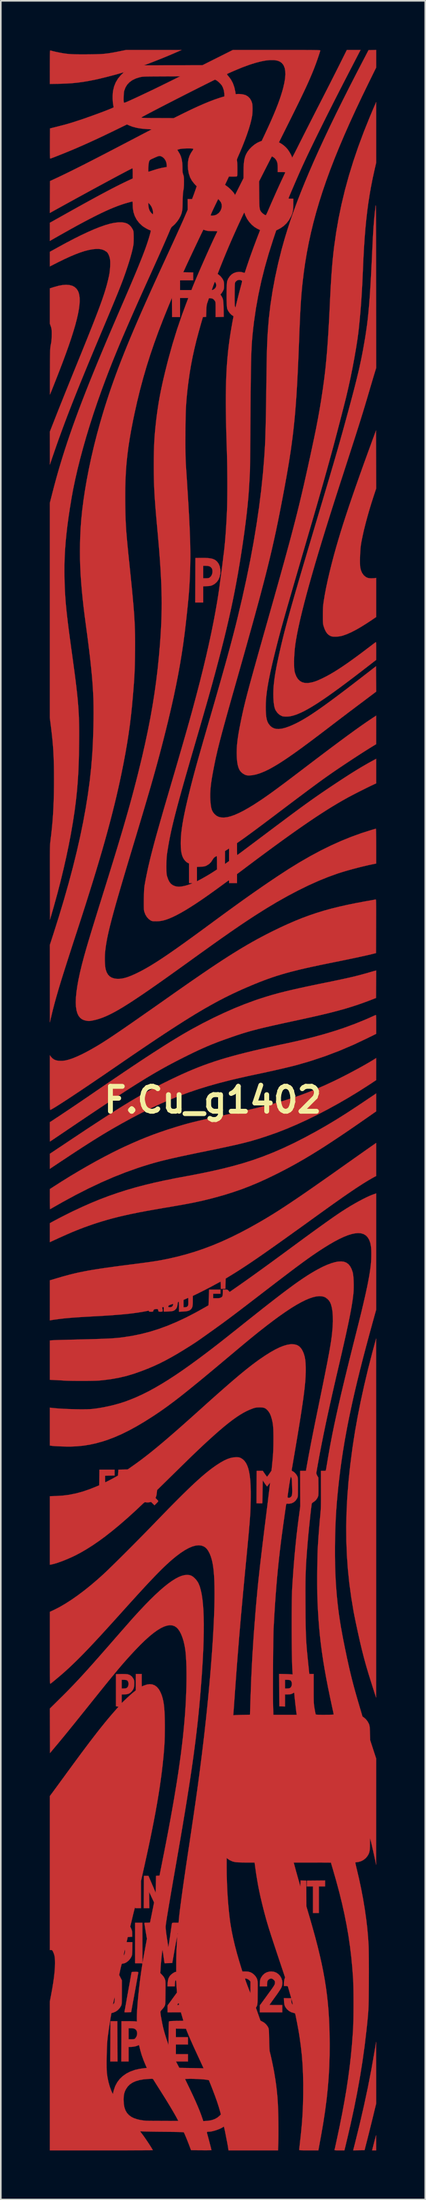
<source format=kicad_pcb>
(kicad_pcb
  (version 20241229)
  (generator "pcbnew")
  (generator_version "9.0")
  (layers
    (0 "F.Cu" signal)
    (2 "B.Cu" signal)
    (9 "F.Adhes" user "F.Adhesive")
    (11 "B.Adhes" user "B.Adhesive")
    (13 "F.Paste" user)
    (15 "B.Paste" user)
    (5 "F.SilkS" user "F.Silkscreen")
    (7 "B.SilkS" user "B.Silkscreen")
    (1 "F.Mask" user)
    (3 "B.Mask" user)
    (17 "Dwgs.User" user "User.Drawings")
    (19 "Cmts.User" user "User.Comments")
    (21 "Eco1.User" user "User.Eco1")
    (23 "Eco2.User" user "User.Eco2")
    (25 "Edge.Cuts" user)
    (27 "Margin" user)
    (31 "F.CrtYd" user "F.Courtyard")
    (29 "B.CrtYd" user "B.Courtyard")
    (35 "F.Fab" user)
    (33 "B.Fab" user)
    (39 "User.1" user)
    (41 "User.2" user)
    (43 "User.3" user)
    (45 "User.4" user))
  (footprint "F.Cu_g1402"
    (layer "F.Cu")
    (at 9.996 64.247)
    (property "Reference" "F.Cu_g1402" (at 0 0 0) (layer "F.SilkS") (effects (font (size 1.524 1.524) (thickness 0.3))))
    (attr through_hole)
    (fp_poly (pts (xy -5.847 57.589) (xy -5.842 58.822) (xy -6.287 58.822) (xy -6.281 57.589) (xy -6.276 56.356) (xy -5.853 56.356) (xy -5.847 57.589)) (stroke (width 0.01) (type solid)) (fill yes) (layer "F.Cu"))
    (fp_poly (pts (xy 6.879 48.112) (xy 6.498 48.112) (xy 6.498 49.742) (xy 6.138 49.742) (xy 6.138 48.112) (xy 5.756 48.112) (xy 5.768 47.763) (xy 6.879 47.751) (xy 6.879 48.112)) (stroke (width 0.01) (type solid)) (fill yes) (layer "F.Cu"))
    (fp_poly (pts (xy 10.003 63.355) (xy 10.005 63.406) (xy 10.007 63.487) (xy 10.009 63.594) (xy 10.01 63.721) (xy 10.01 63.791) (xy 10.012 64.262) (xy 9.761 64.262) (xy 9.877 63.812) (xy 9.911 63.68) (xy 9.942 63.561) (xy 9.968 63.462) (xy 9.987 63.388) (xy 9.999 63.347) (xy 10 63.341) (xy 10.003 63.355)) (stroke (width 0.01) (type solid)) (fill yes) (layer "F.Cu"))
    (fp_poly (pts (xy 10.01 59.508) (xy 10.012 61.39) (xy 9.842 62.09) (xy 9.792 62.297) (xy 9.734 62.531) (xy 9.672 62.78) (xy 9.609 63.032) (xy 9.549 63.273) (xy 9.493 63.491) (xy 9.486 63.521) (xy 9.299 64.251) (xy 8.601 64.263) (xy 8.724 63.781) (xy 9.01 62.623) (xy 9.271 61.49) (xy 9.509 60.375) (xy 9.724 59.269) (xy 9.918 58.165) (xy 9.935 58.06) (xy 10.007 57.626) (xy 10.01 59.508)) (stroke (width 0.01) (type solid)) (fill yes) (layer "F.Cu"))
    (fp_poly (pts (xy -4.68 53.34) (xy -4.621 53.343) (xy -4.589 53.35) (xy -4.575 53.363) (xy -4.572 53.384) (xy -4.572 53.388) (xy -4.576 53.417) (xy -4.587 53.484) (xy -4.604 53.584) (xy -4.627 53.715) (xy -4.655 53.872) (xy -4.687 54.051) (xy -4.723 54.248) (xy -4.761 54.459) (xy -4.791 54.621) (xy -5.009 55.806) (xy -5.214 55.812) (xy -5.301 55.813) (xy -5.37 55.813) (xy -5.411 55.81) (xy -5.419 55.807) (xy -5.415 55.784) (xy -5.405 55.725) (xy -5.388 55.632) (xy -5.367 55.512) (xy -5.341 55.368) (xy -5.312 55.205) (xy -5.28 55.027) (xy -5.247 54.839) (xy -5.212 54.645) (xy -5.177 54.45) (xy -5.142 54.259) (xy -5.109 54.076) (xy -5.078 53.905) (xy -5.051 53.75) (xy -5.026 53.618) (xy -5.007 53.511) (xy -4.993 53.434) (xy -4.985 53.393) (xy -4.984 53.388) (xy -4.977 53.365) (xy -4.961 53.352) (xy -4.928 53.344) (xy -4.87 53.341) (xy -4.779 53.34) (xy -4.773 53.34) (xy -4.68 53.34)) (stroke (width 0.01) (type solid)) (fill yes) (layer "F.Cu"))
    (fp_poly (pts (xy -0.315 -33.156) (xy -0.157 -33.138) (xy -0.027 -33.11) (xy 0.081 -33.069) (xy 0.172 -33.015) (xy 0.25 -32.947) (xy 0.274 -32.921) (xy 0.364 -32.791) (xy 0.425 -32.639) (xy 0.456 -32.46) (xy 0.461 -32.405) (xy 0.455 -32.193) (xy 0.416 -32.001) (xy 0.344 -31.832) (xy 0.241 -31.688) (xy 0.108 -31.572) (xy 0.008 -31.514) (xy -0.06 -31.483) (xy -0.119 -31.462) (xy -0.183 -31.449) (xy -0.264 -31.441) (xy -0.362 -31.437) (xy -0.593 -31.427) (xy -0.593 -30.438) (xy -1.08 -30.438) (xy -1.074 -31.798) (xy -1.074 -31.919) (xy -0.593 -31.919) (xy -0.426 -31.919) (xy -0.334 -31.922) (xy -0.27 -31.93) (xy -0.22 -31.948) (xy -0.188 -31.967) (xy -0.113 -32.04) (xy -0.058 -32.14) (xy -0.026 -32.253) (xy -0.019 -32.369) (xy -0.04 -32.476) (xy -0.069 -32.535) (xy -0.131 -32.605) (xy -0.209 -32.651) (xy -0.313 -32.675) (xy -0.429 -32.681) (xy -0.593 -32.681) (xy -0.593 -31.919) (xy -1.074 -31.919) (xy -1.069 -33.158) (xy -0.73 -33.164) (xy -0.504 -33.164) (xy -0.315 -33.156)) (stroke (width 0.01) (type solid)) (fill yes) (layer "F.Cu"))
    (fp_poly (pts (xy 3.746 53.336) (xy 3.89 53.391) (xy 4.015 53.477) (xy 4.119 53.587) (xy 4.196 53.717) (xy 4.245 53.862) (xy 4.262 54.017) (xy 4.243 54.176) (xy 4.209 54.282) (xy 4.179 54.341) (xy 4.126 54.428) (xy 4.052 54.541) (xy 3.962 54.673) (xy 3.856 54.822) (xy 3.814 54.88) (xy 3.725 55.003) (xy 3.644 55.115) (xy 3.575 55.212) (xy 3.521 55.288) (xy 3.485 55.339) (xy 3.471 55.361) (xy 3.471 55.361) (xy 3.491 55.365) (xy 3.547 55.368) (xy 3.632 55.37) (xy 3.74 55.371) (xy 3.863 55.372) (xy 4.255 55.372) (xy 4.255 55.816) (xy 2.879 55.816) (xy 2.879 55.394) (xy 3.338 54.766) (xy 3.457 54.602) (xy 3.554 54.469) (xy 3.631 54.362) (xy 3.689 54.277) (xy 3.733 54.211) (xy 3.763 54.16) (xy 3.784 54.12) (xy 3.796 54.087) (xy 3.802 54.057) (xy 3.806 54.027) (xy 3.809 53.958) (xy 3.799 53.912) (xy 3.77 53.869) (xy 3.744 53.839) (xy 3.662 53.772) (xy 3.578 53.747) (xy 3.493 53.765) (xy 3.45 53.789) (xy 3.388 53.841) (xy 3.349 53.902) (xy 3.329 53.983) (xy 3.323 54.086) (xy 3.323 54.229) (xy 2.874 54.229) (xy 2.883 54.023) (xy 2.889 53.916) (xy 2.9 53.837) (xy 2.918 53.775) (xy 2.945 53.714) (xy 2.947 53.71) (xy 3.047 53.559) (xy 3.169 53.444) (xy 3.312 53.365) (xy 3.476 53.324) (xy 3.586 53.317) (xy 3.746 53.336)) (stroke (width 0.01) (type solid)) (fill yes) (layer "F.Cu"))
    (fp_poly (pts (xy 10.01 25.575) (xy 10.01 26.254) (xy 10.01 26.923) (xy 10.01 27.581) (xy 10.01 28.225) (xy 10.01 28.854) (xy 10.01 29.468) (xy 10.01 30.065) (xy 10.01 30.644) (xy 10.01 31.204) (xy 10.01 31.743) (xy 10.01 32.26) (xy 10.01 32.754) (xy 10.01 33.224) (xy 10.01 33.668) (xy 10.009 34.085) (xy 10.009 34.475) (xy 10.009 34.835) (xy 10.009 35.164) (xy 10.009 35.462) (xy 10.008 35.726) (xy 10.008 35.956) (xy 10.008 36.151) (xy 10.008 36.309) (xy 10.007 36.429) (xy 10.007 36.51) (xy 10.007 36.55) (xy 10.007 36.554) (xy 9.998 36.535) (xy 9.98 36.484) (xy 9.955 36.407) (xy 9.924 36.313) (xy 9.922 36.306) (xy 9.818 35.981) (xy 9.726 35.691) (xy 9.644 35.432) (xy 9.571 35.198) (xy 9.506 34.985) (xy 9.447 34.787) (xy 9.393 34.6) (xy 9.341 34.418) (xy 9.292 34.236) (xy 9.242 34.051) (xy 9.192 33.856) (xy 9.165 33.75) (xy 9.12 33.569) (xy 9.068 33.353) (xy 9.012 33.112) (xy 8.954 32.853) (xy 8.894 32.584) (xy 8.835 32.313) (xy 8.778 32.048) (xy 8.726 31.796) (xy 8.679 31.566) (xy 8.64 31.366) (xy 8.627 31.295) (xy 8.484 30.438) (xy 8.367 29.582) (xy 8.278 28.722) (xy 8.217 27.856) (xy 8.182 26.981) (xy 8.175 26.092) (xy 8.196 25.188) (xy 8.243 24.264) (xy 8.318 23.318) (xy 8.42 22.347) (xy 8.549 21.347) (xy 8.575 21.167) (xy 8.713 20.281) (xy 8.877 19.366) (xy 9.065 18.425) (xy 9.276 17.462) (xy 9.51 16.48) (xy 9.766 15.485) (xy 9.904 14.975) (xy 10.008 14.594) (xy 10.01 25.575)) (stroke (width 0.01) (type solid)) (fill yes) (layer "F.Cu"))
    (fp_poly (pts (xy -8.794 -49.859) (xy -8.619 -49.814) (xy -8.473 -49.737) (xy -8.354 -49.629) (xy -8.264 -49.49) (xy -8.224 -49.392) (xy -8.186 -49.24) (xy -8.165 -49.063) (xy -8.162 -48.86) (xy -8.178 -48.629) (xy -8.213 -48.371) (xy -8.266 -48.084) (xy -8.339 -47.767) (xy -8.43 -47.419) (xy -8.542 -47.039) (xy -8.673 -46.626) (xy -8.824 -46.179) (xy -8.996 -45.697) (xy -9.173 -45.217) (xy -9.217 -45.101) (xy -9.27 -44.963) (xy -9.33 -44.807) (xy -9.395 -44.639) (xy -9.464 -44.462) (xy -9.535 -44.28) (xy -9.606 -44.098) (xy -9.676 -43.921) (xy -9.743 -43.752) (xy -9.805 -43.596) (xy -9.86 -43.457) (xy -9.907 -43.34) (xy -9.944 -43.249) (xy -9.969 -43.188) (xy -9.981 -43.162) (xy -9.981 -43.161) (xy -9.983 -43.18) (xy -9.984 -43.238) (xy -9.985 -43.331) (xy -9.986 -43.456) (xy -9.987 -43.61) (xy -9.987 -43.789) (xy -9.987 -43.989) (xy -9.986 -44.209) (xy -9.985 -44.443) (xy -9.985 -44.568) (xy -9.983 -44.848) (xy -9.982 -45.089) (xy -9.981 -45.295) (xy -9.979 -45.469) (xy -9.977 -45.614) (xy -9.975 -45.736) (xy -9.972 -45.835) (xy -9.968 -45.917) (xy -9.964 -45.985) (xy -9.959 -46.043) (xy -9.953 -46.093) (xy -9.945 -46.139) (xy -9.937 -46.185) (xy -9.928 -46.228) (xy -9.907 -46.343) (xy -9.892 -46.451) (xy -9.883 -46.565) (xy -9.878 -46.698) (xy -9.877 -46.821) (xy -9.877 -46.953) (xy -9.878 -47.052) (xy -9.883 -47.127) (xy -9.891 -47.188) (xy -9.904 -47.243) (xy -9.922 -47.302) (xy -9.933 -47.334) (xy -9.991 -47.499) (xy -9.991 -49.655) (xy -9.763 -49.728) (xy -9.48 -49.808) (xy -9.224 -49.857) (xy -8.995 -49.874) (xy -8.794 -49.859)) (stroke (width 0.01) (type solid)) (fill yes) (layer "F.Cu"))
    (fp_poly (pts (xy 10.007 -39.189) (xy 10.012 -37.415) (xy 9.854 -36.937) (xy 9.713 -36.498) (xy 9.581 -36.063) (xy 9.46 -35.639) (xy 9.351 -35.23) (xy 9.254 -34.841) (xy 9.173 -34.478) (xy 9.107 -34.145) (xy 9.079 -33.982) (xy 9.062 -33.856) (xy 9.047 -33.702) (xy 9.036 -33.531) (xy 9.027 -33.35) (xy 9.021 -33.167) (xy 9.018 -32.992) (xy 9.02 -32.832) (xy 9.025 -32.696) (xy 9.034 -32.593) (xy 9.036 -32.581) (xy 9.08 -32.399) (xy 9.151 -32.239) (xy 9.245 -32.108) (xy 9.36 -32.008) (xy 9.443 -31.963) (xy 9.518 -31.936) (xy 9.601 -31.922) (xy 9.706 -31.917) (xy 9.727 -31.917) (xy 9.816 -31.919) (xy 9.895 -31.924) (xy 9.95 -31.93) (xy 9.958 -31.931) (xy 10.012 -31.945) (xy 10.012 -29.551) (xy 9.774 -29.388) (xy 9.406 -29.144) (xy 9.064 -28.932) (xy 8.75 -28.753) (xy 8.463 -28.607) (xy 8.202 -28.493) (xy 7.968 -28.411) (xy 7.865 -28.384) (xy 7.748 -28.362) (xy 7.617 -28.349) (xy 7.486 -28.344) (xy 7.368 -28.349) (xy 7.276 -28.363) (xy 7.268 -28.365) (xy 7.213 -28.388) (xy 7.143 -28.427) (xy 7.099 -28.455) (xy 7.007 -28.54) (xy 6.923 -28.662) (xy 6.849 -28.817) (xy 6.79 -28.987) (xy 6.775 -29.044) (xy 6.763 -29.098) (xy 6.754 -29.154) (xy 6.749 -29.22) (xy 6.745 -29.304) (xy 6.743 -29.411) (xy 6.743 -29.549) (xy 6.743 -29.665) (xy 6.744 -29.841) (xy 6.747 -29.985) (xy 6.751 -30.107) (xy 6.759 -30.217) (xy 6.771 -30.327) (xy 6.786 -30.447) (xy 6.802 -30.554) (xy 6.865 -30.935) (xy 6.945 -31.351) (xy 7.04 -31.798) (xy 7.15 -32.271) (xy 7.273 -32.767) (xy 7.408 -33.281) (xy 7.555 -33.81) (xy 7.713 -34.35) (xy 7.843 -34.778) (xy 7.991 -35.25) (xy 8.156 -35.758) (xy 8.337 -36.303) (xy 8.535 -36.883) (xy 8.749 -37.501) (xy 8.98 -38.155) (xy 9.227 -38.847) (xy 9.492 -39.577) (xy 9.76 -40.31) (xy 10.001 -40.963) (xy 10.007 -39.189)) (stroke (width 0.01) (type solid)) (fill yes) (layer "F.Cu"))
    (fp_poly (pts (xy 9.994 -5.195) (xy 10 -5.17) (xy 10.005 -5.121) (xy 10.008 -5.044) (xy 10.01 -4.935) (xy 10.012 -4.791) (xy 10.012 -4.63) (xy 10.012 -4.049) (xy 9.52 -3.805) (xy 8.644 -3.39) (xy 7.767 -3.016) (xy 6.883 -2.681) (xy 5.989 -2.383) (xy 5.148 -2.139) (xy 4.998 -2.1) (xy 4.813 -2.054) (xy 4.599 -2.002) (xy 4.362 -1.946) (xy 4.109 -1.887) (xy 3.847 -1.827) (xy 3.581 -1.767) (xy 3.317 -1.71) (xy 3.063 -1.655) (xy 2.995 -1.64) (xy 2.688 -1.576) (xy 2.417 -1.518) (xy 2.176 -1.466) (xy 1.958 -1.418) (xy 1.758 -1.373) (xy 1.571 -1.33) (xy 1.389 -1.288) (xy 1.208 -1.245) (xy 1.021 -1.199) (xy 0.962 -1.185) (xy 0.324 -1.02) (xy -0.289 -0.848) (xy -0.885 -0.664) (xy -1.466 -0.468) (xy -2.038 -0.258) (xy -2.607 -0.03) (xy -3.178 0.216) (xy -3.755 0.483) (xy -4.343 0.774) (xy -4.948 1.089) (xy -5.575 1.432) (xy -5.931 1.633) (xy -6.199 1.787) (xy -6.47 1.946) (xy -6.747 2.112) (xy -7.033 2.287) (xy -7.331 2.472) (xy -7.645 2.671) (xy -7.978 2.884) (xy -8.333 3.114) (xy -8.712 3.363) (xy -9.12 3.633) (xy -9.52 3.898) (xy -9.991 4.213) (xy -9.99 3.752) (xy -9.99 3.291) (xy -8.588 2.357) (xy -8.089 2.025) (xy -7.622 1.716) (xy -7.185 1.43) (xy -6.775 1.163) (xy -6.391 0.915) (xy -6.028 0.685) (xy -5.687 0.47) (xy -5.363 0.27) (xy -5.055 0.083) (xy -4.759 -0.092) (xy -4.475 -0.257) (xy -4.199 -0.413) (xy -3.93 -0.562) (xy -3.664 -0.705) (xy -3.4 -0.843) (xy -3.134 -0.978) (xy -2.932 -1.079) (xy -2.568 -1.257) (xy -2.219 -1.423) (xy -1.881 -1.579) (xy -1.55 -1.726) (xy -1.224 -1.864) (xy -0.9 -1.995) (xy -0.573 -2.12) (xy -0.243 -2.239) (xy 0.096 -2.354) (xy 0.445 -2.466) (xy 0.808 -2.575) (xy 1.189 -2.682) (xy 1.589 -2.79) (xy 2.013 -2.897) (xy 2.463 -3.007) (xy 2.942 -3.118) (xy 3.454 -3.234) (xy 4.001 -3.354) (xy 4.587 -3.479) (xy 4.604 -3.482) (xy 5.378 -3.655) (xy 6.113 -3.836) (xy 6.814 -4.027) (xy 7.483 -4.229) (xy 8.123 -4.443) (xy 8.739 -4.671) (xy 9.332 -4.912) (xy 9.626 -5.04) (xy 9.737 -5.09) (xy 9.835 -5.133) (xy 9.914 -5.169) (xy 9.967 -5.192) (xy 9.985 -5.2) (xy 9.994 -5.195)) (stroke (width 0.01) (type solid)) (fill yes) (layer "F.Cu"))
    (fp_poly (pts (xy 10.012 0.695) (xy 9.361 1.148) (xy 8.855 1.499) (xy 8.38 1.825) (xy 7.933 2.128) (xy 7.51 2.41) (xy 7.109 2.674) (xy 6.727 2.92) (xy 6.361 3.15) (xy 6.009 3.366) (xy 5.667 3.57) (xy 5.332 3.764) (xy 5.003 3.95) (xy 4.675 4.128) (xy 4.346 4.301) (xy 4.014 4.472) (xy 3.895 4.531) (xy 3.328 4.806) (xy 2.782 5.053) (xy 2.246 5.276) (xy 1.714 5.478) (xy 1.174 5.662) (xy 0.619 5.833) (xy 0.04 5.993) (xy -0.116 6.033) (xy -0.311 6.082) (xy -0.498 6.128) (xy -0.682 6.171) (xy -0.866 6.212) (xy -1.056 6.253) (xy -1.255 6.293) (xy -1.468 6.335) (xy -1.699 6.378) (xy -1.953 6.424) (xy -2.234 6.473) (xy -2.546 6.527) (xy -2.893 6.585) (xy -3.069 6.615) (xy -3.599 6.706) (xy -4.09 6.794) (xy -4.547 6.881) (xy -4.974 6.967) (xy -5.375 7.055) (xy -5.754 7.143) (xy -6.115 7.234) (xy -6.462 7.329) (xy -6.799 7.428) (xy -7.13 7.532) (xy -7.387 7.617) (xy -7.643 7.706) (xy -7.89 7.795) (xy -8.135 7.888) (xy -8.383 7.986) (xy -8.64 8.092) (xy -8.912 8.209) (xy -9.205 8.339) (xy -9.524 8.483) (xy -9.827 8.622) (xy -9.991 8.698) (xy -9.991 7.538) (xy -9.88 7.475) (xy -9.778 7.419) (xy -9.646 7.349) (xy -9.491 7.267) (xy -9.319 7.178) (xy -9.139 7.086) (xy -8.957 6.994) (xy -8.782 6.907) (xy -8.62 6.827) (xy -8.538 6.788) (xy -7.996 6.535) (xy -7.464 6.301) (xy -6.935 6.084) (xy -6.406 5.883) (xy -5.87 5.696) (xy -5.325 5.521) (xy -4.764 5.357) (xy -4.182 5.203) (xy -3.576 5.057) (xy -2.94 4.918) (xy -2.269 4.783) (xy -1.884 4.711) (xy -1.462 4.633) (xy -1.076 4.56) (xy -0.721 4.49) (xy -0.39 4.422) (xy -0.078 4.356) (xy 0.22 4.289) (xy 0.512 4.221) (xy 0.802 4.151) (xy 1.096 4.076) (xy 1.238 4.039) (xy 1.857 3.866) (xy 2.471 3.672) (xy 3.083 3.454) (xy 3.698 3.211) (xy 4.321 2.941) (xy 4.956 2.642) (xy 5.606 2.312) (xy 6.277 1.951) (xy 6.329 1.922) (xy 6.659 1.736) (xy 6.979 1.552) (xy 7.294 1.365) (xy 7.61 1.173) (xy 7.933 0.972) (xy 8.269 0.758) (xy 8.623 0.527) (xy 9.001 0.277) (xy 9.276 0.093) (xy 10.012 -0.401) (xy 10.012 0.695)) (stroke (width 0.01) (type solid)) (fill yes) (layer "F.Cu"))
    (fp_poly (pts (xy 10.012 -1.892) (xy 10.011 -1.217) (xy 9.594 -0.942) (xy 8.965 -0.539) (xy 8.327 -0.151) (xy 7.683 0.221) (xy 7.039 0.574) (xy 6.398 0.907) (xy 5.765 1.216) (xy 5.142 1.501) (xy 4.536 1.758) (xy 3.949 1.987) (xy 3.552 2.128) (xy 3.338 2.2) (xy 3.137 2.267) (xy 2.945 2.33) (xy 2.759 2.388) (xy 2.575 2.443) (xy 2.391 2.497) (xy 2.202 2.549) (xy 2.006 2.6) (xy 1.798 2.652) (xy 1.576 2.705) (xy 1.337 2.76) (xy 1.075 2.818) (xy 0.789 2.88) (xy 0.475 2.946) (xy 0.129 3.019) (xy -0.251 3.097) (xy -0.635 3.175) (xy -1.064 3.263) (xy -1.455 3.345) (xy -1.811 3.42) (xy -2.137 3.491) (xy -2.437 3.558) (xy -2.714 3.622) (xy -2.971 3.684) (xy -3.214 3.745) (xy -3.444 3.806) (xy -3.667 3.868) (xy -3.885 3.932) (xy -4.103 3.998) (xy -4.325 4.068) (xy -4.554 4.143) (xy -4.64 4.172) (xy -5.358 4.427) (xy -6.094 4.718) (xy -6.849 5.046) (xy -7.619 5.41) (xy -8.406 5.809) (xy -9.206 6.243) (xy -9.536 6.43) (xy -9.657 6.499) (xy -9.766 6.562) (xy -9.858 6.614) (xy -9.926 6.654) (xy -9.967 6.677) (xy -9.975 6.681) (xy -9.979 6.664) (xy -9.982 6.609) (xy -9.986 6.522) (xy -9.988 6.408) (xy -9.99 6.272) (xy -9.991 6.119) (xy -9.991 6.071) (xy -9.99 5.45) (xy -9.731 5.282) (xy -9.232 4.964) (xy -8.721 4.648) (xy -8.203 4.34) (xy -7.685 4.04) (xy -7.173 3.754) (xy -6.67 3.483) (xy -6.184 3.232) (xy -5.72 3.002) (xy -5.373 2.839) (xy -4.911 2.631) (xy -4.474 2.442) (xy -4.052 2.271) (xy -3.635 2.111) (xy -3.213 1.96) (xy -2.777 1.813) (xy -2.315 1.668) (xy -2.297 1.662) (xy -2.116 1.607) (xy -1.946 1.557) (xy -1.783 1.509) (xy -1.624 1.464) (xy -1.464 1.421) (xy -1.299 1.378) (xy -1.127 1.335) (xy -0.942 1.29) (xy -0.741 1.243) (xy -0.52 1.192) (xy -0.276 1.138) (xy -0.004 1.078) (xy 0.299 1.013) (xy 0.638 0.94) (xy 0.872 0.89) (xy 1.281 0.802) (xy 1.652 0.722) (xy 1.989 0.648) (xy 2.296 0.579) (xy 2.577 0.514) (xy 2.836 0.453) (xy 3.077 0.395) (xy 3.303 0.338) (xy 3.519 0.281) (xy 3.727 0.224) (xy 3.933 0.166) (xy 4.14 0.106) (xy 4.352 0.042) (xy 4.36 0.04) (xy 4.889 -0.128) (xy 5.401 -0.305) (xy 5.905 -0.495) (xy 6.413 -0.703) (xy 6.934 -0.931) (xy 7.389 -1.143) (xy 7.631 -1.26) (xy 7.889 -1.389) (xy 8.158 -1.526) (xy 8.432 -1.669) (xy 8.705 -1.814) (xy 8.973 -1.959) (xy 9.228 -2.101) (xy 9.466 -2.236) (xy 9.68 -2.361) (xy 9.865 -2.473) (xy 9.964 -2.535) (xy 10.012 -2.566) (xy 10.012 -1.892)) (stroke (width 0.01) (type solid)) (fill yes) (layer "F.Cu"))
    (fp_poly (pts (xy -5.397 -53.669) (xy -5.247 -53.616) (xy -5.12 -53.533) (xy -5.012 -53.421) (xy -4.92 -53.278) (xy -4.916 -53.27) (xy -4.894 -53.225) (xy -4.878 -53.183) (xy -4.867 -53.136) (xy -4.86 -53.074) (xy -4.855 -52.99) (xy -4.852 -52.874) (xy -4.851 -52.837) (xy -4.85 -52.706) (xy -4.852 -52.574) (xy -4.857 -52.453) (xy -4.864 -52.357) (xy -4.867 -52.338) (xy -4.892 -52.187) (xy -4.933 -52.002) (xy -4.987 -51.788) (xy -5.053 -51.55) (xy -5.13 -51.293) (xy -5.217 -51.022) (xy -5.238 -50.959) (xy -5.289 -50.806) (xy -5.339 -50.658) (xy -5.39 -50.513) (xy -5.442 -50.368) (xy -5.496 -50.219) (xy -5.554 -50.065) (xy -5.617 -49.902) (xy -5.685 -49.728) (xy -5.76 -49.54) (xy -5.842 -49.335) (xy -5.934 -49.111) (xy -6.036 -48.864) (xy -6.149 -48.592) (xy -6.274 -48.293) (xy -6.412 -47.963) (xy -6.565 -47.6) (xy -6.733 -47.201) (xy -6.747 -47.17) (xy -7.011 -46.542) (xy -7.26 -45.95) (xy -7.493 -45.392) (xy -7.712 -44.864) (xy -7.917 -44.366) (xy -8.111 -43.893) (xy -8.293 -43.444) (xy -8.465 -43.015) (xy -8.627 -42.605) (xy -8.781 -42.211) (xy -8.928 -41.83) (xy -9.068 -41.461) (xy -9.203 -41.099) (xy -9.334 -40.743) (xy -9.462 -40.39) (xy -9.587 -40.038) (xy -9.71 -39.684) (xy -9.834 -39.326) (xy -9.912 -39.095) (xy -9.987 -38.873) (xy -9.989 -39.879) (xy -9.991 -40.885) (xy -9.729 -41.551) (xy -9.586 -41.913) (xy -9.438 -42.288) (xy -9.281 -42.679) (xy -9.116 -43.091) (xy -8.941 -43.526) (xy -8.754 -43.989) (xy -8.554 -44.483) (xy -8.339 -45.01) (xy -8.266 -45.191) (xy -8.064 -45.685) (xy -7.879 -46.143) (xy -7.708 -46.566) (xy -7.552 -46.956) (xy -7.408 -47.316) (xy -7.278 -47.647) (xy -7.16 -47.951) (xy -7.052 -48.232) (xy -6.955 -48.49) (xy -6.868 -48.728) (xy -6.789 -48.948) (xy -6.719 -49.152) (xy -6.656 -49.342) (xy -6.599 -49.521) (xy -6.549 -49.69) (xy -6.503 -49.851) (xy -6.462 -50.007) (xy -6.424 -50.16) (xy -6.389 -50.312) (xy -6.358 -50.451) (xy -6.331 -50.605) (xy -6.31 -50.775) (xy -6.296 -50.951) (xy -6.289 -51.121) (xy -6.289 -51.277) (xy -6.298 -51.407) (xy -6.306 -51.461) (xy -6.34 -51.592) (xy -6.386 -51.712) (xy -6.44 -51.811) (xy -6.497 -51.88) (xy -6.506 -51.887) (xy -6.656 -51.982) (xy -6.809 -52.04) (xy -6.976 -52.065) (xy -6.976 -52.065) (xy -7.171 -52.066) (xy -7.382 -52.045) (xy -7.61 -52.002) (xy -7.86 -51.938) (xy -8.131 -51.85) (xy -8.427 -51.738) (xy -8.749 -51.603) (xy -9.099 -51.442) (xy -9.481 -51.256) (xy -9.551 -51.22) (xy -9.991 -50.997) (xy -9.991 -51.891) (xy -9.488 -52.169) (xy -8.981 -52.445) (xy -8.506 -52.693) (xy -8.063 -52.913) (xy -7.651 -53.106) (xy -7.271 -53.272) (xy -6.924 -53.41) (xy -6.608 -53.521) (xy -6.324 -53.604) (xy -6.072 -53.659) (xy -6.011 -53.669) (xy -5.776 -53.695) (xy -5.572 -53.695) (xy -5.397 -53.669)) (stroke (width 0.01) (type solid)) (fill yes) (layer "F.Cu"))
    (fp_poly (pts (xy 10.007 -7.081) (xy 10.001 -6.241) (xy 9.811 -6.167) (xy 9.534 -6.061) (xy 9.266 -5.963) (xy 9.004 -5.869) (xy 8.742 -5.781) (xy 8.477 -5.696) (xy 8.207 -5.613) (xy 7.926 -5.532) (xy 7.631 -5.452) (xy 7.319 -5.371) (xy 6.985 -5.288) (xy 6.625 -5.202) (xy 6.237 -5.113) (xy 5.816 -5.019) (xy 5.359 -4.919) (xy 5.175 -4.879) (xy 4.762 -4.79) (xy 4.387 -4.709) (xy 4.047 -4.634) (xy 3.739 -4.566) (xy 3.459 -4.502) (xy 3.203 -4.443) (xy 2.97 -4.387) (xy 2.755 -4.334) (xy 2.555 -4.282) (xy 2.366 -4.232) (xy 2.186 -4.181) (xy 2.012 -4.13) (xy 1.839 -4.077) (xy 1.664 -4.021) (xy 1.485 -3.963) (xy 1.298 -3.899) (xy 1.111 -3.835) (xy 0.779 -3.719) (xy 0.474 -3.609) (xy 0.189 -3.501) (xy -0.085 -3.393) (xy -0.353 -3.281) (xy -0.623 -3.163) (xy -0.902 -3.036) (xy -1.198 -2.896) (xy -1.516 -2.741) (xy -1.82 -2.59) (xy -2.061 -2.468) (xy -2.296 -2.347) (xy -2.529 -2.225) (xy -2.76 -2.102) (xy -2.991 -1.975) (xy -3.226 -1.844) (xy -3.464 -1.708) (xy -3.708 -1.566) (xy -3.961 -1.416) (xy -4.223 -1.256) (xy -4.498 -1.087) (xy -4.785 -0.907) (xy -5.089 -0.715) (xy -5.409 -0.509) (xy -5.749 -0.288) (xy -6.11 -0.052) (xy -6.494 0.201) (xy -6.903 0.473) (xy -7.338 0.764) (xy -7.803 1.075) (xy -8.297 1.407) (xy -8.824 1.763) (xy -8.982 1.87) (xy -9.165 1.993) (xy -9.337 2.11) (xy -9.496 2.217) (xy -9.637 2.312) (xy -9.759 2.393) (xy -9.857 2.459) (xy -9.929 2.506) (xy -9.971 2.534) (xy -9.982 2.54) (xy -9.984 2.52) (xy -9.986 2.462) (xy -9.988 2.374) (xy -9.989 2.259) (xy -9.99 2.123) (xy -9.991 1.971) (xy -9.991 1.949) (xy -9.991 1.359) (xy -9.594 1.098) (xy -9.286 0.895) (xy -8.957 0.675) (xy -8.603 0.438) (xy -8.223 0.181) (xy -7.814 -0.096) (xy -7.375 -0.396) (xy -7.123 -0.569) (xy -6.543 -0.964) (xy -5.997 -1.335) (xy -5.481 -1.683) (xy -4.995 -2.009) (xy -4.537 -2.314) (xy -4.106 -2.598) (xy -3.7 -2.862) (xy -3.317 -3.108) (xy -2.957 -3.337) (xy -2.618 -3.549) (xy -2.297 -3.745) (xy -1.995 -3.927) (xy -1.709 -4.095) (xy -1.437 -4.25) (xy -1.297 -4.329) (xy -0.635 -4.685) (xy 0.027 -5.02) (xy 0.682 -5.329) (xy 1.328 -5.613) (xy 1.958 -5.867) (xy 2.569 -6.091) (xy 2.7 -6.136) (xy 2.937 -6.214) (xy 3.171 -6.289) (xy 3.404 -6.361) (xy 3.641 -6.43) (xy 3.885 -6.498) (xy 4.139 -6.566) (xy 4.408 -6.634) (xy 4.694 -6.703) (xy 5 -6.774) (xy 5.331 -6.848) (xy 5.69 -6.926) (xy 6.081 -7.009) (xy 6.506 -7.097) (xy 6.943 -7.186) (xy 7.291 -7.257) (xy 7.602 -7.322) (xy 7.881 -7.381) (xy 8.132 -7.435) (xy 8.361 -7.486) (xy 8.572 -7.535) (xy 8.769 -7.583) (xy 8.958 -7.631) (xy 9.143 -7.68) (xy 9.329 -7.731) (xy 9.52 -7.786) (xy 9.546 -7.793) (xy 9.668 -7.828) (xy 9.778 -7.86) (xy 9.87 -7.886) (xy 9.935 -7.903) (xy 9.964 -7.911) (xy 10.012 -7.921) (xy 10.007 -7.081)) (stroke (width 0.01) (type solid)) (fill yes) (layer "F.Cu"))
    (fp_poly (pts (xy 9.988 -12.264) (xy 9.993 -12.251) (xy 9.997 -12.226) (xy 10.001 -12.188) (xy 10.003 -12.134) (xy 10.006 -12.061) (xy 10.007 -11.966) (xy 10.008 -11.846) (xy 10.009 -11.698) (xy 10.009 -11.521) (xy 10.009 -11.311) (xy 10.008 -11.065) (xy 10.007 -10.781) (xy 10.007 -10.634) (xy 10.001 -8.988) (xy 9.895 -8.961) (xy 9.721 -8.917) (xy 9.507 -8.867) (xy 9.256 -8.81) (xy 8.97 -8.748) (xy 8.652 -8.68) (xy 8.302 -8.607) (xy 7.925 -8.529) (xy 7.522 -8.448) (xy 7.472 -8.438) (xy 6.985 -8.339) (xy 6.536 -8.247) (xy 6.122 -8.158) (xy 5.739 -8.074) (xy 5.384 -7.992) (xy 5.053 -7.911) (xy 4.742 -7.831) (xy 4.448 -7.751) (xy 4.168 -7.669) (xy 3.897 -7.585) (xy 3.633 -7.498) (xy 3.371 -7.406) (xy 3.108 -7.309) (xy 2.841 -7.206) (xy 2.566 -7.095) (xy 2.399 -7.026) (xy 2.109 -6.903) (xy 1.824 -6.78) (xy 1.544 -6.654) (xy 1.265 -6.524) (xy 0.987 -6.39) (xy 0.707 -6.251) (xy 0.424 -6.104) (xy 0.136 -5.95) (xy -0.159 -5.787) (xy -0.464 -5.615) (xy -0.778 -5.431) (xy -1.106 -5.235) (xy -1.447 -5.026) (xy -1.805 -4.802) (xy -2.181 -4.563) (xy -2.576 -4.308) (xy -2.993 -4.035) (xy -3.434 -3.743) (xy -3.9 -3.432) (xy -4.393 -3.1) (xy -4.915 -2.746) (xy -5.468 -2.368) (xy -5.958 -2.032) (xy -6.345 -1.767) (xy -6.72 -1.51) (xy -7.084 -1.264) (xy -7.433 -1.027) (xy -7.767 -0.802) (xy -8.083 -0.59) (xy -8.381 -0.392) (xy -8.659 -0.208) (xy -8.914 -0.04) (xy -9.147 0.111) (xy -9.354 0.244) (xy -9.534 0.359) (xy -9.686 0.453) (xy -9.808 0.526) (xy -9.899 0.577) (xy -9.957 0.605) (xy -9.959 0.606) (xy -9.965 0.605) (xy -9.97 0.594) (xy -9.974 0.57) (xy -9.978 0.532) (xy -9.981 0.477) (xy -9.984 0.401) (xy -9.986 0.303) (xy -9.987 0.179) (xy -9.989 0.027) (xy -9.99 -0.155) (xy -9.99 -0.37) (xy -9.991 -0.622) (xy -9.991 -0.911) (xy -9.991 -1.058) (xy -9.991 -2.734) (xy -9.922 -2.645) (xy -9.831 -2.546) (xy -9.729 -2.474) (xy -9.608 -2.426) (xy -9.464 -2.4) (xy -9.289 -2.394) (xy -9.197 -2.397) (xy -9.027 -2.42) (xy -8.827 -2.47) (xy -8.599 -2.547) (xy -8.345 -2.649) (xy -8.066 -2.777) (xy -7.764 -2.93) (xy -7.441 -3.106) (xy -7.098 -3.305) (xy -6.908 -3.419) (xy -6.794 -3.49) (xy -6.674 -3.566) (xy -6.546 -3.648) (xy -6.409 -3.737) (xy -6.261 -3.835) (xy -6.1 -3.942) (xy -5.925 -4.06) (xy -5.734 -4.189) (xy -5.525 -4.332) (xy -5.297 -4.488) (xy -5.048 -4.66) (xy -4.777 -4.848) (xy -4.482 -5.054) (xy -4.161 -5.278) (xy -3.812 -5.521) (xy -3.434 -5.786) (xy -3.026 -6.072) (xy -2.586 -6.381) (xy -2.434 -6.488) (xy -1.921 -6.847) (xy -1.439 -7.183) (xy -0.987 -7.495) (xy -0.561 -7.786) (xy -0.16 -8.058) (xy 0.219 -8.31) (xy 0.578 -8.546) (xy 0.92 -8.766) (xy 1.246 -8.972) (xy 1.559 -9.165) (xy 1.862 -9.347) (xy 2.156 -9.519) (xy 2.443 -9.683) (xy 2.727 -9.84) (xy 3.009 -9.991) (xy 3.292 -10.139) (xy 3.578 -10.283) (xy 3.672 -10.33) (xy 4.145 -10.559) (xy 4.601 -10.768) (xy 5.044 -10.959) (xy 5.479 -11.135) (xy 5.913 -11.295) (xy 6.351 -11.443) (xy 6.797 -11.58) (xy 7.257 -11.707) (xy 7.736 -11.826) (xy 8.24 -11.939) (xy 8.774 -12.048) (xy 9.343 -12.154) (xy 9.557 -12.191) (xy 9.681 -12.213) (xy 9.792 -12.233) (xy 9.883 -12.25) (xy 9.947 -12.262) (xy 9.975 -12.269) (xy 9.982 -12.269) (xy 9.988 -12.264)) (stroke (width 0.01) (type solid)) (fill yes) (layer "F.Cu"))
    (fp_poly (pts (xy 9.984 -54.728) (xy 9.986 -54.711) (xy 9.989 -54.679) (xy 9.991 -54.632) (xy 9.992 -54.569) (xy 9.994 -54.487) (xy 9.995 -54.385) (xy 9.997 -54.261) (xy 9.998 -54.115) (xy 9.999 -53.945) (xy 10 -53.749) (xy 10.001 -53.525) (xy 10.002 -53.273) (xy 10.002 -52.991) (xy 10.003 -52.678) (xy 10.004 -52.331) (xy 10.004 -51.95) (xy 10.005 -51.532) (xy 10.005 -51.077) (xy 10.006 -50.584) (xy 10.006 -50.05) (xy 10.007 -49.876) (xy 10.012 -44.793) (xy 9.894 -44.404) (xy 9.86 -44.294) (xy 9.817 -44.15) (xy 9.767 -43.981) (xy 9.711 -43.793) (xy 9.652 -43.594) (xy 9.592 -43.391) (xy 9.533 -43.192) (xy 9.533 -43.191) (xy 9.478 -43.005) (xy 9.425 -42.826) (xy 9.373 -42.652) (xy 9.322 -42.481) (xy 9.27 -42.311) (xy 9.218 -42.138) (xy 9.163 -41.961) (xy 9.106 -41.777) (xy 9.046 -41.584) (xy 8.982 -41.379) (xy 8.913 -41.161) (xy 8.838 -40.927) (xy 8.758 -40.674) (xy 8.67 -40.4) (xy 8.574 -40.104) (xy 8.47 -39.781) (xy 8.357 -39.431) (xy 8.234 -39.05) (xy 8.1 -38.637) (xy 7.955 -38.189) (xy 7.797 -37.704) (xy 7.754 -37.571) (xy 7.465 -36.674) (xy 7.192 -35.816) (xy 6.935 -34.998) (xy 6.694 -34.217) (xy 6.469 -33.476) (xy 6.26 -32.773) (xy 6.068 -32.108) (xy 5.891 -31.481) (xy 5.73 -30.893) (xy 5.585 -30.342) (xy 5.456 -29.829) (xy 5.343 -29.354) (xy 5.246 -28.916) (xy 5.164 -28.516) (xy 5.099 -28.153) (xy 5.06 -27.908) (xy 5.027 -27.646) (xy 5.002 -27.368) (xy 4.985 -27.088) (xy 4.978 -26.819) (xy 4.981 -26.578) (xy 4.981 -26.575) (xy 4.987 -26.435) (xy 4.996 -26.326) (xy 5.008 -26.238) (xy 5.026 -26.159) (xy 5.046 -26.088) (xy 5.122 -25.9) (xy 5.219 -25.749) (xy 5.336 -25.635) (xy 5.476 -25.557) (xy 5.637 -25.516) (xy 5.82 -25.51) (xy 6.008 -25.537) (xy 6.129 -25.565) (xy 6.245 -25.599) (xy 6.366 -25.643) (xy 6.501 -25.699) (xy 6.659 -25.771) (xy 6.742 -25.811) (xy 6.962 -25.922) (xy 7.191 -26.047) (xy 7.432 -26.189) (xy 7.688 -26.349) (xy 7.962 -26.529) (xy 8.256 -26.731) (xy 8.572 -26.955) (xy 8.914 -27.205) (xy 9.284 -27.481) (xy 9.384 -27.557) (xy 9.518 -27.659) (xy 9.643 -27.753) (xy 9.754 -27.837) (xy 9.846 -27.907) (xy 9.917 -27.96) (xy 9.96 -27.993) (xy 9.971 -28.001) (xy 9.983 -28.008) (xy 9.993 -28.008) (xy 10 -27.996) (xy 10.005 -27.967) (xy 10.008 -27.917) (xy 10.01 -27.841) (xy 10.011 -27.735) (xy 10.012 -27.593) (xy 10.012 -27.478) (xy 10.012 -26.927) (xy 9.509 -26.537) (xy 9.043 -26.178) (xy 8.608 -25.846) (xy 8.202 -25.54) (xy 7.824 -25.259) (xy 7.472 -25.003) (xy 7.144 -24.769) (xy 6.841 -24.558) (xy 6.559 -24.369) (xy 6.298 -24.2) (xy 6.056 -24.051) (xy 5.832 -23.921) (xy 5.624 -23.808) (xy 5.432 -23.713) (xy 5.253 -23.634) (xy 5.086 -23.569) (xy 4.93 -23.519) (xy 4.784 -23.483) (xy 4.784 -23.483) (xy 4.664 -23.464) (xy 4.535 -23.456) (xy 4.411 -23.457) (xy 4.305 -23.469) (xy 4.248 -23.483) (xy 4.102 -23.557) (xy 3.974 -23.667) (xy 3.868 -23.809) (xy 3.836 -23.866) (xy 3.79 -23.984) (xy 3.755 -24.138) (xy 3.729 -24.331) (xy 3.713 -24.563) (xy 3.71 -24.649) (xy 3.707 -24.859) (xy 3.712 -25.075) (xy 3.725 -25.3) (xy 3.748 -25.538) (xy 3.78 -25.792) (xy 3.822 -26.067) (xy 3.874 -26.366) (xy 3.938 -26.693) (xy 4.014 -27.052) (xy 4.101 -27.446) (xy 4.13 -27.57) (xy 4.172 -27.753) (xy 4.215 -27.935) (xy 4.259 -28.119) (xy 4.305 -28.306) (xy 4.353 -28.498) (xy 4.404 -28.696) (xy 4.458 -28.902) (xy 4.515 -29.118) (xy 4.577 -29.346) (xy 4.643 -29.587) (xy 4.714 -29.843) (xy 4.791 -30.116) (xy 4.874 -30.407) (xy 4.963 -30.718) (xy 5.059 -31.051) (xy 5.163 -31.407) (xy 5.274 -31.789) (xy 5.394 -32.197) (xy 5.523 -32.635) (xy 5.662 -33.102) (xy 5.81 -33.602) (xy 5.969 -34.135) (xy 6.138 -34.704) (xy 6.319 -35.31) (xy 6.501 -35.918) (xy 6.651 -36.42) (xy 6.79 -36.885) (xy 6.918 -37.316) (xy 7.037 -37.715) (xy 7.147 -38.085) (xy 7.248 -38.43) (xy 7.343 -38.752) (xy 7.432 -39.054) (xy 7.515 -39.34) (xy 7.594 -39.612) (xy 7.669 -39.873) (xy 7.741 -40.127) (xy 7.812 -40.376) (xy 7.881 -40.623) (xy 7.951 -40.871) (xy 8.021 -41.123) (xy 8.092 -41.383) (xy 8.166 -41.653) (xy 8.199 -41.772) (xy 8.323 -42.227) (xy 8.436 -42.645) (xy 8.539 -43.03) (xy 8.632 -43.384) (xy 8.717 -43.712) (xy 8.794 -44.017) (xy 8.864 -44.303) (xy 8.929 -44.572) (xy 8.988 -44.83) (xy 9.042 -45.079) (xy 9.093 -45.322) (xy 9.142 -45.564) (xy 9.189 -45.808) (xy 9.234 -46.057) (xy 9.28 -46.316) (xy 9.304 -46.455) (xy 9.345 -46.703) (xy 9.383 -46.946) (xy 9.418 -47.188) (xy 9.452 -47.432) (xy 9.483 -47.681) (xy 9.512 -47.938) (xy 9.539 -48.205) (xy 9.565 -48.486) (xy 9.59 -48.784) (xy 9.614 -49.101) (xy 9.637 -49.441) (xy 9.66 -49.806) (xy 9.683 -50.2) (xy 9.706 -50.625) (xy 9.729 -51.085) (xy 9.753 -51.582) (xy 9.769 -51.922) (xy 9.784 -52.247) (xy 9.798 -52.535) (xy 9.811 -52.792) (xy 9.824 -53.023) (xy 9.838 -53.235) (xy 9.851 -53.433) (xy 9.866 -53.622) (xy 9.881 -53.809) (xy 9.899 -53.998) (xy 9.919 -54.196) (xy 9.941 -54.408) (xy 9.964 -54.621) (xy 9.968 -54.656) (xy 9.972 -54.687) (xy 9.975 -54.711) (xy 9.978 -54.727) (xy 9.981 -54.733) (xy 9.984 -54.728)) (stroke (width 0.01) (type solid)) (fill yes) (layer "F.Cu"))
    (fp_poly (pts (xy 10.011 -59.203) (xy 10.012 -57.35) (xy 9.908 -56.896) (xy 9.799 -56.401) (xy 9.701 -55.907) (xy 9.613 -55.41) (xy 9.534 -54.905) (xy 9.464 -54.387) (xy 9.403 -53.852) (xy 9.349 -53.295) (xy 9.302 -52.711) (xy 9.262 -52.096) (xy 9.227 -51.445) (xy 9.218 -51.245) (xy 9.21 -51.06) (xy 9.202 -50.876) (xy 9.195 -50.699) (xy 9.187 -50.538) (xy 9.181 -50.401) (xy 9.177 -50.295) (xy 9.175 -50.26) (xy 9.156 -49.861) (xy 9.133 -49.454) (xy 9.107 -49.045) (xy 9.078 -48.64) (xy 9.046 -48.243) (xy 9.013 -47.861) (xy 8.978 -47.499) (xy 8.943 -47.163) (xy 8.907 -46.857) (xy 8.87 -46.588) (xy 8.868 -46.569) (xy 8.779 -45.999) (xy 8.676 -45.405) (xy 8.562 -44.799) (xy 8.44 -44.194) (xy 8.31 -43.6) (xy 8.177 -43.031) (xy 8.106 -42.746) (xy 7.993 -42.303) (xy 7.884 -41.878) (xy 7.777 -41.466) (xy 7.672 -41.065) (xy 7.569 -40.671) (xy 7.465 -40.281) (xy 7.361 -39.892) (xy 7.254 -39.501) (xy 7.145 -39.104) (xy 7.033 -38.699) (xy 6.916 -38.281) (xy 6.794 -37.848) (xy 6.665 -37.396) (xy 6.529 -36.922) (xy 6.386 -36.423) (xy 6.233 -35.896) (xy 6.07 -35.337) (xy 5.897 -34.744) (xy 5.764 -34.29) (xy 5.6 -33.728) (xy 5.446 -33.204) (xy 5.304 -32.717) (xy 5.172 -32.265) (xy 5.05 -31.846) (xy 4.937 -31.459) (xy 4.833 -31.1) (xy 4.737 -30.77) (xy 4.649 -30.464) (xy 4.567 -30.182) (xy 4.493 -29.922) (xy 4.424 -29.682) (xy 4.362 -29.46) (xy 4.304 -29.254) (xy 4.25 -29.062) (xy 4.2 -28.883) (xy 4.154 -28.714) (xy 4.111 -28.553) (xy 4.07 -28.399) (xy 4.03 -28.25) (xy 3.992 -28.104) (xy 3.955 -27.959) (xy 3.918 -27.813) (xy 3.917 -27.811) (xy 3.8 -27.345) (xy 3.696 -26.917) (xy 3.604 -26.524) (xy 3.524 -26.162) (xy 3.454 -25.828) (xy 3.396 -25.521) (xy 3.347 -25.236) (xy 3.309 -24.972) (xy 3.279 -24.724) (xy 3.259 -24.491) (xy 3.246 -24.27) (xy 3.242 -24.057) (xy 3.244 -23.849) (xy 3.245 -23.834) (xy 3.256 -23.62) (xy 3.274 -23.443) (xy 3.301 -23.296) (xy 3.337 -23.173) (xy 3.385 -23.069) (xy 3.41 -23.026) (xy 3.506 -22.901) (xy 3.616 -22.805) (xy 3.743 -22.74) (xy 3.887 -22.703) (xy 4.051 -22.697) (xy 4.237 -22.72) (xy 4.446 -22.773) (xy 4.681 -22.855) (xy 4.943 -22.968) (xy 5.069 -23.027) (xy 5.221 -23.103) (xy 5.379 -23.188) (xy 5.544 -23.281) (xy 5.718 -23.385) (xy 5.904 -23.5) (xy 6.102 -23.629) (xy 6.315 -23.772) (xy 6.544 -23.93) (xy 6.792 -24.105) (xy 7.059 -24.298) (xy 7.348 -24.51) (xy 7.66 -24.742) (xy 7.998 -24.996) (xy 8.362 -25.273) (xy 8.755 -25.574) (xy 9.179 -25.901) (xy 9.292 -25.988) (xy 10.001 -26.537) (xy 10.007 -25.762) (xy 10.014 -24.987) (xy 9.955 -24.94) (xy 9.927 -24.919) (xy 9.868 -24.875) (xy 9.782 -24.81) (xy 9.673 -24.728) (xy 9.543 -24.631) (xy 9.397 -24.521) (xy 9.237 -24.4) (xy 9.067 -24.273) (xy 8.996 -24.22) (xy 8.789 -24.065) (xy 8.565 -23.896) (xy 8.329 -23.719) (xy 8.092 -23.539) (xy 7.86 -23.363) (xy 7.641 -23.197) (xy 7.443 -23.046) (xy 7.334 -22.963) (xy 6.93 -22.655) (xy 6.557 -22.372) (xy 6.212 -22.112) (xy 5.894 -21.874) (xy 5.6 -21.657) (xy 5.329 -21.459) (xy 5.077 -21.278) (xy 4.844 -21.114) (xy 4.627 -20.963) (xy 4.423 -20.826) (xy 4.231 -20.7) (xy 4.049 -20.584) (xy 3.874 -20.477) (xy 3.852 -20.464) (xy 3.518 -20.273) (xy 3.206 -20.118) (xy 2.916 -19.999) (xy 2.65 -19.915) (xy 2.405 -19.867) (xy 2.216 -19.854) (xy 2.122 -19.858) (xy 2.048 -19.87) (xy 1.976 -19.897) (xy 1.931 -19.919) (xy 1.814 -19.99) (xy 1.716 -20.078) (xy 1.637 -20.188) (xy 1.575 -20.322) (xy 1.528 -20.484) (xy 1.494 -20.678) (xy 1.473 -20.908) (xy 1.466 -21.061) (xy 1.463 -21.273) (xy 1.468 -21.485) (xy 1.481 -21.704) (xy 1.504 -21.934) (xy 1.536 -22.183) (xy 1.579 -22.455) (xy 1.634 -22.756) (xy 1.694 -23.061) (xy 1.726 -23.217) (xy 1.757 -23.368) (xy 1.789 -23.516) (xy 1.82 -23.663) (xy 1.854 -23.811) (xy 1.888 -23.962) (xy 1.925 -24.118) (xy 1.965 -24.281) (xy 2.007 -24.452) (xy 2.054 -24.635) (xy 2.104 -24.83) (xy 2.16 -25.04) (xy 2.22 -25.267) (xy 2.287 -25.512) (xy 2.36 -25.778) (xy 2.44 -26.067) (xy 2.527 -26.381) (xy 2.622 -26.721) (xy 2.725 -27.089) (xy 2.837 -27.488) (xy 2.959 -27.919) (xy 3.091 -28.385) (xy 3.234 -28.888) (xy 3.387 -29.428) (xy 3.415 -29.527) (xy 3.596 -30.165) (xy 3.766 -30.764) (xy 3.925 -31.328) (xy 4.074 -31.859) (xy 4.214 -32.36) (xy 4.346 -32.832) (xy 4.469 -33.28) (xy 4.585 -33.704) (xy 4.695 -34.108) (xy 4.799 -34.495) (xy 4.897 -34.866) (xy 4.991 -35.225) (xy 5.081 -35.573) (xy 5.167 -35.915) (xy 5.25 -36.251) (xy 5.332 -36.585) (xy 5.412 -36.919) (xy 5.491 -37.256) (xy 5.571 -37.598) (xy 5.65 -37.948) (xy 5.731 -38.308) (xy 5.814 -38.681) (xy 5.899 -39.07) (xy 5.988 -39.476) (xy 6.08 -39.904) (xy 6.176 -40.354) (xy 6.179 -40.365) (xy 6.312 -41.007) (xy 6.432 -41.626) (xy 6.542 -42.237) (xy 6.644 -42.853) (xy 6.74 -43.488) (xy 6.803 -43.942) (xy 6.848 -44.29) (xy 6.891 -44.655) (xy 6.931 -45.039) (xy 6.969 -45.445) (xy 7.005 -45.875) (xy 7.039 -46.333) (xy 7.072 -46.821) (xy 7.103 -47.341) (xy 7.134 -47.898) (xy 7.163 -48.492) (xy 7.176 -48.768) (xy 7.2 -49.27) (xy 7.224 -49.733) (xy 7.25 -50.162) (xy 7.276 -50.561) (xy 7.305 -50.935) (xy 7.335 -51.286) (xy 7.368 -51.62) (xy 7.403 -51.94) (xy 7.431 -52.176) (xy 7.555 -53.055) (xy 7.706 -53.927) (xy 7.887 -54.797) (xy 8.096 -55.667) (xy 8.336 -56.541) (xy 8.608 -57.423) (xy 8.912 -58.315) (xy 9.249 -59.221) (xy 9.621 -60.145) (xy 9.841 -60.664) (xy 10.011 -61.055) (xy 10.011 -59.203)) (stroke (width 0.01) (type solid)) (fill yes) (layer "F.Cu"))
    (fp_poly (pts (xy 10.012 4.647) (xy 9.88 4.719) (xy 9.715 4.811) (xy 9.545 4.91) (xy 9.365 5.019) (xy 9.174 5.137) (xy 8.971 5.268) (xy 8.751 5.411) (xy 8.515 5.57) (xy 8.258 5.745) (xy 7.98 5.937) (xy 7.678 6.149) (xy 7.35 6.381) (xy 6.994 6.635) (xy 6.607 6.912) (xy 6.392 7.067) (xy 5.909 7.415) (xy 5.458 7.74) (xy 5.037 8.041) (xy 4.646 8.321) (xy 4.281 8.581) (xy 3.942 8.822) (xy 3.627 9.045) (xy 3.333 9.251) (xy 3.06 9.442) (xy 2.805 9.618) (xy 2.567 9.781) (xy 2.344 9.933) (xy 2.134 10.073) (xy 1.935 10.204) (xy 1.747 10.327) (xy 1.566 10.443) (xy 1.392 10.553) (xy 1.222 10.658) (xy 1.159 10.697) (xy 0.784 10.926) (xy 0.778 11.236) (xy 0.773 11.546) (xy 0.63 11.553) (xy 0.487 11.559) (xy 0.487 11.336) (xy 0.486 11.244) (xy 0.483 11.171) (xy 0.479 11.124) (xy 0.475 11.113) (xy 0.453 11.122) (xy 0.4 11.149) (xy 0.322 11.191) (xy 0.223 11.244) (xy 0.11 11.305) (xy 0.078 11.323) (xy -0.062 11.398) (xy -0.228 11.485) (xy -0.405 11.577) (xy -0.582 11.667) (xy -0.745 11.749) (xy -0.767 11.76) (xy -1.228 11.987) (xy -1.228 12.275) (xy -1.23 12.425) (xy -1.237 12.54) (xy -1.25 12.628) (xy -1.271 12.696) (xy -1.301 12.751) (xy -1.324 12.782) (xy -1.382 12.839) (xy -1.452 12.881) (xy -1.542 12.91) (xy -1.659 12.93) (xy -1.81 12.942) (xy -1.815 12.943) (xy -2.074 12.957) (xy -2.074 12.648) (xy -2.075 12.54) (xy -2.078 12.448) (xy -2.082 12.38) (xy -2.088 12.344) (xy -2.09 12.34) (xy -2.123 12.353) (xy -2.145 12.392) (xy -2.159 12.465) (xy -2.164 12.513) (xy -2.188 12.648) (xy -2.238 12.754) (xy -2.319 12.839) (xy -2.354 12.864) (xy -2.393 12.888) (xy -2.435 12.905) (xy -2.489 12.917) (xy -2.563 12.926) (xy -2.666 12.935) (xy -2.713 12.939) (xy -2.816 12.945) (xy -2.904 12.948) (xy -2.968 12.949) (xy -2.999 12.946) (xy -3 12.945) (xy -3.006 12.92) (xy -3.008 12.864) (xy -3.008 12.794) (xy -3.006 12.719) (xy -3.009 12.679) (xy -3.02 12.664) (xy -3.041 12.666) (xy -3.052 12.669) (xy -3.091 12.682) (xy -3.104 12.687) (xy -3.103 12.707) (xy -3.095 12.756) (xy -3.088 12.795) (xy -3.079 12.861) (xy -3.076 12.912) (xy -3.079 12.927) (xy -3.104 12.943) (xy -3.156 12.952) (xy -3.22 12.955) (xy -3.28 12.95) (xy -3.322 12.938) (xy -3.333 12.928) (xy -3.343 12.888) (xy -3.354 12.843) (xy -3.367 12.804) (xy -3.396 12.789) (xy -3.445 12.787) (xy -3.538 12.794) (xy -3.597 12.814) (xy -3.632 12.85) (xy -3.645 12.886) (xy -3.657 12.924) (xy -3.675 12.944) (xy -3.711 12.952) (xy -3.775 12.954) (xy -3.789 12.954) (xy -3.862 12.952) (xy -3.901 12.944) (xy -3.915 12.928) (xy -3.916 12.92) (xy -3.924 12.897) (xy -3.956 12.894) (xy -3.985 12.899) (xy -4.201 12.941) (xy -4.424 12.98) (xy -4.657 13.016) (xy -4.902 13.049) (xy -5.165 13.08) (xy -5.447 13.109) (xy -5.754 13.136) (xy -6.088 13.162) (xy -6.453 13.187) (xy -6.853 13.212) (xy -7.291 13.237) (xy -7.355 13.24) (xy -7.713 13.26) (xy -8.031 13.279) (xy -8.315 13.297) (xy -8.566 13.315) (xy -8.79 13.333) (xy -8.989 13.351) (xy -9.167 13.369) (xy -9.25 13.379) (xy -9.378 13.395) (xy -9.511 13.412) (xy -9.639 13.429) (xy -9.755 13.445) (xy -9.851 13.458) (xy -9.918 13.469) (xy -9.943 13.474) (xy -9.991 13.484) (xy -9.991 12.657) (xy -2.728 12.657) (xy -2.714 12.673) (xy -2.673 12.678) (xy -2.636 12.679) (xy -2.561 12.672) (xy -2.509 12.647) (xy -2.486 12.627) (xy -2.45 12.576) (xy -2.434 12.524) (xy -2.434 12.522) (xy -2.434 12.47) (xy -2.577 12.518) (xy -2.653 12.546) (xy -2.697 12.568) (xy -2.719 12.593) (xy -2.727 12.622) (xy -2.728 12.657) (xy -9.991 12.657) (xy -9.991 12.233) (xy -1.799 12.233) (xy -1.799 12.679) (xy -1.703 12.679) (xy -1.628 12.672) (xy -1.575 12.645) (xy -1.555 12.627) (xy -1.532 12.601) (xy -1.517 12.573) (xy -1.508 12.534) (xy -1.504 12.474) (xy -1.503 12.383) (xy -1.503 12.341) (xy -1.504 12.247) (xy -1.506 12.172) (xy -1.508 12.122) (xy -1.511 12.107) (xy -1.534 12.115) (xy -1.584 12.137) (xy -1.652 12.166) (xy -1.66 12.17) (xy -1.799 12.233) (xy -9.991 12.233) (xy -9.991 11.034) (xy -9.488 10.884) (xy -9.256 10.816) (xy -9.032 10.753) (xy -8.812 10.694) (xy -8.592 10.639) (xy -8.369 10.586) (xy -8.14 10.536) (xy -7.901 10.488) (xy -7.649 10.441) (xy -7.38 10.394) (xy -7.091 10.348) (xy -6.778 10.3) (xy -6.439 10.251) (xy -6.069 10.2) (xy -5.666 10.146) (xy -5.225 10.089) (xy -5.027 10.064) (xy -4.712 10.024) (xy -4.435 9.988) (xy -4.191 9.955) (xy -3.975 9.926) (xy -3.784 9.899) (xy -3.612 9.873) (xy -3.456 9.848) (xy -3.31 9.824) (xy -3.171 9.799) (xy -3.034 9.773) (xy -2.894 9.745) (xy -2.836 9.734) (xy -2.253 9.604) (xy -1.681 9.456) (xy -1.118 9.288) (xy -0.559 9.1) (xy 0.001 8.888) (xy 0.564 8.652) (xy 1.136 8.389) (xy 1.72 8.099) (xy 2.32 7.779) (xy 2.941 7.428) (xy 3.164 7.297) (xy 3.365 7.177) (xy 3.568 7.054) (xy 3.775 6.926) (xy 3.99 6.791) (xy 4.213 6.648) (xy 4.447 6.495) (xy 4.695 6.331) (xy 4.958 6.155) (xy 5.239 5.966) (xy 5.539 5.761) (xy 5.861 5.539) (xy 6.206 5.3) (xy 6.578 5.04) (xy 6.978 4.76) (xy 7.408 4.458) (xy 7.789 4.189) (xy 8.056 4) (xy 8.292 3.834) (xy 8.5 3.687) (xy 8.683 3.557) (xy 8.846 3.443) (xy 8.991 3.341) (xy 9.122 3.249) (xy 9.242 3.164) (xy 9.355 3.085) (xy 9.463 3.009) (xy 9.571 2.933) (xy 9.682 2.856) (xy 9.689 2.851) (xy 10.012 2.626) (xy 10.012 4.647)) (stroke (width 0.01) (type solid)) (fill yes) (layer "F.Cu"))
    (fp_poly (pts (xy 10.012 -63.168) (xy 9.549 -62.228) (xy 9.14 -61.388) (xy 8.757 -60.578) (xy 8.398 -59.798) (xy 8.064 -59.043) (xy 7.753 -58.313) (xy 7.464 -57.605) (xy 7.197 -56.917) (xy 6.952 -56.246) (xy 6.727 -55.59) (xy 6.522 -54.947) (xy 6.335 -54.315) (xy 6.167 -53.692) (xy 6.016 -53.074) (xy 5.882 -52.461) (xy 5.764 -51.849) (xy 5.661 -51.237) (xy 5.573 -50.622) (xy 5.499 -50.002) (xy 5.473 -49.752) (xy 5.455 -49.567) (xy 5.438 -49.383) (xy 5.422 -49.194) (xy 5.408 -48.999) (xy 5.394 -48.792) (xy 5.38 -48.572) (xy 5.367 -48.333) (xy 5.353 -48.074) (xy 5.34 -47.789) (xy 5.326 -47.477) (xy 5.311 -47.132) (xy 5.296 -46.752) (xy 5.281 -46.355) (xy 5.256 -45.721) (xy 5.231 -45.127) (xy 5.205 -44.568) (xy 5.178 -44.04) (xy 5.15 -43.542) (xy 5.121 -43.069) (xy 5.089 -42.617) (xy 5.055 -42.184) (xy 5.018 -41.765) (xy 4.978 -41.358) (xy 4.935 -40.96) (xy 4.888 -40.565) (xy 4.837 -40.172) (xy 4.782 -39.777) (xy 4.721 -39.376) (xy 4.656 -38.966) (xy 4.585 -38.543) (xy 4.508 -38.105) (xy 4.425 -37.647) (xy 4.359 -37.29) (xy 4.286 -36.903) (xy 4.215 -36.531) (xy 4.145 -36.171) (xy 4.077 -35.822) (xy 4.008 -35.481) (xy 3.939 -35.146) (xy 3.87 -34.816) (xy 3.799 -34.488) (xy 3.726 -34.16) (xy 3.652 -33.83) (xy 3.574 -33.496) (xy 3.493 -33.156) (xy 3.408 -32.807) (xy 3.319 -32.448) (xy 3.225 -32.077) (xy 3.125 -31.691) (xy 3.019 -31.289) (xy 2.908 -30.868) (xy 2.789 -30.427) (xy 2.662 -29.963) (xy 2.528 -29.473) (xy 2.385 -28.957) (xy 2.232 -28.412) (xy 2.071 -27.836) (xy 1.899 -27.226) (xy 1.716 -26.581) (xy 1.523 -25.899) (xy 1.408 -25.495) (xy 1.269 -25.005) (xy 1.14 -24.553) (xy 1.023 -24.136) (xy 0.915 -23.753) (xy 0.817 -23.401) (xy 0.728 -23.078) (xy 0.646 -22.78) (xy 0.572 -22.507) (xy 0.505 -22.255) (xy 0.444 -22.022) (xy 0.388 -21.805) (xy 0.338 -21.603) (xy 0.291 -21.412) (xy 0.249 -21.231) (xy 0.209 -21.057) (xy 0.171 -20.887) (xy 0.136 -20.719) (xy 0.101 -20.551) (xy 0.085 -20.468) (xy 0.02 -20.133) (xy -0.035 -19.834) (xy -0.079 -19.567) (xy -0.113 -19.325) (xy -0.138 -19.106) (xy -0.153 -18.903) (xy -0.161 -18.713) (xy -0.161 -18.53) (xy -0.154 -18.35) (xy -0.15 -18.298) (xy -0.133 -18.104) (xy -0.111 -17.945) (xy -0.082 -17.815) (xy -0.043 -17.706) (xy 0.008 -17.612) (xy 0.073 -17.526) (xy 0.12 -17.475) (xy 0.234 -17.382) (xy 0.366 -17.318) (xy 0.518 -17.284) (xy 0.69 -17.278) (xy 0.883 -17.302) (xy 1.099 -17.356) (xy 1.337 -17.44) (xy 1.599 -17.555) (xy 1.886 -17.7) (xy 2.198 -17.876) (xy 2.537 -18.083) (xy 2.9 -18.319) (xy 3.054 -18.423) (xy 3.211 -18.531) (xy 3.375 -18.646) (xy 3.549 -18.769) (xy 3.734 -18.903) (xy 3.934 -19.049) (xy 4.152 -19.21) (xy 4.39 -19.387) (xy 4.652 -19.583) (xy 4.94 -19.801) (xy 5.257 -20.041) (xy 5.429 -20.172) (xy 5.882 -20.516) (xy 6.303 -20.836) (xy 6.695 -21.131) (xy 7.059 -21.405) (xy 7.397 -21.658) (xy 7.711 -21.892) (xy 8.002 -22.107) (xy 8.273 -22.306) (xy 8.525 -22.489) (xy 8.76 -22.659) (xy 8.98 -22.815) (xy 9.187 -22.961) (xy 9.382 -23.096) (xy 9.568 -23.222) (xy 9.746 -23.341) (xy 9.89 -23.436) (xy 10.012 -23.515) (xy 10.012 -22.643) (xy 10.011 -21.77) (xy 9.752 -21.612) (xy 9.564 -21.496) (xy 9.347 -21.36) (xy 9.107 -21.207) (xy 8.851 -21.041) (xy 8.584 -20.868) (xy 8.313 -20.689) (xy 8.043 -20.51) (xy 7.78 -20.334) (xy 7.531 -20.166) (xy 7.302 -20.009) (xy 7.176 -19.921) (xy 7.05 -19.833) (xy 6.917 -19.739) (xy 6.776 -19.639) (xy 6.625 -19.53) (xy 6.462 -19.411) (xy 6.285 -19.281) (xy 6.092 -19.139) (xy 5.881 -18.983) (xy 5.651 -18.811) (xy 5.399 -18.623) (xy 5.123 -18.417) (xy 4.822 -18.191) (xy 4.494 -17.944) (xy 4.137 -17.675) (xy 3.749 -17.382) (xy 3.588 -17.261) (xy 3.267 -17.02) (xy 2.966 -16.794) (xy 2.684 -16.584) (xy 2.425 -16.393) (xy 2.191 -16.222) (xy 1.985 -16.072) (xy 1.807 -15.945) (xy 1.677 -15.854) (xy 1.482 -15.718) (xy 1.482 -15.352) (xy 1.482 -15.233) (xy 1.484 -15.13) (xy 1.487 -15.05) (xy 1.49 -15) (xy 1.493 -14.986) (xy 1.496 -14.987) (xy 1.502 -14.989) (xy 1.512 -14.995) (xy 1.527 -15.005) (xy 1.551 -15.022) (xy 1.584 -15.045) (xy 1.628 -15.078) (xy 1.686 -15.12) (xy 1.759 -15.174) (xy 1.848 -15.241) (xy 1.956 -15.322) (xy 2.085 -15.418) (xy 2.236 -15.531) (xy 2.411 -15.662) (xy 2.612 -15.812) (xy 2.841 -15.984) (xy 3.099 -16.177) (xy 3.388 -16.394) (xy 3.514 -16.488) (xy 3.88 -16.763) (xy 4.216 -17.013) (xy 4.523 -17.243) (xy 4.806 -17.453) (xy 5.066 -17.645) (xy 5.308 -17.823) (xy 5.533 -17.987) (xy 5.745 -18.14) (xy 5.946 -18.284) (xy 6.14 -18.422) (xy 6.329 -18.554) (xy 6.517 -18.684) (xy 6.705 -18.813) (xy 6.898 -18.944) (xy 7.097 -19.078) (xy 7.306 -19.218) (xy 7.387 -19.272) (xy 7.731 -19.499) (xy 8.044 -19.704) (xy 8.333 -19.89) (xy 8.601 -20.059) (xy 8.852 -20.214) (xy 9.092 -20.358) (xy 9.325 -20.494) (xy 9.555 -20.625) (xy 9.787 -20.752) (xy 9.827 -20.774) (xy 10.012 -20.874) (xy 10.012 -19.371) (xy 9.858 -19.301) (xy 9.749 -19.25) (xy 9.609 -19.183) (xy 9.445 -19.103) (xy 9.267 -19.014) (xy 9.079 -18.92) (xy 8.89 -18.825) (xy 8.707 -18.731) (xy 8.537 -18.643) (xy 8.387 -18.564) (xy 8.277 -18.506) (xy 7.984 -18.342) (xy 7.68 -18.167) (xy 7.366 -17.979) (xy 7.038 -17.777) (xy 6.697 -17.559) (xy 6.339 -17.326) (xy 5.963 -17.074) (xy 5.568 -16.804) (xy 5.152 -16.515) (xy 4.713 -16.205) (xy 4.25 -15.872) (xy 3.761 -15.517) (xy 3.245 -15.138) (xy 2.699 -14.734) (xy 2.154 -14.326) (xy 1.482 -13.821) (xy 1.482 -13.271) (xy 0.995 -13.271) (xy 0.995 -13.356) (xy 0.992 -13.409) (xy 0.985 -13.439) (xy 0.982 -13.441) (xy 0.962 -13.429) (xy 0.913 -13.395) (xy 0.839 -13.343) (xy 0.746 -13.275) (xy 0.637 -13.196) (xy 0.543 -13.127) (xy 0.1 -12.805) (xy -0.313 -12.511) (xy -0.698 -12.244) (xy -1.055 -12.005) (xy -1.387 -11.792) (xy -1.693 -11.604) (xy -1.977 -11.441) (xy -2.237 -11.302) (xy -2.477 -11.186) (xy -2.696 -11.093) (xy -2.897 -11.022) (xy -3.042 -10.982) (xy -3.187 -10.953) (xy -3.342 -10.938) (xy -3.471 -10.934) (xy -3.581 -10.934) (xy -3.659 -10.938) (xy -3.715 -10.946) (xy -3.761 -10.96) (xy -3.806 -10.981) (xy -3.933 -11.072) (xy -4.045 -11.196) (xy -4.135 -11.345) (xy -4.198 -11.512) (xy -4.214 -11.574) (xy -4.222 -11.64) (xy -4.227 -11.747) (xy -4.23 -11.894) (xy -4.23 -12.083) (xy -4.228 -12.313) (xy -4.228 -12.316) (xy -4.224 -12.512) (xy -4.22 -12.672) (xy -4.215 -12.803) (xy -4.208 -12.913) (xy -4.2 -13.007) (xy -4.189 -13.093) (xy -4.176 -13.177) (xy -4.172 -13.197) (xy -4.133 -13.412) (xy -4.091 -13.626) (xy -4.048 -13.842) (xy -4.001 -14.061) (xy -3.952 -14.286) (xy -3.897 -14.519) (xy -3.839 -14.763) (xy -3.775 -15.02) (xy -3.704 -15.293) (xy -3.628 -15.584) (xy -3.544 -15.895) (xy -3.452 -16.228) (xy -3.351 -16.586) (xy -3.242 -16.972) (xy -3.123 -17.387) (xy -2.994 -17.834) (xy -2.853 -18.316) (xy -2.701 -18.834) (xy -2.61 -19.145) (xy -2.444 -19.708) (xy -2.29 -20.232) (xy -2.147 -20.721) (xy -2.015 -21.176) (xy -1.892 -21.599) (xy -1.778 -21.994) (xy -1.672 -22.362) (xy -1.574 -22.706) (xy -1.483 -23.028) (xy -1.398 -23.331) (xy -1.319 -23.616) (xy -1.244 -23.886) (xy -1.24 -23.903) (xy -1.007 -24.77) (xy -0.791 -25.599) (xy -0.592 -26.395) (xy -0.409 -27.159) (xy -0.242 -27.894) (xy -0.09 -28.6) (xy 0.048 -29.282) (xy 0.171 -29.94) (xy 0.281 -30.578) (xy 0.336 -30.924) (xy 0.352 -31.03) (xy 0.371 -31.166) (xy 0.394 -31.325) (xy 0.419 -31.504) (xy 0.445 -31.695) (xy 0.472 -31.894) (xy 0.499 -32.095) (xy 0.525 -32.291) (xy 0.55 -32.477) (xy 0.572 -32.648) (xy 0.591 -32.798) (xy 0.606 -32.922) (xy 0.617 -33.012) (xy 0.621 -33.052) (xy 0.628 -33.117) (xy 0.639 -33.21) (xy 0.653 -33.318) (xy 0.664 -33.398) (xy 0.69 -33.602) (xy 0.716 -33.843) (xy 0.742 -34.114) (xy 0.767 -34.411) (xy 0.791 -34.728) (xy 0.813 -35.06) (xy 0.834 -35.4) (xy 0.852 -35.743) (xy 0.867 -36.084) (xy 0.868 -36.089) (xy 0.874 -36.288) (xy 0.879 -36.524) (xy 0.883 -36.79) (xy 0.886 -37.081) (xy 0.888 -37.39) (xy 0.888 -37.713) (xy 0.887 -38.043) (xy 0.884 -38.375) (xy 0.881 -38.702) (xy 0.876 -39.019) (xy 0.87 -39.319) (xy 0.863 -39.598) (xy 0.858 -39.772) (xy 0.837 -40.415) (xy 0.82 -41.018) (xy 0.808 -41.585) (xy 0.8 -42.117) (xy 0.796 -42.619) (xy 0.797 -43.093) (xy 0.803 -43.541) (xy 0.813 -43.966) (xy 0.828 -44.372) (xy 0.848 -44.76) (xy 0.873 -45.134) (xy 0.904 -45.496) (xy 0.939 -45.85) (xy 0.98 -46.197) (xy 1.026 -46.542) (xy 1.078 -46.885) (xy 1.121 -47.145) (xy 1.147 -47.295) (xy 1.172 -47.441) (xy 1.196 -47.574) (xy 1.217 -47.686) (xy 1.233 -47.768) (xy 1.238 -47.792) (xy 1.253 -47.867) (xy 1.263 -47.923) (xy 1.265 -47.951) (xy 1.265 -47.952) (xy 1.148 -48.031) (xy 1.039 -48.139) (xy 0.948 -48.264) (xy 0.886 -48.393) (xy 0.878 -48.416) (xy 0.868 -48.473) (xy 0.86 -48.565) (xy 0.853 -48.687) (xy 0.848 -48.832) (xy 0.845 -48.993) (xy 0.844 -49.1) (xy 1.336 -49.1) (xy 1.336 -48.928) (xy 1.338 -48.791) (xy 1.341 -48.686) (xy 1.346 -48.611) (xy 1.353 -48.56) (xy 1.357 -48.546) (xy 1.375 -48.497) (xy 1.386 -48.487) (xy 1.392 -48.503) (xy 1.4 -48.537) (xy 1.416 -48.604) (xy 1.438 -48.698) (xy 1.466 -48.81) (xy 1.495 -48.927) (xy 1.534 -49.082) (xy 1.579 -49.261) (xy 1.628 -49.446) (xy 1.674 -49.62) (xy 1.697 -49.705) (xy 1.734 -49.842) (xy 1.761 -49.944) (xy 1.778 -50.016) (xy 1.787 -50.065) (xy 1.788 -50.096) (xy 1.783 -50.115) (xy 1.772 -50.128) (xy 1.765 -50.133) (xy 1.682 -50.171) (xy 1.59 -50.175) (xy 1.497 -50.145) (xy 1.416 -50.085) (xy 1.388 -50.052) (xy 1.376 -50.034) (xy 1.366 -50.013) (xy 1.358 -49.983) (xy 1.352 -49.941) (xy 1.348 -49.882) (xy 1.345 -49.801) (xy 1.342 -49.693) (xy 1.34 -49.554) (xy 1.338 -49.379) (xy 1.337 -49.312) (xy 1.336 -49.1) (xy 0.844 -49.1) (xy 0.844 -49.164) (xy 0.844 -49.339) (xy 0.846 -49.511) (xy 0.849 -49.673) (xy 0.854 -49.819) (xy 0.861 -49.943) (xy 0.869 -50.038) (xy 0.879 -50.098) (xy 0.88 -50.101) (xy 0.944 -50.252) (xy 1.037 -50.391) (xy 1.152 -50.506) (xy 1.277 -50.587) (xy 1.426 -50.64) (xy 1.585 -50.663) (xy 1.741 -50.656) (xy 1.879 -50.618) (xy 1.929 -50.602) (xy 1.953 -50.607) (xy 1.958 -50.615) (xy 1.967 -50.642) (xy 1.988 -50.703) (xy 2.017 -50.792) (xy 2.054 -50.904) (xy 2.097 -51.033) (xy 2.129 -51.128) (xy 2.204 -51.35) (xy 2.291 -51.602) (xy 2.389 -51.873) (xy 2.492 -52.156) (xy 2.598 -52.439) (xy 2.702 -52.715) (xy 2.792 -52.947) (xy 2.831 -53.046) (xy 2.862 -53.129) (xy 2.884 -53.19) (xy 2.894 -53.22) (xy 2.895 -53.223) (xy 2.874 -53.233) (xy 2.825 -53.257) (xy 2.757 -53.29) (xy 2.728 -53.304) (xy 2.551 -53.41) (xy 2.383 -53.551) (xy 2.231 -53.718) (xy 2.103 -53.902) (xy 2.004 -54.096) (xy 1.965 -54.203) (xy 1.945 -54.257) (xy 1.928 -54.289) (xy 1.923 -54.292) (xy 1.911 -54.274) (xy 1.884 -54.221) (xy 1.843 -54.137) (xy 1.79 -54.027) (xy 1.728 -53.894) (xy 1.658 -53.743) (xy 1.581 -53.579) (xy 1.501 -53.404) (xy 1.419 -53.223) (xy 1.337 -53.04) (xy 1.256 -52.859) (xy 1.179 -52.685) (xy 1.127 -52.567) (xy 0.953 -52.165) (xy 0.792 -51.782) (xy 0.636 -51.403) (xy 0.478 -51.01) (xy 0.45 -50.939) (xy 0.292 -50.538) (xy 0.353 -50.495) (xy 0.467 -50.397) (xy 0.567 -50.277) (xy 0.633 -50.166) (xy 0.659 -50.104) (xy 0.676 -50.047) (xy 0.684 -49.98) (xy 0.688 -49.89) (xy 0.688 -49.837) (xy 0.687 -49.735) (xy 0.682 -49.663) (xy 0.67 -49.607) (xy 0.65 -49.555) (xy 0.627 -49.509) (xy 0.585 -49.436) (xy 0.541 -49.369) (xy 0.515 -49.337) (xy 0.463 -49.282) (xy 0.529 -49.178) (xy 0.566 -49.116) (xy 0.595 -49.053) (xy 0.617 -48.986) (xy 0.633 -48.906) (xy 0.645 -48.808) (xy 0.652 -48.686) (xy 0.657 -48.532) (xy 0.66 -48.387) (xy 0.667 -47.911) (xy 0.418 -47.905) (xy 0.169 -47.899) (xy 0.169 -48.362) (xy 0.169 -48.514) (xy 0.168 -48.63) (xy 0.166 -48.715) (xy 0.162 -48.777) (xy 0.156 -48.82) (xy 0.147 -48.851) (xy 0.134 -48.876) (xy 0.122 -48.895) (xy 0.046 -48.984) (xy -0.038 -49.035) (xy -0.138 -49.052) (xy -0.14 -49.052) (xy -0.239 -49.054) (xy -0.313 -48.842) (xy -0.341 -48.762) (xy -0.361 -48.694) (xy -0.375 -48.631) (xy -0.385 -48.561) (xy -0.392 -48.475) (xy -0.397 -48.363) (xy -0.4 -48.271) (xy -0.413 -47.911) (xy -0.609 -47.898) (xy -0.706 -47.566) (xy -0.865 -47.003) (xy -1.007 -46.471) (xy -1.13 -45.962) (xy -1.239 -45.469) (xy -1.333 -44.985) (xy -1.415 -44.504) (xy -1.485 -44.017) (xy -1.511 -43.815) (xy -1.544 -43.549) (xy -1.572 -43.3) (xy -1.596 -43.064) (xy -1.616 -42.835) (xy -1.633 -42.608) (xy -1.647 -42.377) (xy -1.658 -42.136) (xy -1.666 -41.88) (xy -1.672 -41.604) (xy -1.677 -41.301) (xy -1.679 -40.968) (xy -1.68 -40.608) (xy -1.681 -40.325) (xy -1.681 -40.079) (xy -1.68 -39.864) (xy -1.678 -39.675) (xy -1.676 -39.506) (xy -1.673 -39.353) (xy -1.668 -39.209) (xy -1.662 -39.069) (xy -1.655 -38.928) (xy -1.647 -38.78) (xy -1.637 -38.62) (xy -1.635 -38.587) (xy -1.597 -38.02) (xy -1.564 -37.493) (xy -1.533 -37.004) (xy -1.505 -36.55) (xy -1.481 -36.128) (xy -1.459 -35.736) (xy -1.44 -35.372) (xy -1.424 -35.033) (xy -1.411 -34.717) (xy -1.4 -34.421) (xy -1.391 -34.144) (xy -1.385 -33.882) (xy -1.381 -33.633) (xy -1.379 -33.395) (xy -1.379 -33.166) (xy -1.382 -32.942) (xy -1.386 -32.722) (xy -1.392 -32.503) (xy -1.393 -32.445) (xy -1.402 -32.204) (xy -1.41 -31.98) (xy -1.42 -31.768) (xy -1.431 -31.563) (xy -1.443 -31.361) (xy -1.458 -31.156) (xy -1.474 -30.943) (xy -1.494 -30.718) (xy -1.517 -30.475) (xy -1.543 -30.211) (xy -1.574 -29.919) (xy -1.609 -29.596) (xy -1.648 -29.236) (xy -1.652 -29.201) (xy -1.728 -28.557) (xy -1.813 -27.918) (xy -1.909 -27.278) (xy -2.016 -26.633) (xy -2.135 -25.978) (xy -2.267 -25.309) (xy -2.412 -24.619) (xy -2.573 -23.905) (xy -2.749 -23.162) (xy -2.91 -22.511) (xy -2.993 -22.184) (xy -3.074 -21.865) (xy -3.155 -21.553) (xy -3.237 -21.242) (xy -3.32 -20.932) (xy -3.405 -20.618) (xy -3.493 -20.298) (xy -3.585 -19.969) (xy -3.681 -19.628) (xy -3.783 -19.272) (xy -3.891 -18.899) (xy -4.007 -18.504) (xy -4.13 -18.086) (xy -4.262 -17.64) (xy -4.404 -17.166) (xy -4.556 -16.659) (xy -4.719 -16.116) (xy -4.837 -15.727) (xy -5.013 -15.142) (xy -5.178 -14.596) (xy -5.33 -14.087) (xy -5.471 -13.613) (xy -5.601 -13.173) (xy -5.721 -12.764) (xy -5.831 -12.385) (xy -5.932 -12.034) (xy -6.023 -11.709) (xy -6.106 -11.409) (xy -6.18 -11.132) (xy -6.247 -10.876) (xy -6.307 -10.64) (xy -6.36 -10.421) (xy -6.407 -10.218) (xy -6.448 -10.029) (xy -6.484 -9.852) (xy -6.514 -9.686) (xy -6.541 -9.529) (xy -6.563 -9.379) (xy -6.582 -9.235) (xy -6.598 -9.094) (xy -6.606 -9.017) (xy -6.616 -8.864) (xy -6.62 -8.694) (xy -6.619 -8.52) (xy -6.612 -8.35) (xy -6.601 -8.196) (xy -6.584 -8.067) (xy -6.572 -8.003) (xy -6.512 -7.821) (xy -6.429 -7.674) (xy -6.32 -7.56) (xy -6.185 -7.479) (xy -6.022 -7.43) (xy -5.884 -7.413) (xy -5.73 -7.413) (xy -5.571 -7.43) (xy -5.402 -7.466) (xy -5.218 -7.522) (xy -5.013 -7.6) (xy -4.783 -7.701) (xy -4.644 -7.767) (xy -4.47 -7.853) (xy -4.291 -7.947) (xy -4.105 -8.05) (xy -3.91 -8.162) (xy -3.705 -8.286) (xy -3.487 -8.422) (xy -3.254 -8.571) (xy -3.005 -8.736) (xy -2.737 -8.917) (xy -2.449 -9.116) (xy -2.139 -9.333) (xy -1.805 -9.57) (xy -1.445 -9.829) (xy -1.057 -10.11) (xy -0.639 -10.415) (xy -0.265 -10.69) (xy 0.164 -11.004) (xy 0.562 -11.296) (xy 0.933 -11.566) (xy 1.281 -11.818) (xy 1.608 -12.054) (xy 1.92 -12.277) (xy 2.218 -12.488) (xy 2.507 -12.691) (xy 2.789 -12.887) (xy 3.068 -13.08) (xy 3.348 -13.271) (xy 3.632 -13.463) (xy 3.924 -13.658) (xy 3.97 -13.689) (xy 4.654 -14.134) (xy 5.322 -14.544) (xy 5.974 -14.919) (xy 6.614 -15.261) (xy 7.245 -15.571) (xy 7.869 -15.851) (xy 8.49 -16.102) (xy 9.11 -16.326) (xy 9.731 -16.523) (xy 9.755 -16.53) (xy 9.847 -16.556) (xy 9.923 -16.578) (xy 9.975 -16.591) (xy 9.993 -16.595) (xy 9.997 -16.574) (xy 10 -16.515) (xy 10.004 -16.422) (xy 10.006 -16.298) (xy 10.008 -16.147) (xy 10.01 -15.974) (xy 10.011 -15.781) (xy 10.012 -15.574) (xy 10.012 -15.531) (xy 10.012 -14.466) (xy 9.827 -14.429) (xy 9.536 -14.367) (xy 9.223 -14.294) (xy 8.897 -14.213) (xy 8.57 -14.127) (xy 8.252 -14.039) (xy 7.954 -13.951) (xy 7.685 -13.866) (xy 7.646 -13.853) (xy 7.073 -13.647) (xy 6.478 -13.406) (xy 5.864 -13.131) (xy 5.234 -12.822) (xy 4.587 -12.482) (xy 3.927 -12.111) (xy 3.256 -11.709) (xy 2.785 -11.413) (xy 2.574 -11.278) (xy 2.367 -11.144) (xy 2.161 -11.009) (xy 1.954 -10.872) (xy 1.742 -10.73) (xy 1.524 -10.582) (xy 1.297 -10.427) (xy 1.058 -10.262) (xy 0.805 -10.085) (xy 0.535 -9.896) (xy 0.246 -9.692) (xy -0.065 -9.471) (xy -0.401 -9.231) (xy -0.763 -8.972) (xy -1.155 -8.691) (xy -1.488 -8.451) (xy -1.985 -8.094) (xy -2.45 -7.762) (xy -2.884 -7.453) (xy -3.288 -7.168) (xy -3.666 -6.904) (xy -4.016 -6.661) (xy -4.343 -6.438) (xy -4.646 -6.235) (xy -4.927 -6.049) (xy -5.189 -5.881) (xy -5.431 -5.729) (xy -5.657 -5.593) (xy -5.867 -5.471) (xy -6.063 -5.363) (xy -6.246 -5.268) (xy -6.419 -5.184) (xy -6.582 -5.111) (xy -6.736 -5.048) (xy -6.885 -4.994) (xy -7.028 -4.948) (xy -7.167 -4.909) (xy -7.305 -4.877) (xy -7.362 -4.865) (xy -7.469 -4.845) (xy -7.548 -4.834) (xy -7.614 -4.832) (xy -7.681 -4.838) (xy -7.734 -4.845) (xy -7.887 -4.881) (xy -8.011 -4.935) (xy -8.117 -5.012) (xy -8.138 -5.033) (xy -8.232 -5.152) (xy -8.305 -5.305) (xy -8.358 -5.492) (xy -8.39 -5.714) (xy -8.401 -5.97) (xy -8.392 -6.261) (xy -8.362 -6.587) (xy -8.311 -6.949) (xy -8.24 -7.346) (xy -8.148 -7.779) (xy -8.035 -8.249) (xy -7.901 -8.755) (xy -7.84 -8.975) (xy -7.792 -9.143) (xy -7.741 -9.321) (xy -7.685 -9.512) (xy -7.624 -9.717) (xy -7.557 -9.939) (xy -7.484 -10.182) (xy -7.403 -10.447) (xy -7.313 -10.738) (xy -7.215 -11.056) (xy -7.107 -11.405) (xy -6.988 -11.788) (xy -6.857 -12.206) (xy -6.756 -12.531) (xy -6.564 -13.144) (xy -6.385 -13.719) (xy -6.218 -14.259) (xy -6.061 -14.767) (xy -5.915 -15.246) (xy -5.778 -15.697) (xy -5.65 -16.124) (xy -5.529 -16.529) (xy -5.416 -16.915) (xy -5.309 -17.284) (xy -5.208 -17.639) (xy -5.111 -17.983) (xy -5.018 -18.319) (xy -4.929 -18.648) (xy -4.842 -18.974) (xy -4.757 -19.299) (xy -4.673 -19.626) (xy -4.589 -19.957) (xy -4.541 -20.151) (xy -4.335 -20.998) (xy -4.149 -21.815) (xy -3.981 -22.605) (xy -3.83 -23.375) (xy -3.696 -24.131) (xy -3.578 -24.877) (xy -3.474 -25.62) (xy -3.384 -26.366) (xy -3.306 -27.12) (xy -3.241 -27.887) (xy -3.229 -28.046) (xy -3.201 -28.452) (xy -3.178 -28.846) (xy -3.159 -29.232) (xy -3.146 -29.612) (xy -3.138 -29.992) (xy -3.136 -30.374) (xy -3.138 -30.762) (xy -3.147 -31.16) (xy -3.16 -31.571) (xy -3.18 -32) (xy -3.205 -32.449) (xy -3.236 -32.923) (xy -3.273 -33.425) (xy -3.316 -33.958) (xy -3.366 -34.527) (xy -3.408 -34.989) (xy -3.445 -35.404) (xy -3.479 -35.783) (xy -3.508 -36.129) (xy -3.533 -36.447) (xy -3.554 -36.743) (xy -3.572 -37.02) (xy -3.586 -37.284) (xy -3.598 -37.539) (xy -3.607 -37.79) (xy -3.613 -38.043) (xy -3.618 -38.301) (xy -3.62 -38.569) (xy -3.621 -38.841) (xy -3.619 -39.247) (xy -3.613 -39.619) (xy -3.603 -39.967) (xy -3.588 -40.297) (xy -3.567 -40.619) (xy -3.541 -40.942) (xy -3.508 -41.273) (xy -3.469 -41.622) (xy -3.46 -41.698) (xy -3.415 -42.048) (xy -3.365 -42.389) (xy -3.311 -42.728) (xy -3.25 -43.069) (xy -3.181 -43.418) (xy -3.104 -43.782) (xy -3.017 -44.165) (xy -2.919 -44.573) (xy -2.809 -45.012) (xy -2.732 -45.312) (xy -2.475 -46.237) (xy -2.188 -47.165) (xy -1.873 -48.081) (xy -1.663 -48.646) (xy -1.626 -48.745) (xy -1.584 -48.854) (xy -1.557 -48.927) (xy -1.505 -49.064) (xy -2.011 -49.064) (xy -2.011 -47.9) (xy -2.497 -47.9) (xy -2.503 -48.488) (xy -2.508 -49.075) (xy -2.728 -48.546) (xy -3.042 -47.772) (xy -3.331 -47.024) (xy -3.596 -46.295) (xy -3.84 -45.579) (xy -4.065 -44.87) (xy -4.272 -44.16) (xy -4.464 -43.445) (xy -4.642 -42.716) (xy -4.809 -41.968) (xy -4.887 -41.593) (xy -4.998 -41.023) (xy -5.093 -40.484) (xy -5.173 -39.968) (xy -5.238 -39.466) (xy -5.29 -38.97) (xy -5.328 -38.472) (xy -5.354 -37.963) (xy -5.369 -37.437) (xy -5.372 -36.884) (xy -5.37 -36.523) (xy -5.367 -36.291) (xy -5.363 -36.077) (xy -5.359 -35.876) (xy -5.353 -35.684) (xy -5.347 -35.499) (xy -5.338 -35.315) (xy -5.328 -35.13) (xy -5.316 -34.938) (xy -5.302 -34.738) (xy -5.284 -34.523) (xy -5.264 -34.292) (xy -5.241 -34.04) (xy -5.214 -33.762) (xy -5.184 -33.456) (xy -5.149 -33.117) (xy -5.11 -32.742) (xy -5.091 -32.554) (xy -5.042 -32.087) (xy -4.999 -31.658) (xy -4.959 -31.264) (xy -4.925 -30.901) (xy -4.894 -30.567) (xy -4.867 -30.258) (xy -4.844 -29.97) (xy -4.824 -29.699) (xy -4.808 -29.443) (xy -4.794 -29.199) (xy -4.784 -28.961) (xy -4.776 -28.727) (xy -4.77 -28.494) (xy -4.767 -28.259) (xy -4.765 -28.016) (xy -4.766 -27.764) (xy -4.767 -27.499) (xy -4.769 -27.369) (xy -4.772 -27.089) (xy -4.777 -26.837) (xy -4.782 -26.606) (xy -4.789 -26.387) (xy -4.798 -26.175) (xy -4.808 -25.961) (xy -4.822 -25.739) (xy -4.838 -25.502) (xy -4.858 -25.242) (xy -4.881 -24.952) (xy -4.901 -24.712) (xy -4.956 -24.099) (xy -5.018 -23.51) (xy -5.088 -22.936) (xy -5.168 -22.366) (xy -5.259 -21.79) (xy -5.362 -21.197) (xy -5.479 -20.578) (xy -5.505 -20.447) (xy -5.603 -19.962) (xy -5.706 -19.476) (xy -5.815 -18.987) (xy -5.93 -18.492) (xy -6.052 -17.99) (xy -6.181 -17.477) (xy -6.318 -16.951) (xy -6.464 -16.41) (xy -6.619 -15.851) (xy -6.784 -15.273) (xy -6.961 -14.672) (xy -7.148 -14.047) (xy -7.348 -13.394) (xy -7.561 -12.713) (xy -7.786 -11.999) (xy -8.026 -11.251) (xy -8.281 -10.467) (xy -8.329 -10.319) (xy -8.496 -9.809) (xy -8.649 -9.338) (xy -8.79 -8.901) (xy -8.92 -8.498) (xy -9.039 -8.125) (xy -9.148 -7.781) (xy -9.248 -7.463) (xy -9.339 -7.168) (xy -9.422 -6.895) (xy -9.497 -6.64) (xy -9.566 -6.402) (xy -9.63 -6.179) (xy -9.688 -5.967) (xy -9.742 -5.764) (xy -9.793 -5.569) (xy -9.84 -5.379) (xy -9.885 -5.191) (xy -9.896 -5.144) (xy -9.988 -4.752) (xy -9.989 -7.119) (xy -9.991 -9.486) (xy -9.77 -10.167) (xy -9.433 -11.232) (xy -9.122 -12.266) (xy -8.837 -13.269) (xy -8.577 -14.242) (xy -8.343 -15.188) (xy -8.134 -16.106) (xy -7.95 -16.998) (xy -7.791 -17.866) (xy -7.656 -18.71) (xy -7.544 -19.532) (xy -7.457 -20.334) (xy -7.394 -21.115) (xy -7.388 -21.198) (xy -7.365 -21.594) (xy -7.346 -22.007) (xy -7.331 -22.43) (xy -7.319 -22.854) (xy -7.312 -23.271) (xy -7.309 -23.674) (xy -7.311 -24.054) (xy -7.317 -24.403) (xy -7.321 -24.543) (xy -7.336 -24.883) (xy -7.357 -25.242) (xy -7.384 -25.622) (xy -7.419 -26.025) (xy -7.461 -26.455) (xy -7.51 -26.914) (xy -7.567 -27.404) (xy -7.632 -27.928) (xy -7.705 -28.49) (xy -7.768 -28.956) (xy -7.85 -29.571) (xy -7.922 -30.149) (xy -7.982 -30.696) (xy -8.033 -31.215) (xy -8.074 -31.712) (xy -8.106 -32.19) (xy -8.128 -32.654) (xy -8.141 -33.109) (xy -8.145 -33.559) (xy -8.14 -34.009) (xy -8.128 -34.463) (xy -8.107 -34.925) (xy -8.068 -35.48) (xy -8.009 -36.067) (xy -7.931 -36.683) (xy -7.835 -37.322) (xy -7.721 -37.981) (xy -7.59 -38.655) (xy -7.443 -39.34) (xy -7.281 -40.031) (xy -7.104 -40.724) (xy -6.914 -41.414) (xy -6.76 -41.942) (xy -6.637 -42.344) (xy -6.51 -42.743) (xy -6.379 -43.143) (xy -6.242 -43.546) (xy -6.099 -43.953) (xy -5.949 -44.366) (xy -5.791 -44.789) (xy -5.625 -45.222) (xy -5.448 -45.669) (xy -5.261 -46.132) (xy -5.062 -46.612) (xy -4.851 -47.112) (xy -4.626 -47.634) (xy -4.388 -48.18) (xy -4.134 -48.752) (xy -3.864 -49.354) (xy -3.578 -49.986) (xy -3.505 -50.144) (xy -2.011 -50.144) (xy -2.011 -49.551) (xy -1.311 -49.551) (xy -1.309 -49.558) (xy -0.064 -49.558) (xy -0.047 -49.551) (xy -0.004 -49.562) (xy 0.041 -49.582) (xy 0.131 -49.649) (xy 0.189 -49.735) (xy 0.211 -49.833) (xy 0.196 -49.934) (xy 0.168 -49.993) (xy 0.139 -50.036) (xy 0.119 -50.056) (xy 0.117 -50.056) (xy 0.107 -50.035) (xy 0.088 -49.983) (xy 0.061 -49.91) (xy 0.03 -49.826) (xy -0.001 -49.74) (xy -0.029 -49.661) (xy -0.051 -49.599) (xy -0.062 -49.563) (xy -0.064 -49.558) (xy -1.309 -49.558) (xy -1.289 -49.609) (xy -1.239 -49.738) (xy -1.173 -49.901) (xy -1.093 -50.092) (xy -1.002 -50.307) (xy -0.901 -50.541) (xy -0.794 -50.789) (xy -0.681 -51.047) (xy -0.565 -51.309) (xy -0.449 -51.571) (xy -0.334 -51.827) (xy -0.223 -52.074) (xy -0.118 -52.306) (xy -0.02 -52.518) (xy 0.068 -52.706) (xy 0.144 -52.864) (xy 0.193 -52.964) (xy 0.23 -53.04) (xy 0.259 -53.101) (xy 0.274 -53.138) (xy 0.275 -53.144) (xy 0.255 -53.15) (xy 0.2 -53.155) (xy 0.118 -53.159) (xy 0.017 -53.161) (xy -0.026 -53.162) (xy -0.162 -53.164) (xy -0.265 -53.169) (xy -0.345 -53.178) (xy -0.413 -53.193) (xy -0.455 -53.206) (xy -0.582 -53.247) (xy -0.727 -52.95) (xy -0.783 -52.833) (xy -0.853 -52.688) (xy -0.933 -52.518) (xy -1.022 -52.332) (xy -1.116 -52.134) (xy -1.212 -51.931) (xy -1.308 -51.728) (xy -1.4 -51.532) (xy -1.486 -51.349) (xy -1.563 -51.185) (xy -1.628 -51.045) (xy -1.678 -50.937) (xy -1.687 -50.916) (xy -1.813 -50.641) (xy -1.51 -50.635) (xy -1.206 -50.63) (xy -1.206 -50.144) (xy -2.011 -50.144) (xy -3.505 -50.144) (xy -3.273 -50.651) (xy -2.95 -51.351) (xy -2.926 -51.403) (xy -2.729 -51.829) (xy -2.55 -52.218) (xy -2.387 -52.572) (xy -2.24 -52.893) (xy -2.109 -53.182) (xy -1.992 -53.441) (xy -1.888 -53.671) (xy -1.798 -53.874) (xy -1.72 -54.052) (xy -1.7 -54.099) (xy -1.691 -54.119) (xy -0.135 -54.119) (xy -0.104 -54.104) (xy -0.044 -54.102) (xy 0.033 -54.109) (xy 0.114 -54.126) (xy 0.19 -54.15) (xy 0.237 -54.172) (xy 0.369 -54.271) (xy 0.465 -54.394) (xy 0.526 -54.538) (xy 0.547 -54.667) (xy 0.538 -54.806) (xy 0.492 -54.928) (xy 0.406 -55.04) (xy 0.395 -55.051) (xy 0.325 -55.119) (xy 0.088 -54.63) (xy 0.025 -54.497) (xy -0.031 -54.376) (xy -0.078 -54.272) (xy -0.112 -54.191) (xy -0.131 -54.138) (xy -0.135 -54.119) (xy -1.691 -54.119) (xy -1.541 -54.466) (xy -1.544 -54.792) (xy -1.547 -55.118) (xy -1.273 -55.118) (xy -1.21 -55.282) (xy -1.175 -55.375) (xy -1.133 -55.489) (xy -1.091 -55.609) (xy -1.068 -55.674) (xy -0.99 -55.901) (xy -1.071 -55.987) (xy 0.745 -55.987) (xy 0.876 -55.893) (xy 0.958 -55.828) (xy 1.049 -55.746) (xy 1.14 -55.657) (xy 1.222 -55.568) (xy 1.287 -55.489) (xy 1.325 -55.431) (xy 1.36 -55.363) (xy 1.621 -55.881) (xy 1.781 -56.198) (xy 2.833 -56.198) (xy 2.841 -55.388) (xy 2.843 -55.169) (xy 2.846 -54.987) (xy 2.849 -54.838) (xy 2.854 -54.719) (xy 2.861 -54.624) (xy 2.871 -54.549) (xy 2.883 -54.49) (xy 2.9 -54.441) (xy 2.92 -54.4) (xy 2.946 -54.36) (xy 2.977 -54.319) (xy 2.977 -54.318) (xy 3.022 -54.27) (xy 3.082 -54.22) (xy 3.145 -54.174) (xy 3.202 -54.142) (xy 3.242 -54.129) (xy 3.248 -54.13) (xy 3.263 -54.151) (xy 3.291 -54.204) (xy 3.329 -54.283) (xy 3.373 -54.381) (xy 3.404 -54.453) (xy 3.499 -54.674) (xy 3.605 -54.917) (xy 3.719 -55.174) (xy 3.835 -55.435) (xy 3.95 -55.691) (xy 4.06 -55.933) (xy 4.161 -56.151) (xy 4.222 -56.282) (xy 4.282 -56.408) (xy 4.335 -56.522) (xy 4.381 -56.619) (xy 4.414 -56.691) (xy 4.434 -56.734) (xy 4.438 -56.743) (xy 4.433 -56.755) (xy 4.403 -56.763) (xy 4.342 -56.767) (xy 4.245 -56.769) (xy 4.214 -56.769) (xy 3.979 -56.769) (xy 3.979 -57.023) (xy 3.975 -57.178) (xy 3.96 -57.301) (xy 3.932 -57.403) (xy 3.889 -57.491) (xy 3.835 -57.569) (xy 3.79 -57.617) (xy 3.734 -57.663) (xy 3.679 -57.7) (xy 3.635 -57.721) (xy 3.612 -57.721) (xy 3.601 -57.7) (xy 3.572 -57.646) (xy 3.529 -57.562) (xy 3.473 -57.453) (xy 3.406 -57.322) (xy 3.33 -57.174) (xy 3.248 -57.013) (xy 3.218 -56.955) (xy 2.833 -56.198) (xy 1.781 -56.198) (xy 1.882 -56.399) (xy 1.883 -56.835) (xy 1.887 -57.074) (xy 1.898 -57.278) (xy 1.918 -57.453) (xy 1.947 -57.604) (xy 1.988 -57.739) (xy 2.041 -57.864) (xy 2.109 -57.985) (xy 2.121 -58.005) (xy 2.237 -58.161) (xy 2.382 -58.31) (xy 2.543 -58.444) (xy 2.712 -58.554) (xy 2.87 -58.629) (xy 2.995 -58.675) (xy 3.163 -59.029) (xy 3.367 -59.467) (xy 3.551 -59.872) (xy 3.714 -60.247) (xy 3.859 -60.594) (xy 3.986 -60.917) (xy 4.096 -61.219) (xy 4.19 -61.502) (xy 4.271 -61.77) (xy 4.318 -61.944) (xy 4.386 -62.244) (xy 4.429 -62.511) (xy 4.447 -62.746) (xy 4.439 -62.952) (xy 4.406 -63.13) (xy 4.347 -63.28) (xy 4.316 -63.333) (xy 4.227 -63.443) (xy 4.115 -63.524) (xy 3.977 -63.581) (xy 3.807 -63.614) (xy 3.725 -63.621) (xy 3.499 -63.621) (xy 3.241 -63.594) (xy 2.953 -63.539) (xy 2.635 -63.458) (xy 2.288 -63.35) (xy 1.914 -63.215) (xy 1.789 -63.167) (xy 1.68 -63.123) (xy 1.556 -63.072) (xy 1.423 -63.016) (xy 1.289 -62.959) (xy 1.161 -62.904) (xy 1.048 -62.854) (xy 0.956 -62.813) (xy 0.894 -62.783) (xy 0.883 -62.777) (xy 0.867 -62.764) (xy 0.868 -62.744) (xy 0.889 -62.711) (xy 0.935 -62.657) (xy 0.957 -62.633) (xy 1.106 -62.437) (xy 1.227 -62.212) (xy 1.317 -61.959) (xy 1.377 -61.687) (xy 1.4 -61.535) (xy 1.51 -61.546) (xy 1.616 -61.548) (xy 1.742 -61.537) (xy 1.869 -61.516) (xy 1.979 -61.486) (xy 2.023 -61.47) (xy 2.161 -61.386) (xy 2.274 -61.27) (xy 2.359 -61.123) (xy 2.405 -60.992) (xy 2.42 -60.906) (xy 2.429 -60.79) (xy 2.433 -60.653) (xy 2.431 -60.507) (xy 2.423 -60.363) (xy 2.41 -60.231) (xy 2.403 -60.187) (xy 2.357 -59.957) (xy 2.29 -59.695) (xy 2.203 -59.403) (xy 2.096 -59.084) (xy 1.971 -58.742) (xy 1.829 -58.381) (xy 1.671 -58.002) (xy 1.56 -57.749) (xy 1.518 -57.652) (xy 1.491 -57.583) (xy 1.478 -57.533) (xy 1.477 -57.493) (xy 1.483 -57.453) (xy 1.489 -57.407) (xy 1.494 -57.327) (xy 1.498 -57.22) (xy 1.501 -57.095) (xy 1.502 -56.96) (xy 1.502 -56.946) (xy 1.502 -56.799) (xy 1.501 -56.689) (xy 1.498 -56.611) (xy 1.494 -56.559) (xy 1.487 -56.528) (xy 1.477 -56.511) (xy 1.469 -56.507) (xy 1.435 -56.501) (xy 1.369 -56.497) (xy 1.282 -56.494) (xy 1.21 -56.494) (xy 0.984 -56.493) (xy 0.745 -55.987) (xy -1.071 -55.987) (xy -1.132 -56.052) (xy -1.28 -56.238) (xy -1.393 -56.445) (xy -1.472 -56.676) (xy -1.518 -56.932) (xy -1.53 -57.161) (xy -1.522 -57.383) (xy -1.491 -57.578) (xy -1.434 -57.755) (xy -1.349 -57.926) (xy -1.257 -58.067) (xy -1.214 -58.131) (xy -1.199 -58.172) (xy -1.206 -58.195) (xy -1.239 -58.206) (xy -1.306 -58.214) (xy -1.398 -58.219) (xy -1.508 -58.219) (xy -1.627 -58.217) (xy -1.746 -58.212) (xy -1.857 -58.203) (xy -1.953 -58.192) (xy -2.009 -58.182) (xy -2.085 -58.163) (xy -2.143 -58.148) (xy -2.172 -58.138) (xy -2.174 -58.137) (xy -2.168 -58.117) (xy -2.143 -58.072) (xy -2.117 -58.032) (xy -2.021 -57.871) (xy -1.951 -57.705) (xy -1.902 -57.525) (xy -1.873 -57.323) (xy -1.863 -57.09) (xy -1.863 -57.055) (xy -1.862 -56.927) (xy -1.859 -56.831) (xy -1.852 -56.758) (xy -1.841 -56.697) (xy -1.824 -56.64) (xy -1.815 -56.615) (xy -1.797 -56.558) (xy -1.784 -56.503) (xy -1.775 -56.44) (xy -1.77 -56.359) (xy -1.769 -56.253) (xy -1.768 -56.155) (xy -1.772 -55.959) (xy -1.783 -55.796) (xy -1.803 -55.659) (xy -1.807 -55.638) (xy -1.821 -55.55) (xy -1.833 -55.448) (xy -1.841 -55.324) (xy -1.847 -55.172) (xy -1.851 -54.985) (xy -1.851 -54.96) (xy -1.855 -54.774) (xy -1.86 -54.623) (xy -1.869 -54.5) (xy -1.882 -54.397) (xy -1.901 -54.307) (xy -1.926 -54.223) (xy -1.958 -54.138) (xy -1.989 -54.068) (xy -2.077 -53.905) (xy -2.191 -53.742) (xy -2.321 -53.59) (xy -2.457 -53.464) (xy -2.509 -53.424) (xy -2.537 -53.391) (xy -2.573 -53.329) (xy -2.611 -53.251) (xy -2.623 -53.224) (xy -2.702 -53.035) (xy -2.799 -52.81) (xy -2.912 -52.55) (xy -3.041 -52.256) (xy -3.185 -51.932) (xy -3.343 -51.578) (xy -3.515 -51.197) (xy -3.699 -50.789) (xy -3.804 -50.557) (xy -4.077 -49.954) (xy -4.333 -49.387) (xy -4.572 -48.854) (xy -4.796 -48.35) (xy -5.006 -47.875) (xy -5.203 -47.425) (xy -5.388 -46.998) (xy -5.563 -46.592) (xy -5.727 -46.203) (xy -5.882 -45.829) (xy -6.03 -45.468) (xy -6.172 -45.118) (xy -6.307 -44.775) (xy -6.439 -44.437) (xy -6.567 -44.101) (xy -6.692 -43.766) (xy -6.817 -43.428) (xy -6.826 -43.402) (xy -7.077 -42.697) (xy -7.317 -41.99) (xy -7.543 -41.285) (xy -7.756 -40.587) (xy -7.953 -39.9) (xy -8.134 -39.228) (xy -8.297 -38.575) (xy -8.441 -37.946) (xy -8.566 -37.346) (xy -8.656 -36.851) (xy -8.756 -36.244) (xy -8.843 -35.673) (xy -8.916 -35.131) (xy -8.976 -34.617) (xy -9.024 -34.123) (xy -9.059 -33.647) (xy -9.083 -33.182) (xy -9.096 -32.726) (xy -9.097 -32.272) (xy -9.095 -32.078) (xy -9.09 -31.827) (xy -9.084 -31.587) (xy -9.075 -31.355) (xy -9.065 -31.128) (xy -9.052 -30.901) (xy -9.037 -30.673) (xy -9.019 -30.438) (xy -8.997 -30.194) (xy -8.971 -29.938) (xy -8.941 -29.664) (xy -8.907 -29.372) (xy -8.869 -29.056) (xy -8.825 -28.713) (xy -8.775 -28.34) (xy -8.72 -27.933) (xy -8.659 -27.489) (xy -8.636 -27.325) (xy -8.571 -26.852) (xy -8.512 -26.417) (xy -8.459 -26.017) (xy -8.411 -25.647) (xy -8.37 -25.305) (xy -8.334 -24.986) (xy -8.302 -24.687) (xy -8.275 -24.404) (xy -8.253 -24.133) (xy -8.235 -23.872) (xy -8.22 -23.615) (xy -8.209 -23.36) (xy -8.202 -23.102) (xy -8.197 -22.839) (xy -8.194 -22.566) (xy -8.194 -22.28) (xy -8.197 -21.976) (xy -8.199 -21.802) (xy -8.204 -21.419) (xy -8.21 -21.073) (xy -8.218 -20.756) (xy -8.228 -20.462) (xy -8.239 -20.184) (xy -8.253 -19.917) (xy -8.27 -19.653) (xy -8.289 -19.386) (xy -8.311 -19.11) (xy -8.331 -18.891) (xy -8.393 -18.294) (xy -8.475 -17.664) (xy -8.576 -17.004) (xy -8.694 -16.317) (xy -8.83 -15.609) (xy -8.982 -14.882) (xy -9.15 -14.141) (xy -9.333 -13.388) (xy -9.53 -12.628) (xy -9.741 -11.865) (xy -9.838 -11.525) (xy -9.98 -11.038) (xy -9.986 -13.303) (xy -9.987 -13.664) (xy -9.987 -13.984) (xy -9.988 -14.268) (xy -9.988 -14.518) (xy -9.988 -14.736) (xy -9.988 -14.925) (xy -9.987 -15.089) (xy -9.986 -15.229) (xy -9.984 -15.349) (xy -9.982 -15.45) (xy -9.979 -15.537) (xy -9.976 -15.612) (xy -9.972 -15.676) (xy -9.967 -15.734) (xy -9.962 -15.788) (xy -9.956 -15.84) (xy -9.949 -15.894) (xy -9.949 -15.896) (xy -9.9 -16.3) (xy -9.858 -16.695) (xy -9.822 -17.087) (xy -9.794 -17.485) (xy -9.772 -17.893) (xy -9.755 -18.318) (xy -9.744 -18.768) (xy -9.738 -19.249) (xy -9.737 -19.632) (xy -9.738 -20.027) (xy -9.742 -20.386) (xy -9.75 -20.719) (xy -9.761 -21.031) (xy -9.776 -21.332) (xy -9.796 -21.627) (xy -9.821 -21.925) (xy -9.852 -22.233) (xy -9.889 -22.559) (xy -9.928 -22.88) (xy -9.991 -23.376) (xy -9.991 -36.528) (xy -9.862 -37.033) (xy -9.745 -37.487) (xy -9.623 -37.939) (xy -9.497 -38.39) (xy -9.364 -38.842) (xy -9.225 -39.299) (xy -9.079 -39.761) (xy -8.925 -40.231) (xy -8.762 -40.711) (xy -8.59 -41.203) (xy -8.407 -41.708) (xy -8.214 -42.23) (xy -8.008 -42.771) (xy -7.79 -43.331) (xy -7.559 -43.914) (xy -7.313 -44.521) (xy -7.053 -45.154) (xy -6.777 -45.816) (xy -6.485 -46.509) (xy -6.175 -47.234) (xy -5.848 -47.993) (xy -5.668 -48.408) (xy -5.462 -48.883) (xy -5.273 -49.321) (xy -5.099 -49.725) (xy -4.941 -50.097) (xy -4.796 -50.438) (xy -4.665 -50.752) (xy -4.546 -51.04) (xy -4.439 -51.305) (xy -4.342 -51.548) (xy -4.255 -51.772) (xy -4.177 -51.978) (xy -4.107 -52.17) (xy -4.045 -52.349) (xy -3.989 -52.517) (xy -3.938 -52.676) (xy -3.892 -52.829) (xy -3.85 -52.977) (xy -3.844 -52.998) (xy -3.82 -53.089) (xy -3.806 -53.148) (xy -3.803 -53.181) (xy -3.809 -53.198) (xy -3.826 -53.205) (xy -3.834 -53.208) (xy -3.907 -53.234) (xy -4.001 -53.279) (xy -4.106 -53.335) (xy -4.208 -53.397) (xy -4.296 -53.457) (xy -4.328 -53.481) (xy -4.518 -53.662) (xy -4.671 -53.863) (xy -4.787 -54.085) (xy -4.865 -54.325) (xy -4.905 -54.583) (xy -4.911 -54.73) (xy -4.912 -54.825) (xy -4.915 -54.896) (xy -3.964 -54.896) (xy -3.952 -54.72) (xy -3.924 -54.541) (xy -3.866 -54.392) (xy -3.777 -54.272) (xy -3.751 -54.247) (xy -3.672 -54.178) (xy -3.666 -54.268) (xy -3.668 -54.34) (xy -3.682 -54.428) (xy -3.694 -54.479) (xy -3.758 -54.645) (xy -3.847 -54.781) (xy -3.896 -54.832) (xy -3.964 -54.896) (xy -4.915 -54.896) (xy -4.916 -54.902) (xy -4.921 -54.953) (xy -4.927 -54.97) (xy -4.953 -54.965) (xy -5.01 -54.951) (xy -5.089 -54.931) (xy -5.144 -54.916) (xy -5.357 -54.856) (xy -5.578 -54.785) (xy -5.808 -54.704) (xy -6.05 -54.61) (xy -6.306 -54.504) (xy -6.578 -54.383) (xy -6.868 -54.247) (xy -7.179 -54.094) (xy -7.513 -53.924) (xy -7.872 -53.736) (xy -8.259 -53.529) (xy -8.675 -53.3) (xy -9.122 -53.05) (xy -9.387 -52.901) (xy -9.519 -52.826) (xy -9.641 -52.757) (xy -9.749 -52.695) (xy -9.837 -52.645) (xy -9.897 -52.61) (xy -9.922 -52.595) (xy -9.991 -52.553) (xy -9.99 -53.111) (xy -9.99 -53.668) (xy -8.905 -54.275) (xy -8.423 -54.544) (xy -7.975 -54.792) (xy -7.559 -55.021) (xy -7.175 -55.23) (xy -6.819 -55.422) (xy -6.491 -55.596) (xy -6.188 -55.755) (xy -5.909 -55.898) (xy -5.651 -56.027) (xy -5.413 -56.143) (xy -5.194 -56.247) (xy -5.16 -56.263) (xy -4.912 -56.377) (xy -4.911 -56.69) (xy -4.912 -56.799) (xy -4.914 -56.892) (xy -4.915 -56.915) (xy -3.959 -56.915) (xy -3.958 -56.844) (xy -3.951 -56.8) (xy -3.944 -56.79) (xy -3.917 -56.797) (xy -3.859 -56.814) (xy -3.779 -56.84) (xy -3.703 -56.865) (xy -3.405 -56.958) (xy -3.138 -57.024) (xy -2.985 -57.053) (xy -2.826 -57.078) (xy -2.829 -57.216) (xy -2.85 -57.356) (xy -2.903 -57.487) (xy -2.983 -57.601) (xy -3.083 -57.69) (xy -3.199 -57.746) (xy -3.199 -57.746) (xy -3.236 -57.754) (xy -3.274 -57.756) (xy -3.32 -57.748) (xy -3.381 -57.729) (xy -3.461 -57.697) (xy -3.568 -57.651) (xy -3.696 -57.593) (xy -3.78 -57.553) (xy -3.834 -57.522) (xy -3.868 -57.491) (xy -3.892 -57.453) (xy -3.905 -57.422) (xy -3.92 -57.372) (xy -3.932 -57.296) (xy -3.943 -57.203) (xy -3.952 -57.103) (xy -3.957 -57.004) (xy -3.959 -56.915) (xy -4.915 -56.915) (xy -4.918 -56.96) (xy -4.922 -56.997) (xy -4.924 -57.002) (xy -4.951 -56.992) (xy -5.013 -56.963) (xy -5.108 -56.915) (xy -5.233 -56.851) (xy -5.386 -56.771) (xy -5.566 -56.676) (xy -5.77 -56.568) (xy -5.995 -56.448) (xy -6.241 -56.316) (xy -6.503 -56.175) (xy -6.781 -56.025) (xy -7.072 -55.868) (xy -7.375 -55.704) (xy -7.685 -55.535) (xy -8.003 -55.361) (xy -8.325 -55.186) (xy -8.649 -55.008) (xy -8.973 -54.83) (xy -9.296 -54.652) (xy -9.614 -54.477) (xy -9.859 -54.341) (xy -9.991 -54.267) (xy -9.986 -55.244) (xy -9.98 -56.22) (xy -9.727 -56.337) (xy -9.503 -56.441) (xy -9.264 -56.555) (xy -9.008 -56.678) (xy -8.734 -56.812) (xy -8.44 -56.958) (xy -8.124 -57.116) (xy -7.784 -57.288) (xy -7.418 -57.475) (xy -7.024 -57.677) (xy -6.6 -57.895) (xy -6.145 -58.132) (xy -5.656 -58.386) (xy -5.234 -58.606) (xy -3.747 -59.383) (xy -4.027 -59.398) (xy -4.363 -59.427) (xy -4.662 -59.476) (xy -4.927 -59.546) (xy -5.134 -59.626) (xy -5.263 -59.684) (xy -6.017 -59.317) (xy -6.455 -59.106) (xy -6.861 -58.912) (xy -7.244 -58.734) (xy -7.609 -58.567) (xy -7.962 -58.409) (xy -8.311 -58.257) (xy -8.424 -58.208) (xy -8.577 -58.143) (xy -8.742 -58.075) (xy -8.912 -58.005) (xy -9.085 -57.934) (xy -9.255 -57.866) (xy -9.418 -57.801) (xy -9.568 -57.742) (xy -9.701 -57.69) (xy -9.813 -57.647) (xy -9.898 -57.616) (xy -9.953 -57.598) (xy -9.969 -57.594) (xy -9.975 -57.615) (xy -9.98 -57.677) (xy -9.983 -57.781) (xy -9.986 -57.926) (xy -9.987 -58.113) (xy -9.986 -58.342) (xy -9.986 -58.517) (xy -9.98 -59.44) (xy -9.493 -59.562) (xy -9.314 -59.608) (xy -9.161 -59.647) (xy -9.024 -59.684) (xy -8.896 -59.72) (xy -8.768 -59.757) (xy -8.632 -59.799) (xy -8.479 -59.847) (xy -8.302 -59.905) (xy -8.139 -59.958) (xy -7.98 -60.011) (xy -7.805 -60.071) (xy -7.697 -60.109) (xy -4.385 -60.109) (xy -4.374 -60.102) (xy -4.352 -60.096) (xy -4.316 -60.091) (xy -4.263 -60.087) (xy -4.189 -60.084) (xy -4.092 -60.081) (xy -3.967 -60.079) (xy -3.811 -60.077) (xy -3.621 -60.076) (xy -3.393 -60.075) (xy -3.299 -60.075) (xy -2.396 -60.071) (xy -1.743 -60.394) (xy -1.328 -60.595) (xy -0.933 -60.778) (xy -0.559 -60.942) (xy -0.21 -61.086) (xy 0.111 -61.208) (xy 0.402 -61.307) (xy 0.508 -61.34) (xy 0.709 -61.4) (xy 0.705 -61.556) (xy 0.68 -61.749) (xy 0.618 -61.938) (xy 0.562 -62.051) (xy 0.511 -62.121) (xy 0.438 -62.2) (xy 0.355 -62.28) (xy 0.273 -62.347) (xy 0.203 -62.392) (xy 0.199 -62.394) (xy 0.132 -62.426) (xy -0.723 -61.999) (xy -0.955 -61.883) (xy -1.198 -61.76) (xy -1.45 -61.633) (xy -1.707 -61.503) (xy -1.967 -61.37) (xy -2.228 -61.238) (xy -2.485 -61.106) (xy -2.737 -60.977) (xy -2.982 -60.851) (xy -3.215 -60.731) (xy -3.435 -60.617) (xy -3.639 -60.511) (xy -3.824 -60.414) (xy -3.987 -60.328) (xy -4.126 -60.255) (xy -4.238 -60.194) (xy -4.321 -60.149) (xy -4.371 -60.12) (xy -4.385 -60.109) (xy -7.697 -60.109) (xy -7.62 -60.136) (xy -7.428 -60.205) (xy -7.233 -60.276) (xy -7.04 -60.346) (xy -6.853 -60.416) (xy -6.677 -60.482) (xy -6.516 -60.544) (xy -6.375 -60.6) (xy -6.257 -60.648) (xy -6.167 -60.686) (xy -6.109 -60.713) (xy -6.09 -60.725) (xy -6.086 -60.752) (xy -6.092 -60.808) (xy -6.106 -60.881) (xy -6.107 -60.884) (xy -6.123 -60.983) (xy -6.134 -61.112) (xy -6.139 -61.248) (xy -5.47 -61.248) (xy -5.469 -61.151) (xy -5.464 -61.075) (xy -5.455 -61.031) (xy -5.453 -61.027) (xy -5.445 -61.017) (xy -5.434 -61.012) (xy -5.416 -61.012) (xy -5.386 -61.02) (xy -5.339 -61.037) (xy -5.273 -61.065) (xy -5.182 -61.104) (xy -5.062 -61.158) (xy -4.91 -61.228) (xy -4.847 -61.256) (xy -4.605 -61.368) (xy -4.332 -61.496) (xy -4.034 -61.637) (xy -3.718 -61.787) (xy -3.391 -61.945) (xy -3.06 -62.107) (xy -2.729 -62.269) (xy -2.551 -62.357) (xy -2 -62.63) (xy -3.143 -62.624) (xy -3.394 -62.622) (xy -3.606 -62.621) (xy -3.783 -62.619) (xy -3.93 -62.617) (xy -4.051 -62.615) (xy -4.148 -62.612) (xy -4.227 -62.608) (xy -4.291 -62.604) (xy -4.344 -62.598) (xy -4.389 -62.591) (xy -4.432 -62.582) (xy -4.475 -62.572) (xy -4.477 -62.572) (xy -4.72 -62.497) (xy -4.93 -62.396) (xy -5.106 -62.27) (xy -5.249 -62.12) (xy -5.357 -61.945) (xy -5.431 -61.746) (xy -5.432 -61.741) (xy -5.445 -61.673) (xy -5.456 -61.58) (xy -5.463 -61.473) (xy -5.468 -61.359) (xy -5.47 -61.248) (xy -6.139 -61.248) (xy -6.14 -61.259) (xy -6.14 -61.411) (xy -6.135 -61.558) (xy -6.124 -61.686) (xy -6.118 -61.733) (xy -6.053 -62.005) (xy -5.953 -62.255) (xy -5.816 -62.484) (xy -5.643 -62.692) (xy -5.573 -62.76) (xy -5.516 -62.815) (xy -5.478 -62.856) (xy -5.466 -62.877) (xy -5.472 -62.878) (xy -5.557 -62.849) (xy -5.678 -62.813) (xy -5.826 -62.77) (xy -5.997 -62.723) (xy -6.182 -62.674) (xy -6.376 -62.623) (xy -6.573 -62.573) (xy -6.765 -62.526) (xy -6.945 -62.482) (xy -7.109 -62.445) (xy -7.248 -62.415) (xy -7.26 -62.412) (xy -7.633 -62.34) (xy -7.977 -62.283) (xy -8.306 -62.239) (xy -8.631 -62.207) (xy -8.964 -62.186) (xy -9.316 -62.174) (xy -9.372 -62.172) (xy -9.991 -62.161) (xy -9.991 -62.897) (xy -5.419 -62.897) (xy -5.408 -62.886) (xy -5.397 -62.897) (xy -5.408 -62.907) (xy -5.419 -62.897) (xy -9.991 -62.897) (xy -9.991 -63.193) (xy -9.991 -63.429) (xy -9.99 -63.627) (xy -9.989 -63.789) (xy -9.988 -63.919) (xy -9.986 -64.02) (xy -9.984 -64.096) (xy -9.98 -64.149) (xy -9.976 -64.184) (xy -9.97 -64.204) (xy -9.964 -64.212) (xy -9.957 -64.211) (xy -9.899 -64.193) (xy -9.808 -64.169) (xy -9.692 -64.141) (xy -9.559 -64.112) (xy -9.419 -64.083) (xy -9.318 -64.063) (xy -9.169 -64.037) (xy -9.019 -64.015) (xy -8.862 -63.998) (xy -8.693 -63.985) (xy -8.507 -63.976) (xy -8.299 -63.971) (xy -8.063 -63.968) (xy -7.794 -63.969) (xy -7.582 -63.971) (xy -7.335 -63.975) (xy -7.122 -63.98) (xy -6.936 -63.987) (xy -6.769 -63.997) (xy -6.612 -64.01) (xy -6.458 -64.028) (xy -6.3 -64.051) (xy -6.128 -64.08) (xy -5.936 -64.116) (xy -5.714 -64.16) (xy -5.68 -64.167) (xy -5.311 -64.241) (xy -3.613 -64.24) (xy -1.916 -64.239) (xy -2.173 -64.126) (xy -2.436 -64.012) (xy -2.727 -63.889) (xy -3.032 -63.763) (xy -3.339 -63.64) (xy -3.635 -63.524) (xy -3.747 -63.481) (xy -4.223 -63.299) (xy -2.433 -63.302) (xy -0.643 -63.305) (xy 0.292 -63.773) (xy 1.227 -64.241) (xy 3.905 -64.241) (xy 4.299 -64.241) (xy 4.652 -64.241) (xy 4.967 -64.24) (xy 5.247 -64.24) (xy 5.492 -64.24) (xy 5.706 -64.239) (xy 5.891 -64.238) (xy 6.048 -64.237) (xy 6.18 -64.235) (xy 6.288 -64.233) (xy 6.376 -64.231) (xy 6.445 -64.229) (xy 6.497 -64.226) (xy 6.535 -64.223) (xy 6.56 -64.219) (xy 6.575 -64.215) (xy 6.582 -64.21) (xy 6.583 -64.207) (xy 6.576 -64.17) (xy 6.556 -64.099) (xy 6.525 -64.001) (xy 6.485 -63.882) (xy 6.439 -63.746) (xy 6.389 -63.602) (xy 6.336 -63.454) (xy 6.282 -63.308) (xy 6.23 -63.171) (xy 6.184 -63.054) (xy 6.112 -62.875) (xy 6.037 -62.696) (xy 5.959 -62.513) (xy 5.876 -62.324) (xy 5.786 -62.125) (xy 5.688 -61.912) (xy 5.581 -61.684) (xy 5.462 -61.436) (xy 5.332 -61.166) (xy 5.187 -60.87) (xy 5.027 -60.546) (xy 4.851 -60.19) (xy 4.688 -59.863) (xy 4.05 -58.586) (xy 4.126 -58.548) (xy 4.246 -58.474) (xy 4.373 -58.377) (xy 4.492 -58.267) (xy 4.573 -58.175) (xy 4.628 -58.1) (xy 4.686 -58.012) (xy 4.741 -57.919) (xy 4.79 -57.83) (xy 4.826 -57.754) (xy 4.846 -57.701) (xy 4.847 -57.689) (xy 4.856 -57.661) (xy 4.863 -57.658) (xy 4.876 -57.676) (xy 4.905 -57.729) (xy 4.949 -57.812) (xy 5.006 -57.921) (xy 5.074 -58.053) (xy 5.151 -58.204) (xy 5.234 -58.369) (xy 5.299 -58.499) (xy 5.38 -58.66) (xy 5.477 -58.852) (xy 5.588 -59.072) (xy 5.71 -59.313) (xy 5.841 -59.57) (xy 5.978 -59.838) (xy 6.118 -60.113) (xy 6.258 -60.387) (xy 6.396 -60.657) (xy 6.498 -60.854) (xy 6.634 -61.12) (xy 6.776 -61.397) (xy 6.921 -61.68) (xy 7.066 -61.964) (xy 7.208 -62.242) (xy 7.343 -62.509) (xy 7.47 -62.759) (xy 7.585 -62.987) (xy 7.686 -63.187) (xy 7.745 -63.304) (xy 8.213 -64.241) (xy 9.054 -64.241) (xy 8.326 -62.839) (xy 8.034 -62.274) (xy 7.747 -61.717) (xy 7.468 -61.17) (xy 7.198 -60.637) (xy 6.937 -60.119) (xy 6.688 -59.619) (xy 6.451 -59.14) (xy 6.227 -58.684) (xy 6.018 -58.254) (xy 5.825 -57.852) (xy 5.65 -57.481) (xy 5.494 -57.143) (xy 5.434 -57.012) (xy 5.382 -56.897) (xy 5.321 -56.759) (xy 5.253 -56.605) (xy 5.18 -56.439) (xy 5.105 -56.266) (xy 5.029 -56.09) (xy 4.954 -55.917) (xy 4.883 -55.751) (xy 4.817 -55.598) (xy 4.76 -55.462) (xy 4.711 -55.347) (xy 4.675 -55.259) (xy 4.653 -55.202) (xy 4.647 -55.187) (xy 4.642 -55.162) (xy 4.65 -55.148) (xy 4.68 -55.141) (xy 4.74 -55.139) (xy 4.782 -55.139) (xy 4.932 -55.139) (xy 4.931 -54.827) (xy 4.928 -54.636) (xy 4.915 -54.477) (xy 4.892 -54.34) (xy 4.857 -54.216) (xy 4.809 -54.094) (xy 4.795 -54.066) (xy 4.667 -53.834) (xy 4.516 -53.637) (xy 4.34 -53.47) (xy 4.134 -53.33) (xy 4.033 -53.276) (xy 3.884 -53.202) (xy 3.703 -52.662) (xy 3.427 -51.794) (xy 3.184 -50.945) (xy 2.973 -50.108) (xy 2.794 -49.278) (xy 2.644 -48.448) (xy 2.522 -47.614) (xy 2.468 -47.159) (xy 2.452 -47.01) (xy 2.437 -46.866) (xy 2.423 -46.723) (xy 2.411 -46.581) (xy 2.4 -46.436) (xy 2.389 -46.286) (xy 2.38 -46.129) (xy 2.371 -45.962) (xy 2.363 -45.784) (xy 2.356 -45.592) (xy 2.35 -45.384) (xy 2.344 -45.157) (xy 2.339 -44.909) (xy 2.334 -44.638) (xy 2.329 -44.342) (xy 2.325 -44.018) (xy 2.321 -43.663) (xy 2.317 -43.277) (xy 2.314 -42.855) (xy 2.31 -42.397) (xy 2.307 -41.899) (xy 2.305 -41.73) (xy 2.303 -41.368) (xy 2.3 -41.015) (xy 2.298 -40.675) (xy 2.295 -40.349) (xy 2.292 -40.041) (xy 2.29 -39.753) (xy 2.287 -39.487) (xy 2.285 -39.246) (xy 2.283 -39.032) (xy 2.281 -38.848) (xy 2.279 -38.696) (xy 2.277 -38.579) (xy 2.275 -38.5) (xy 2.274 -38.46) (xy 2.274 -38.46) (xy 2.27 -38.389) (xy 2.264 -38.285) (xy 2.258 -38.159) (xy 2.25 -38.018) (xy 2.243 -37.873) (xy 2.242 -37.857) (xy 2.215 -37.392) (xy 2.179 -36.912) (xy 2.133 -36.413) (xy 2.077 -35.889) (xy 2.011 -35.338) (xy 1.935 -34.756) (xy 1.847 -34.137) (xy 1.83 -34.02) (xy 1.736 -33.406) (xy 1.641 -32.812) (xy 1.543 -32.233) (xy 1.44 -31.665) (xy 1.333 -31.102) (xy 1.22 -30.54) (xy 1.099 -29.973) (xy 0.97 -29.398) (xy 0.832 -28.808) (xy 0.684 -28.199) (xy 0.524 -27.567) (xy 0.351 -26.905) (xy 0.166 -26.21) (xy 0.124 -26.056) (xy 0.069 -25.855) (xy 0.016 -25.66) (xy -0.036 -25.468) (xy -0.089 -25.277) (xy -0.143 -25.084) (xy -0.199 -24.885) (xy -0.257 -24.678) (xy -0.319 -24.46) (xy -0.385 -24.228) (xy -0.457 -23.98) (xy -0.534 -23.712) (xy -0.617 -23.422) (xy -0.709 -23.107) (xy -0.808 -22.764) (xy -0.917 -22.391) (xy -1.036 -21.983) (xy -1.165 -21.539) (xy -1.228 -21.325) (xy -1.39 -20.769) (xy -1.539 -20.252) (xy -1.678 -19.77) (xy -1.805 -19.322) (xy -1.922 -18.906) (xy -2.029 -18.52) (xy -2.127 -18.161) (xy -2.216 -17.827) (xy -2.297 -17.516) (xy -2.371 -17.227) (xy -2.437 -16.955) (xy -2.498 -16.701) (xy -2.552 -16.461) (xy -2.601 -16.233) (xy -2.645 -16.015) (xy -2.685 -15.805) (xy -2.721 -15.6) (xy -2.73 -15.551) (xy -2.763 -15.35) (xy -2.79 -15.181) (xy -2.81 -15.036) (xy -2.825 -14.907) (xy -2.835 -14.785) (xy -2.842 -14.66) (xy -2.845 -14.525) (xy -2.846 -14.37) (xy -2.847 -14.309) (xy -2.846 -14.15) (xy -2.845 -14.027) (xy -2.842 -13.932) (xy -2.837 -13.857) (xy -2.829 -13.796) (xy -2.819 -13.74) (xy -2.804 -13.684) (xy -2.799 -13.667) (xy -2.734 -13.482) (xy -2.657 -13.335) (xy -2.564 -13.221) (xy -2.45 -13.138) (xy -2.314 -13.082) (xy -2.216 -13.059) (xy -2.075 -13.048) (xy -1.905 -13.063) (xy -1.71 -13.103) (xy -1.524 -13.157) (xy -1.404 -13.197) (xy -1.322 -13.227) (xy -1.277 -13.248) (xy -1.266 -13.261) (xy -1.288 -13.269) (xy -1.339 -13.271) (xy -1.349 -13.271) (xy -1.46 -13.271) (xy -1.46 -14.26) (xy -0.974 -14.26) (xy -0.974 -13.379) (xy -0.81 -13.466) (xy -0.72 -13.514) (xy -0.611 -13.575) (xy -0.497 -13.638) (xy -0.425 -13.679) (xy -0.313 -13.745) (xy -0.184 -13.822) (xy -0.056 -13.901) (xy 0.024 -13.953) (xy 0.254 -14.101) (xy 0.254 -14.436) (xy 0.741 -14.436) (xy 0.867 -14.526) (xy 0.994 -14.616) (xy 0.994 -15.001) (xy 0.995 -15.387) (xy 0.869 -15.308) (xy 0.743 -15.229) (xy 0.742 -14.833) (xy 0.741 -14.436) (xy 0.254 -14.436) (xy 0.254 -14.512) (xy 0.253 -14.638) (xy 0.251 -14.749) (xy 0.248 -14.838) (xy 0.244 -14.897) (xy 0.239 -14.922) (xy 0.238 -14.922) (xy 0.212 -14.912) (xy 0.163 -14.888) (xy 0.138 -14.874) (xy 0.065 -14.816) (xy -0.002 -14.725) (xy -0.016 -14.7) (xy -0.113 -14.554) (xy -0.224 -14.442) (xy -0.358 -14.356) (xy -0.375 -14.347) (xy -0.44 -14.317) (xy -0.5 -14.297) (xy -0.566 -14.285) (xy -0.652 -14.276) (xy -0.74 -14.271) (xy -0.974 -14.26) (xy -1.46 -14.26) (xy -1.46 -14.473) (xy -1.525 -14.5) (xy -1.606 -14.549) (xy -1.691 -14.628) (xy -1.769 -14.724) (xy -1.83 -14.826) (xy -1.83 -14.827) (xy -1.882 -14.958) (xy -1.921 -15.105) (xy -1.948 -15.274) (xy -1.963 -15.472) (xy -1.968 -15.705) (xy -1.968 -15.706) (xy -1.964 -15.92) (xy -1.952 -16.144) (xy -1.93 -16.381) (xy -1.898 -16.636) (xy -1.857 -16.91) (xy -1.804 -17.206) (xy -1.74 -17.529) (xy -1.665 -17.881) (xy -1.577 -18.265) (xy -1.476 -18.684) (xy -1.42 -18.912) (xy -1.37 -19.11) (xy -1.321 -19.303) (xy -1.272 -19.494) (xy -1.222 -19.685) (xy -1.17 -19.88) (xy -1.116 -20.082) (xy -1.058 -20.293) (xy -0.996 -20.518) (xy -0.929 -20.758) (xy -0.855 -21.018) (xy -0.775 -21.3) (xy -0.687 -21.607) (xy -0.591 -21.942) (xy -0.485 -22.308) (xy -0.369 -22.709) (xy -0.242 -23.147) (xy -0.233 -23.177) (xy -0.058 -23.778) (xy 0.105 -24.341) (xy 0.256 -24.868) (xy 0.398 -25.362) (xy 0.53 -25.825) (xy 0.652 -26.259) (xy 0.767 -26.668) (xy 0.874 -27.052) (xy 0.973 -27.415) (xy 1.067 -27.76) (xy 1.154 -28.087) (xy 1.237 -28.401) (xy 1.315 -28.702) (xy 1.39 -28.995) (xy 1.461 -29.28) (xy 1.523 -29.533) (xy 1.806 -30.727) (xy 2.062 -31.889) (xy 2.293 -33.022) (xy 2.498 -34.127) (xy 2.677 -35.206) (xy 2.832 -36.261) (xy 2.962 -37.293) (xy 3.068 -38.305) (xy 3.15 -39.298) (xy 3.196 -40.026) (xy 3.206 -40.24) (xy 3.216 -40.493) (xy 3.225 -40.787) (xy 3.234 -41.122) (xy 3.243 -41.497) (xy 3.252 -41.914) (xy 3.26 -42.372) (xy 3.268 -42.871) (xy 3.275 -43.412) (xy 3.281 -43.857) (xy 3.286 -44.247) (xy 3.291 -44.598) (xy 3.296 -44.914) (xy 3.301 -45.2) (xy 3.306 -45.459) (xy 3.311 -45.695) (xy 3.318 -45.912) (xy 3.324 -46.115) (xy 3.332 -46.306) (xy 3.34 -46.49) (xy 3.349 -46.671) (xy 3.359 -46.852) (xy 3.366 -46.979) (xy 3.431 -47.791) (xy 3.528 -48.622) (xy 3.657 -49.47) (xy 3.816 -50.327) (xy 4.004 -51.188) (xy 4.22 -52.049) (xy 4.412 -52.73) (xy 4.572 -53.251) (xy 4.748 -53.789) (xy 4.942 -54.345) (xy 5.155 -54.92) (xy 5.385 -55.515) (xy 5.635 -56.132) (xy 5.904 -56.771) (xy 6.193 -57.435) (xy 6.503 -58.123) (xy 6.834 -58.838) (xy 7.186 -59.581) (xy 7.561 -60.353) (xy 7.959 -61.154) (xy 8.379 -61.987) (xy 8.824 -62.853) (xy 9.078 -63.341) (xy 9.542 -64.23) (xy 9.777 -64.236) (xy 10.012 -64.242) (xy 10.012 -63.168)) (stroke (width 0.01) (type solid)) (fill yes) (layer "F.Cu"))
    (fp_poly (pts (xy 10.012 12.824) (xy 9.833 13.466) (xy 9.607 14.287) (xy 9.396 15.07) (xy 9.198 15.82) (xy 9.015 16.539) (xy 8.845 17.229) (xy 8.687 17.894) (xy 8.542 18.535) (xy 8.408 19.157) (xy 8.284 19.76) (xy 8.172 20.349) (xy 8.069 20.926) (xy 7.976 21.494) (xy 7.891 22.055) (xy 7.814 22.612) (xy 7.746 23.168) (xy 7.684 23.726) (xy 7.629 24.289) (xy 7.6 24.617) (xy 7.562 25.123) (xy 7.531 25.656) (xy 7.508 26.207) (xy 7.493 26.769) (xy 7.485 27.333) (xy 7.485 27.891) (xy 7.493 28.435) (xy 7.509 28.957) (xy 7.534 29.45) (xy 7.547 29.654) (xy 7.576 30.051) (xy 7.609 30.428) (xy 7.646 30.793) (xy 7.688 31.152) (xy 7.736 31.512) (xy 7.791 31.877) (xy 7.853 32.256) (xy 7.925 32.654) (xy 8.005 33.077) (xy 8.097 33.532) (xy 8.138 33.729) (xy 8.22 34.122) (xy 8.3 34.485) (xy 8.377 34.827) (xy 8.455 35.155) (xy 8.535 35.477) (xy 8.62 35.802) (xy 8.711 36.136) (xy 8.811 36.489) (xy 8.921 36.868) (xy 9.012 37.176) (xy 9.175 37.724) (xy 9.266 37.786) (xy 9.375 37.881) (xy 9.474 38.003) (xy 9.552 38.138) (xy 9.57 38.179) (xy 9.587 38.226) (xy 9.599 38.274) (xy 9.609 38.331) (xy 9.617 38.404) (xy 9.622 38.5) (xy 9.628 38.626) (xy 9.631 38.735) (xy 9.644 39.169) (xy 9.828 39.732) (xy 10.012 40.295) (xy 10.01 43.542) (xy 10.008 46.789) (xy 9.928 46.408) (xy 9.9 46.278) (xy 9.868 46.135) (xy 9.835 45.984) (xy 9.8 45.831) (xy 9.765 45.681) (xy 9.732 45.54) (xy 9.702 45.414) (xy 9.676 45.309) (xy 9.656 45.229) (xy 9.643 45.182) (xy 9.639 45.171) (xy 9.636 45.188) (xy 9.634 45.241) (xy 9.632 45.323) (xy 9.631 45.427) (xy 9.631 45.524) (xy 9.629 45.698) (xy 9.621 45.838) (xy 9.606 45.952) (xy 9.581 46.049) (xy 9.547 46.136) (xy 9.499 46.222) (xy 9.482 46.25) (xy 9.374 46.381) (xy 9.238 46.49) (xy 9.082 46.571) (xy 8.918 46.618) (xy 8.867 46.625) (xy 8.799 46.633) (xy 8.749 46.642) (xy 8.732 46.65) (xy 8.735 46.673) (xy 8.746 46.732) (xy 8.765 46.818) (xy 8.79 46.927) (xy 8.82 47.052) (xy 8.829 47.086) (xy 8.97 47.688) (xy 9.099 48.296) (xy 9.214 48.904) (xy 9.314 49.506) (xy 9.398 50.096) (xy 9.465 50.668) (xy 9.515 51.215) (xy 9.546 51.731) (xy 9.548 51.774) (xy 9.552 51.899) (xy 9.555 52.062) (xy 9.558 52.258) (xy 9.56 52.482) (xy 9.562 52.73) (xy 9.563 52.997) (xy 9.564 53.278) (xy 9.563 53.569) (xy 9.562 53.865) (xy 9.562 53.922) (xy 9.56 54.235) (xy 9.558 54.511) (xy 9.556 54.754) (xy 9.554 54.969) (xy 9.55 55.162) (xy 9.546 55.336) (xy 9.54 55.497) (xy 9.533 55.65) (xy 9.524 55.799) (xy 9.513 55.949) (xy 9.499 56.106) (xy 9.483 56.273) (xy 9.465 56.457) (xy 9.443 56.661) (xy 9.418 56.891) (xy 9.407 56.991) (xy 9.298 57.914) (xy 9.168 58.841) (xy 9.017 59.779) (xy 8.845 60.733) (xy 8.651 61.707) (xy 8.433 62.707) (xy 8.265 63.429) (xy 8.226 63.596) (xy 8.188 63.752) (xy 8.154 63.893) (xy 8.126 64.012) (xy 8.103 64.105) (xy 8.088 64.165) (xy 8.084 64.183) (xy 8.063 64.262) (xy 7.755 64.262) (xy 7.635 64.262) (xy 7.552 64.26) (xy 7.498 64.256) (xy 7.469 64.25) (xy 7.458 64.24) (xy 7.458 64.226) (xy 7.459 64.225) (xy 7.469 64.184) (xy 7.487 64.108) (xy 7.511 64.001) (xy 7.54 63.869) (xy 7.573 63.718) (xy 7.609 63.552) (xy 7.646 63.378) (xy 7.684 63.201) (xy 7.721 63.026) (xy 7.756 62.859) (xy 7.779 62.749) (xy 7.933 61.977) (xy 8.07 61.237) (xy 8.191 60.523) (xy 8.295 59.829) (xy 8.386 59.149) (xy 8.462 58.476) (xy 8.526 57.804) (xy 8.577 57.127) (xy 8.597 56.801) (xy 8.604 56.658) (xy 8.61 56.48) (xy 8.614 56.273) (xy 8.618 56.042) (xy 8.621 55.794) (xy 8.622 55.535) (xy 8.623 55.27) (xy 8.622 55.006) (xy 8.621 54.748) (xy 8.618 54.503) (xy 8.614 54.276) (xy 8.61 54.074) (xy 8.604 53.901) (xy 8.598 53.765) (xy 8.597 53.763) (xy 8.548 53.089) (xy 8.485 52.429) (xy 8.406 51.78) (xy 8.312 51.134) (xy 8.2 50.488) (xy 8.07 49.834) (xy 7.922 49.168) (xy 7.753 48.484) (xy 7.562 47.776) (xy 7.35 47.039) (xy 7.336 46.993) (xy 7.303 46.883) (xy 7.275 46.787) (xy 7.254 46.714) (xy 7.241 46.67) (xy 7.239 46.66) (xy 7.218 46.658) (xy 7.159 46.657) (xy 7.066 46.655) (xy 6.941 46.654) (xy 6.79 46.653) (xy 6.616 46.652) (xy 6.422 46.652) (xy 6.214 46.651) (xy 6.098 46.651) (xy 4.956 46.651) (xy 5.026 46.911) (xy 5.053 47.01) (xy 5.088 47.14) (xy 5.13 47.29) (xy 5.174 47.448) (xy 5.219 47.605) (xy 5.23 47.646) (xy 5.366 48.122) (xy 5.378 47.75) (xy 5.726 47.763) (xy 5.73 48.548) (xy 5.734 49.333) (xy 5.927 49.987) (xy 6.108 50.616) (xy 6.273 51.211) (xy 6.421 51.776) (xy 6.552 52.316) (xy 6.669 52.834) (xy 6.771 53.336) (xy 6.859 53.825) (xy 6.935 54.305) (xy 6.998 54.782) (xy 7.05 55.259) (xy 7.091 55.74) (xy 7.121 56.23) (xy 7.143 56.733) (xy 7.152 57.06) (xy 7.162 57.773) (xy 7.156 58.463) (xy 7.135 59.137) (xy 7.098 59.802) (xy 7.044 60.467) (xy 6.973 61.138) (xy 6.884 61.824) (xy 6.777 62.531) (xy 6.65 63.267) (xy 6.633 63.362) (xy 6.602 63.528) (xy 6.573 63.687) (xy 6.547 63.832) (xy 6.524 63.956) (xy 6.506 64.054) (xy 6.494 64.119) (xy 6.492 64.13) (xy 6.468 64.262) (xy 5.88 64.262) (xy 5.704 64.262) (xy 5.565 64.261) (xy 5.461 64.259) (xy 5.385 64.256) (xy 5.335 64.251) (xy 5.306 64.245) (xy 5.293 64.237) (xy 5.292 64.232) (xy 5.294 64.203) (xy 5.301 64.138) (xy 5.311 64.045) (xy 5.324 63.929) (xy 5.338 63.798) (xy 5.344 63.75) (xy 5.392 63.322) (xy 5.431 62.926) (xy 5.464 62.552) (xy 5.49 62.19) (xy 5.51 61.83) (xy 5.525 61.463) (xy 5.535 61.079) (xy 5.539 60.833) (xy 5.541 60.197) (xy 5.528 59.592) (xy 5.5 59.01) (xy 5.455 58.442) (xy 5.393 57.88) (xy 5.314 57.315) (xy 5.27 57.042) (xy 5.25 56.925) (xy 5.226 56.79) (xy 5.198 56.644) (xy 5.17 56.493) (xy 5.141 56.345) (xy 5.113 56.207) (xy 5.089 56.085) (xy 5.068 55.987) (xy 5.052 55.92) (xy 5.047 55.898) (xy 5.018 55.871) (xy 4.956 55.852) (xy 4.947 55.85) (xy 4.802 55.808) (xy 4.664 55.73) (xy 4.543 55.625) (xy 4.449 55.499) (xy 4.418 55.439) (xy 4.389 55.354) (xy 4.372 55.244) (xy 4.364 55.143) (xy 4.36 55.051) (xy 4.806 55.051) (xy 4.808 55.119) (xy 4.809 55.122) (xy 4.82 55.221) (xy 4.841 55.285) (xy 4.857 55.307) (xy 4.887 55.337) (xy 4.902 55.345) (xy 4.9 55.323) (xy 4.89 55.27) (xy 4.872 55.197) (xy 4.866 55.17) (xy 4.844 55.091) (xy 4.826 55.029) (xy 4.813 54.994) (xy 4.811 54.991) (xy 4.807 55.005) (xy 4.806 55.051) (xy 4.36 55.051) (xy 4.355 54.946) (xy 4.58 54.953) (xy 4.672 54.955) (xy 4.746 54.955) (xy 4.792 54.953) (xy 4.805 54.951) (xy 4.799 54.93) (xy 4.784 54.876) (xy 4.762 54.797) (xy 4.734 54.702) (xy 4.704 54.598) (xy 4.674 54.492) (xy 4.645 54.394) (xy 4.621 54.31) (xy 4.603 54.25) (xy 4.602 54.245) (xy 4.585 54.222) (xy 4.548 54.211) (xy 4.479 54.208) (xy 4.475 54.208) (xy 4.36 54.208) (xy 4.36 54.042) (xy 4.365 53.937) (xy 4.379 53.838) (xy 4.394 53.778) (xy 4.427 53.68) (xy 3.961 52.288) (xy 3.847 51.946) (xy 3.745 51.64) (xy 3.655 51.365) (xy 3.574 51.119) (xy 3.503 50.896) (xy 3.438 50.693) (xy 3.381 50.505) (xy 3.328 50.328) (xy 3.279 50.159) (xy 3.232 49.992) (xy 3.187 49.825) (xy 3.141 49.653) (xy 3.094 49.471) (xy 3.078 49.406) (xy 2.988 49.041) (xy 2.908 48.698) (xy 2.837 48.366) (xy 2.772 48.037) (xy 2.713 47.7) (xy 2.656 47.346) (xy 2.601 46.965) (xy 2.571 46.741) (xy 2.559 46.651) (xy 2.057 46.651) (xy 1.905 46.65) (xy 1.757 46.647) (xy 1.622 46.643) (xy 1.509 46.638) (xy 1.425 46.632) (xy 1.399 46.63) (xy 1.214 46.588) (xy 1.044 46.514) (xy 0.93 46.438) (xy 0.847 46.373) (xy 0.847 46.919) (xy 0.851 47.395) (xy 0.865 47.878) (xy 0.886 48.362) (xy 0.915 48.84) (xy 0.952 49.303) (xy 0.995 49.744) (xy 1.044 50.155) (xy 1.08 50.411) (xy 1.151 50.827) (xy 1.241 51.264) (xy 1.349 51.725) (xy 1.478 52.213) (xy 1.628 52.731) (xy 1.762 53.164) (xy 1.81 53.316) (xy 1.99 53.316) (xy 2.156 53.326) (xy 2.294 53.361) (xy 2.415 53.423) (xy 2.529 53.516) (xy 2.542 53.529) (xy 2.631 53.632) (xy 2.691 53.735) (xy 2.707 53.772) (xy 2.719 53.807) (xy 2.729 53.84) (xy 2.737 53.878) (xy 2.743 53.925) (xy 2.746 53.985) (xy 2.749 54.065) (xy 2.75 54.168) (xy 2.749 54.299) (xy 2.748 54.464) (xy 2.747 54.618) (xy 2.745 54.812) (xy 2.744 54.969) (xy 2.742 55.092) (xy 2.739 55.188) (xy 2.735 55.261) (xy 2.73 55.315) (xy 2.723 55.356) (xy 2.715 55.387) (xy 2.704 55.415) (xy 2.691 55.442) (xy 2.641 55.543) (xy 2.774 55.918) (xy 2.816 56.037) (xy 2.853 56.143) (xy 2.884 56.229) (xy 2.905 56.288) (xy 2.914 56.314) (xy 2.914 56.314) (xy 2.937 56.333) (xy 2.986 56.361) (xy 3.037 56.385) (xy 3.149 56.451) (xy 3.256 56.547) (xy 3.346 56.659) (xy 3.393 56.743) (xy 3.407 56.774) (xy 3.417 56.806) (xy 3.425 56.844) (xy 3.432 56.895) (xy 3.437 56.963) (xy 3.441 57.052) (xy 3.445 57.169) (xy 3.448 57.318) (xy 3.452 57.499) (xy 3.456 57.708) (xy 3.462 57.886) (xy 3.469 58.03) (xy 3.476 58.138) (xy 3.484 58.208) (xy 3.489 58.23) (xy 3.506 58.29) (xy 3.53 58.385) (xy 3.559 58.508) (xy 3.591 58.652) (xy 3.625 58.809) (xy 3.66 58.973) (xy 3.693 59.137) (xy 3.724 59.294) (xy 3.751 59.437) (xy 3.766 59.521) (xy 3.832 59.926) (xy 3.886 60.305) (xy 3.928 60.669) (xy 3.961 61.031) (xy 3.985 61.405) (xy 4 61.754) (xy 4.008 62.003) (xy 4.014 62.271) (xy 4.018 62.549) (xy 4.02 62.829) (xy 4.021 63.104) (xy 4.02 63.365) (xy 4.017 63.605) (xy 4.012 63.816) (xy 4.008 63.929) (xy 3.994 64.262) (xy 0.96 64.262) (xy 0.934 64.087) (xy 0.922 64.014) (xy 0.904 63.911) (xy 0.88 63.785) (xy 0.853 63.644) (xy 0.824 63.495) (xy 0.795 63.346) (xy 0.767 63.204) (xy 0.741 63.078) (xy 0.719 62.975) (xy 0.702 62.902) (xy 0.697 62.88) (xy 0.675 62.8) (xy 0.614 62.844) (xy 0.519 62.9) (xy 0.394 62.957) (xy 0.251 63.011) (xy 0.103 63.058) (xy -0.039 63.094) (xy -0.164 63.115) (xy -0.23 63.119) (xy -0.305 63.121) (xy -0.348 63.133) (xy -0.362 63.162) (xy -0.355 63.216) (xy -0.336 63.285) (xy -0.318 63.35) (xy -0.293 63.441) (xy -0.263 63.551) (xy -0.231 63.671) (xy -0.199 63.796) (xy -0.167 63.918) (xy -0.138 64.031) (xy -0.113 64.127) (xy -0.095 64.199) (xy -0.086 64.241) (xy -0.085 64.248) (xy -0.105 64.251) (xy -0.162 64.254) (xy -0.252 64.256) (xy -0.368 64.258) (xy -0.505 64.258) (xy -0.659 64.257) (xy -0.71 64.257) (xy -1.336 64.251) (xy -1.448 63.955) (xy -1.495 63.831) (xy -1.547 63.699) (xy -1.6 63.568) (xy -1.651 63.445) (xy -1.697 63.335) (xy -1.736 63.246) (xy -1.764 63.186) (xy -1.775 63.165) (xy -1.786 63.158) (xy -1.813 63.153) (xy -1.858 63.148) (xy -1.924 63.144) (xy -2.015 63.14) (xy -2.133 63.137) (xy -2.281 63.134) (xy -2.462 63.131) (xy -2.679 63.129) (xy -2.935 63.126) (xy -2.976 63.126) (xy -3.202 63.123) (xy -3.418 63.121) (xy -3.622 63.118) (xy -3.808 63.115) (xy -3.972 63.111) (xy -4.11 63.108) (xy -4.217 63.105) (xy -4.288 63.102) (xy -4.311 63.1) (xy -4.396 63.094) (xy -4.442 63.096) (xy -4.45 63.107) (xy -4.432 63.133) (xy -4.394 63.183) (xy -4.343 63.251) (xy -4.306 63.299) (xy -4.245 63.381) (xy -4.174 63.481) (xy -4.097 63.593) (xy -4.016 63.712) (xy -3.937 63.831) (xy -3.863 63.946) (xy -3.797 64.05) (xy -3.742 64.139) (xy -3.704 64.206) (xy -3.685 64.246) (xy -3.683 64.252) (xy -3.704 64.253) (xy -3.765 64.254) (xy -3.863 64.255) (xy -3.997 64.256) (xy -4.164 64.257) (xy -4.361 64.258) (xy -4.587 64.259) (xy -4.84 64.26) (xy -5.115 64.26) (xy -5.413 64.261) (xy -5.729 64.261) (xy -6.062 64.262) (xy -6.41 64.262) (xy -6.77 64.262) (xy -6.837 64.262) (xy -9.991 64.262) (xy -9.991 61.172) (xy -5.469 61.172) (xy -5.457 61.419) (xy -5.419 61.634) (xy -5.354 61.819) (xy -5.26 61.978) (xy -5.136 62.111) (xy -4.985 62.22) (xy -4.835 62.293) (xy -4.652 62.355) (xy -4.447 62.404) (xy -4.228 62.437) (xy -4.096 62.449) (xy -4.053 62.45) (xy -3.972 62.452) (xy -3.859 62.453) (xy -3.718 62.455) (xy -3.555 62.456) (xy -3.374 62.457) (xy -3.18 62.458) (xy -3.053 62.459) (xy -2.116 62.463) (xy -2.151 62.394) (xy -2.228 62.249) (xy -2.326 62.073) (xy -2.444 61.869) (xy -2.578 61.642) (xy -2.728 61.394) (xy -2.89 61.13) (xy -3.063 60.854) (xy -3.244 60.568) (xy -3.272 60.524) (xy -3.362 60.383) (xy -3.445 60.252) (xy -3.518 60.135) (xy -3.578 60.039) (xy -3.623 59.966) (xy -3.649 59.922) (xy -3.655 59.911) (xy -3.665 59.897) (xy -3.678 59.891) (xy -1.707 59.891) (xy -1.416 60.494) (xy -1.229 60.888) (xy -1.065 61.246) (xy -0.924 61.569) (xy -0.805 61.858) (xy -0.709 62.112) (xy -0.687 62.177) (xy -0.585 62.473) (xy -0.393 62.46) (xy -0.285 62.45) (xy -0.174 62.433) (xy -0.079 62.415) (xy -0.064 62.411) (xy 0.115 62.348) (xy 0.275 62.26) (xy 0.403 62.156) (xy 0.494 62.062) (xy 0.446 61.887) (xy 0.36 61.593) (xy 0.253 61.265) (xy 0.124 60.905) (xy -0.024 60.515) (xy -0.1 60.322) (xy -0.241 59.969) (xy -0.359 59.946) (xy -0.438 59.934) (xy -0.551 59.922) (xy -0.689 59.911) (xy -0.842 59.901) (xy -1.002 59.893) (xy -1.16 59.887) (xy -1.307 59.884) (xy -1.434 59.884) (xy -1.462 59.885) (xy -1.707 59.891) (xy -3.678 59.891) (xy -3.686 59.888) (xy -3.725 59.884) (xy -3.789 59.884) (xy -3.885 59.888) (xy -3.945 59.891) (xy -4.243 59.917) (xy -4.504 59.963) (xy -4.731 60.029) (xy -4.925 60.118) (xy -5.088 60.228) (xy -5.221 60.362) (xy -5.327 60.52) (xy -5.352 60.568) (xy -5.404 60.689) (xy -5.439 60.811) (xy -5.46 60.945) (xy -5.469 61.103) (xy -5.469 61.172) (xy -9.991 61.172) (xy -9.991 55.315) (xy -6.116 55.315) (xy -6.109 55.327) (xy -6.088 55.311) (xy -6.062 55.274) (xy -6.041 55.233) (xy -6.029 55.189) (xy -6.02 55.127) (xy -6.013 55.057) (xy -6.011 54.991) (xy -6.012 54.939) (xy -6.018 54.912) (xy -6.025 54.912) (xy -6.033 54.936) (xy -6.048 54.99) (xy -6.065 55.063) (xy -6.084 55.143) (xy -6.1 55.22) (xy -6.112 55.281) (xy -6.116 55.315) (xy -9.991 55.315) (xy -9.991 55.158) (xy -9.916 54.763) (xy -9.84 54.347) (xy -9.779 53.969) (xy -9.732 53.628) (xy -9.699 53.32) (xy -9.679 53.044) (xy -9.673 52.805) (xy -9.676 52.632) (xy -9.685 52.492) (xy -9.703 52.375) (xy -9.715 52.327) (xy -5.464 52.327) (xy -5.452 52.325) (xy -5.426 52.283) (xy -5.411 52.252) (xy -5.39 52.183) (xy -5.379 52.097) (xy -5.378 52.067) (xy -5.38 52.015) (xy -5.384 51.991) (xy -5.392 51.997) (xy -5.404 52.035) (xy -5.423 52.11) (xy -5.448 52.213) (xy -5.463 52.289) (xy -5.464 52.327) (xy -9.715 52.327) (xy -9.73 52.269) (xy -9.769 52.166) (xy -9.779 52.143) (xy -9.813 52.072) (xy -9.838 52.031) (xy -9.864 52.012) (xy -9.898 52.007) (xy -9.916 52.007) (xy -9.991 52.007) (xy -9.991 42.586) (xy -9.815 42.349) (xy -9.769 42.287) (xy -9.702 42.195) (xy -9.615 42.077) (xy -9.512 41.937) (xy -9.396 41.778) (xy -9.27 41.606) (xy -9.136 41.424) (xy -8.999 41.235) (xy -8.912 41.116) (xy -8.601 40.693) (xy -8.313 40.302) (xy -8.045 39.94) (xy -7.795 39.607) (xy -7.562 39.298) (xy -7.343 39.012) (xy -7.137 38.746) (xy -6.942 38.497) (xy -6.755 38.264) (xy -6.575 38.043) (xy -6.401 37.833) (xy -6.229 37.631) (xy -6.058 37.434) (xy -5.908 37.264) (xy -5.777 37.116) (xy -5.857 37.105) (xy -5.937 37.095) (xy -5.937 35.475) (xy -5.588 35.475) (xy -5.588 36.005) (xy -5.455 36.005) (xy -5.346 35.996) (xy -5.276 35.972) (xy -5.273 35.97) (xy -5.216 35.908) (xy -5.181 35.826) (xy -5.168 35.732) (xy -5.176 35.64) (xy -5.206 35.56) (xy -5.259 35.503) (xy -5.269 35.497) (xy -5.311 35.486) (xy -5.38 35.478) (xy -5.449 35.475) (xy -5.588 35.475) (xy -5.937 35.475) (xy -5.937 35.126) (xy -5.63 35.119) (xy -5.503 35.119) (xy -5.384 35.121) (xy -5.285 35.127) (xy -5.217 35.136) (xy -5.214 35.136) (xy -5.079 35.186) (xy -4.968 35.27) (xy -4.88 35.39) (xy -4.879 35.392) (xy -4.849 35.451) (xy -4.83 35.502) (xy -4.82 35.56) (xy -4.816 35.636) (xy -4.816 35.708) (xy -4.824 35.861) (xy -4.852 35.986) (xy -4.903 36.093) (xy -4.982 36.193) (xy -4.991 36.203) (xy -5.077 36.28) (xy -5.169 36.329) (xy -5.276 36.356) (xy -5.412 36.364) (xy -5.413 36.364) (xy -5.588 36.364) (xy -5.588 36.897) (xy -5.318 36.639) (xy -5.216 36.543) (xy -5.109 36.445) (xy -5.008 36.356) (xy -4.923 36.282) (xy -4.885 36.251) (xy -4.721 36.121) (xy -4.721 35.618) (xy -4.72 35.115) (xy -4.36 35.115) (xy -4.36 35.496) (xy -4.36 35.618) (xy -4.359 35.724) (xy -4.357 35.807) (xy -4.355 35.86) (xy -4.352 35.877) (xy -4.33 35.87) (xy -4.281 35.849) (xy -4.228 35.826) (xy -4.043 35.763) (xy -3.87 35.74) (xy -3.709 35.757) (xy -3.562 35.814) (xy -3.43 35.911) (xy -3.314 36.046) (xy -3.237 36.177) (xy -3.175 36.311) (xy -3.121 36.452) (xy -3.076 36.605) (xy -3.038 36.771) (xy -3.007 36.957) (xy -2.983 37.164) (xy -2.965 37.398) (xy -2.953 37.661) (xy -2.945 37.959) (xy -2.942 38.293) (xy -2.942 38.375) (xy -2.944 38.668) (xy -2.948 38.933) (xy -2.956 39.182) (xy -2.968 39.428) (xy -2.985 39.681) (xy -3.007 39.956) (xy -3.027 40.174) (xy -3.071 40.612) (xy -3.123 41.061) (xy -3.183 41.522) (xy -3.251 41.999) (xy -3.328 42.494) (xy -3.415 43.011) (xy -3.511 43.55) (xy -3.618 44.116) (xy -3.736 44.71) (xy -3.864 45.335) (xy -4.005 45.995) (xy -4.158 46.69) (xy -4.246 47.084) (xy -4.403 47.781) (xy -4.403 48.613) (xy -4.403 49.445) (xy -4.581 49.445) (xy -4.668 49.445) (xy -4.722 49.441) (xy -4.75 49.432) (xy -4.763 49.416) (xy -4.766 49.4) (xy -4.773 49.408) (xy -4.787 49.453) (xy -4.809 49.529) (xy -4.837 49.634) (xy -4.869 49.761) (xy -4.904 49.906) (xy -4.918 49.963) (xy -5.063 50.571) (xy -5.004 50.701) (xy -4.972 50.779) (xy -4.954 50.849) (xy -4.945 50.93) (xy -4.943 51.012) (xy -4.942 51.192) (xy -5.079 51.202) (xy -5.216 51.213) (xy -5.251 51.366) (xy -5.286 51.52) (xy -4.928 51.52) (xy -4.935 51.917) (xy -4.938 52.056) (xy -4.941 52.161) (xy -4.946 52.239) (xy -4.953 52.296) (xy -4.963 52.341) (xy -4.977 52.381) (xy -4.996 52.423) (xy -5.001 52.433) (xy -5.071 52.546) (xy -5.161 52.649) (xy -5.263 52.734) (xy -5.369 52.796) (xy -5.47 52.829) (xy -5.506 52.832) (xy -5.556 52.841) (xy -5.583 52.858) (xy -5.594 52.888) (xy -5.612 52.95) (xy -5.634 53.039) (xy -5.659 53.145) (xy -5.673 53.208) (xy -5.742 53.531) (xy -5.577 53.855) (xy -5.577 54.587) (xy -5.578 54.783) (xy -5.578 54.941) (xy -5.579 55.066) (xy -5.581 55.164) (xy -5.584 55.238) (xy -5.589 55.293) (xy -5.595 55.334) (xy -5.603 55.367) (xy -5.613 55.395) (xy -5.624 55.419) (xy -5.709 55.557) (xy -5.823 55.678) (xy -5.957 55.772) (xy -6.101 55.833) (xy -6.119 55.838) (xy -6.217 55.862) (xy -6.252 56.058) (xy -6.285 56.251) (xy -6.32 56.472) (xy -6.356 56.708) (xy -6.391 56.946) (xy -6.422 57.172) (xy -6.448 57.373) (xy -6.453 57.415) (xy -6.466 57.546) (xy -6.478 57.711) (xy -6.488 57.901) (xy -6.496 58.109) (xy -6.503 58.328) (xy -6.508 58.552) (xy -6.511 58.771) (xy -6.511 58.981) (xy -6.51 59.172) (xy -6.506 59.338) (xy -6.499 59.471) (xy -6.496 59.51) (xy -6.458 59.793) (xy -6.397 60.082) (xy -6.317 60.364) (xy -6.221 60.624) (xy -6.18 60.717) (xy -6.148 60.779) (xy -6.127 60.807) (xy -6.119 60.8) (xy -6.113 60.759) (xy -6.098 60.691) (xy -6.079 60.609) (xy -6.073 60.588) (xy -5.987 60.335) (xy -5.865 60.105) (xy -5.711 59.9) (xy -5.524 59.72) (xy -5.306 59.567) (xy -5.058 59.44) (xy -4.781 59.341) (xy -4.475 59.271) (xy -4.197 59.234) (xy -4.045 59.22) (xy -4.099 59.101) (xy -4.24 58.766) (xy -4.358 58.439) (xy -4.449 58.127) (xy -4.465 58.06) (xy -4.487 57.971) (xy -4.504 57.897) (xy -4.517 57.848) (xy -4.52 57.835) (xy -4.54 57.825) (xy -4.59 57.842) (xy -4.61 57.851) (xy -4.707 57.887) (xy -4.831 57.914) (xy -4.967 57.93) (xy -5.054 57.933) (xy -5.165 57.933) (xy -5.165 58.822) (xy -5.61 58.822) (xy -5.604 57.589) (xy -5.604 57.468) (xy -5.165 57.468) (xy -4.989 57.468) (xy -4.901 57.466) (xy -4.844 57.461) (xy -4.806 57.45) (xy -4.776 57.428) (xy -4.757 57.409) (xy -4.688 57.314) (xy -4.649 57.208) (xy -4.637 57.098) (xy -4.653 56.994) (xy -4.696 56.905) (xy -4.767 56.838) (xy -4.785 56.827) (xy -4.867 56.801) (xy -4.983 56.791) (xy -5.011 56.79) (xy -5.165 56.79) (xy -5.165 57.468) (xy -5.604 57.468) (xy -5.599 56.356) (xy -5.207 56.356) (xy -5.077 56.357) (xy -4.955 56.359) (xy -4.852 56.363) (xy -4.775 56.367) (xy -4.736 56.371) (xy -4.657 56.385) (xy -4.657 56.127) (xy -4.653 55.951) (xy -4.644 55.74) (xy -4.628 55.498) (xy -4.608 55.231) (xy -4.583 54.946) (xy -4.553 54.649) (xy -4.521 54.344) (xy -4.485 54.039) (xy -4.448 53.738) (xy -4.408 53.448) (xy -4.403 53.414) (xy -3.222 53.414) (xy -3.106 53.533) (xy -3.008 53.65) (xy -2.946 53.769) (xy -2.944 53.774) (xy -2.932 53.809) (xy -2.922 53.843) (xy -2.914 53.881) (xy -2.908 53.928) (xy -2.905 53.989) (xy -2.902 54.068) (xy -2.902 54.172) (xy -2.902 54.305) (xy -2.903 54.471) (xy -2.904 54.619) (xy -2.906 54.813) (xy -2.908 54.969) (xy -2.91 55.093) (xy -2.913 55.189) (xy -2.916 55.261) (xy -2.921 55.315) (xy -2.928 55.356) (xy -2.937 55.387) (xy -2.948 55.415) (xy -2.96 55.439) (xy -3.002 55.508) (xy -3.062 55.585) (xy -3.113 55.64) (xy -3.179 55.713) (xy -3.212 55.769) (xy -3.217 55.799) (xy -3.213 55.855) (xy -3.201 55.945) (xy -3.183 56.061) (xy -3.159 56.194) (xy -3.133 56.337) (xy -3.104 56.483) (xy -3.075 56.622) (xy -3.047 56.748) (xy -3.036 56.792) (xy -3.003 56.919) (xy -2.96 57.07) (xy -2.912 57.231) (xy -2.864 57.385) (xy -2.842 57.453) (xy -2.72 57.817) (xy -2.716 57.34) (xy -2.265 57.34) (xy -1.524 57.34) (xy -1.524 57.785) (xy -2.265 57.785) (xy -2.265 58.378) (xy -1.524 58.378) (xy -1.524 58.822) (xy -2.262 58.822) (xy -2.158 59.018) (xy -2.055 59.214) (xy -1.361 59.225) (xy -1.192 59.228) (xy -1.034 59.23) (xy -0.895 59.233) (xy -0.778 59.236) (xy -0.689 59.238) (xy -0.634 59.24) (xy -0.619 59.241) (xy -0.582 59.241) (xy -0.572 59.236) (xy -0.58 59.215) (xy -0.604 59.161) (xy -0.642 59.079) (xy -0.69 58.974) (xy -0.747 58.851) (xy -0.806 58.723) (xy -0.959 58.393) (xy -1.098 58.092) (xy -1.222 57.821) (xy -1.329 57.581) (xy -1.42 57.374) (xy -1.494 57.202) (xy -1.546 57.076) (xy -1.648 56.822) (xy -2.265 56.81) (xy -2.265 57.34) (xy -2.716 57.34) (xy -2.714 57.109) (xy -2.712 56.881) (xy -2.708 56.696) (xy -2.704 56.552) (xy -2.698 56.451) (xy -2.691 56.391) (xy -2.686 56.374) (xy -2.666 56.364) (xy -2.623 56.356) (xy -2.553 56.35) (xy -2.451 56.345) (xy -2.313 56.342) (xy -2.234 56.341) (xy -1.805 56.335) (xy -1.882 56.076) (xy -1.958 55.817) (xy -2.365 55.817) (xy -2.773 55.816) (xy -2.773 55.395) (xy -2.736 55.344) (xy -2.174 55.344) (xy -2.174 55.366) (xy -2.144 55.372) (xy -2.127 55.372) (xy -2.087 55.363) (xy -2.075 55.329) (xy -2.074 55.32) (xy -2.083 55.27) (xy -2.106 55.259) (xy -2.139 55.288) (xy -2.146 55.297) (xy -2.174 55.344) (xy -2.736 55.344) (xy -2.487 55.002) (xy -2.201 54.61) (xy -2.226 54.218) (xy -2.235 54.08) (xy -2.243 53.98) (xy -2.25 53.912) (xy -2.257 53.871) (xy -2.265 53.853) (xy -2.275 53.851) (xy -2.284 53.858) (xy -2.305 53.899) (xy -2.319 53.974) (xy -2.325 54.06) (xy -2.333 54.229) (xy -2.778 54.229) (xy -2.769 54.023) (xy -2.752 53.864) (xy -2.721 53.75) (xy 1.975 53.75) (xy 1.977 53.773) (xy 1.991 53.825) (xy 2.014 53.895) (xy 2.017 53.904) (xy 2.06 54.02) (xy 2.105 54.141) (xy 2.15 54.261) (xy 2.194 54.375) (xy 2.233 54.475) (xy 2.265 54.556) (xy 2.288 54.61) (xy 2.299 54.631) (xy 2.299 54.631) (xy 2.302 54.611) (xy 2.304 54.556) (xy 2.306 54.472) (xy 2.307 54.367) (xy 2.307 54.282) (xy 2.307 53.932) (xy 2.238 53.857) (xy 2.149 53.788) (xy 2.077 53.761) (xy 2.019 53.751) (xy 1.981 53.748) (xy 1.975 53.75) (xy -2.721 53.75) (xy -2.716 53.734) (xy -2.657 53.623) (xy -2.609 53.56) (xy -2.551 53.504) (xy -2.477 53.445) (xy -2.4 53.394) (xy -2.334 53.359) (xy -2.308 53.351) (xy -2.244 53.337) (xy -2.243 52.846) (xy -2.243 52.704) (xy -2.241 52.566) (xy -2.239 52.428) (xy -2.235 52.284) (xy -2.23 52.126) (xy -2.223 51.949) (xy -2.213 51.747) (xy -2.202 51.514) (xy -2.191 51.297) (xy -2.19 51.254) (xy -2.189 51.224) (xy -2.191 51.209) (xy -2.195 51.212) (xy -2.202 51.236) (xy -2.213 51.281) (xy -2.227 51.352) (xy -2.246 51.45) (xy -2.27 51.577) (xy -2.298 51.735) (xy -2.333 51.928) (xy -2.374 52.157) (xy -2.421 52.425) (xy -2.439 52.525) (xy -2.487 52.8) (xy -2.723 52.806) (xy -2.958 52.812) (xy -2.969 52.753) (xy -2.976 52.713) (xy -2.987 52.639) (xy -3.001 52.54) (xy -3.017 52.425) (xy -3.029 52.34) (xy -3.046 52.225) (xy -3.062 52.129) (xy -3.076 52.058) (xy -3.087 52.018) (xy -3.092 52.012) (xy -3.099 52.041) (xy -3.108 52.105) (xy -3.12 52.199) (xy -3.132 52.316) (xy -3.146 52.449) (xy -3.16 52.592) (xy -3.174 52.739) (xy -3.186 52.882) (xy -3.197 53.016) (xy -3.205 53.134) (xy -3.208 53.181) (xy -3.222 53.414) (xy -4.403 53.414) (xy -4.368 53.174) (xy -4.36 53.128) (xy -4.344 53.026) (xy -4.331 52.937) (xy -4.322 52.872) (xy -4.318 52.838) (xy -4.318 52.837) (xy -4.331 52.825) (xy -4.371 52.816) (xy -4.445 52.812) (xy -4.54 52.811) (xy -4.763 52.811) (xy -4.763 50.334) (xy -4.318 50.334) (xy -4.316 51.567) (xy -4.314 52.8) (xy -4.273 52.578) (xy -4.257 52.492) (xy -4.236 52.374) (xy -4.21 52.233) (xy -4.181 52.078) (xy -4.152 51.918) (xy -4.136 51.835) (xy -4.04 51.315) (xy -4.122 50.835) (xy -4.145 50.698) (xy -4.165 50.575) (xy -4.18 50.472) (xy -4.191 50.396) (xy -4.195 50.353) (xy -4.194 50.345) (xy -4.17 50.34) (xy -4.114 50.336) (xy -4.037 50.334) (xy -4.019 50.334) (xy -3.935 50.333) (xy -3.885 50.329) (xy -3.858 50.319) (xy -3.845 50.3) (xy -3.842 50.287) (xy -3.835 50.254) (xy -3.821 50.186) (xy -3.801 50.087) (xy -3.776 49.965) (xy -3.748 49.826) (xy -3.717 49.674) (xy -3.716 49.668) (xy -3.602 49.096) (xy -3.75 48.779) (xy -3.8 48.673) (xy -3.843 48.581) (xy -3.876 48.511) (xy -3.897 48.468) (xy -3.902 48.458) (xy -3.903 48.477) (xy -3.903 48.532) (xy -3.902 48.619) (xy -3.901 48.73) (xy -3.9 48.861) (xy -3.899 48.95) (xy -3.892 49.445) (xy -4.234 49.445) (xy -4.228 48.456) (xy -4.223 47.466) (xy -3.948 47.466) (xy -3.725 47.983) (xy -3.503 48.5) (xy -3.493 47.983) (xy -3.482 47.466) (xy -3.269 47.454) (xy -3.114 46.677) (xy -2.952 45.86) (xy -2.801 45.081) (xy -2.661 44.339) (xy -2.532 43.631) (xy -2.412 42.955) (xy -2.303 42.309) (xy -2.202 41.691) (xy -2.111 41.099) (xy -2.029 40.53) (xy -1.955 39.983) (xy -1.889 39.455) (xy -1.83 38.943) (xy -1.78 38.447) (xy -1.736 37.963) (xy -1.705 37.571) (xy -1.675 37.128) (xy -1.651 36.689) (xy -1.633 36.257) (xy -1.62 35.836) (xy -1.614 35.431) (xy -1.614 35.045) (xy -1.619 34.683) (xy -1.631 34.348) (xy -1.649 34.046) (xy -1.672 33.779) (xy -1.685 33.668) (xy -1.73 33.388) (xy -1.789 33.128) (xy -1.862 32.891) (xy -1.945 32.681) (xy -2.038 32.502) (xy -2.139 32.358) (xy -2.222 32.274) (xy -2.345 32.192) (xy -2.482 32.145) (xy -2.634 32.133) (xy -2.801 32.156) (xy -2.984 32.214) (xy -3.183 32.309) (xy -3.399 32.439) (xy -3.632 32.606) (xy -3.882 32.809) (xy -4.15 33.049) (xy -4.437 33.326) (xy -4.742 33.641) (xy -4.808 33.711) (xy -4.934 33.846) (xy -5.055 33.977) (xy -5.172 34.106) (xy -5.288 34.235) (xy -5.405 34.367) (xy -5.524 34.503) (xy -5.648 34.648) (xy -5.779 34.802) (xy -5.918 34.968) (xy -6.068 35.149) (xy -6.231 35.347) (xy -6.409 35.564) (xy -6.603 35.803) (xy -6.816 36.067) (xy -7.05 36.357) (xy -7.306 36.676) (xy -7.515 36.936) (xy -7.771 37.255) (xy -8.003 37.543) (xy -8.213 37.804) (xy -8.403 38.04) (xy -8.575 38.253) (xy -8.732 38.446) (xy -8.875 38.623) (xy -9.007 38.785) (xy -9.13 38.935) (xy -9.247 39.076) (xy -9.359 39.211) (xy -9.468 39.343) (xy -9.577 39.473) (xy -9.651 39.56) (xy -9.98 39.952) (xy -9.986 38.592) (xy -9.991 37.233) (xy -9.364 36.613) (xy -9.187 36.439) (xy -9.018 36.27) (xy -8.854 36.104) (xy -8.693 35.938) (xy -8.532 35.771) (xy -8.369 35.599) (xy -8.202 35.421) (xy -8.028 35.233) (xy -7.845 35.033) (xy -7.65 34.818) (xy -7.442 34.586) (xy -7.219 34.335) (xy -6.976 34.061) (xy -6.714 33.763) (xy -6.428 33.438) (xy -6.127 33.094) (xy -5.954 32.895) (xy -5.783 32.701) (xy -5.619 32.513) (xy -5.463 32.336) (xy -5.32 32.173) (xy -5.19 32.026) (xy -5.079 31.899) (xy -4.987 31.795) (xy -4.918 31.717) (xy -4.881 31.676) (xy -4.515 31.276) (xy -4.171 30.911) (xy -3.847 30.581) (xy -3.544 30.285) (xy -3.26 30.023) (xy -2.994 29.793) (xy -2.747 29.596) (xy -2.516 29.43) (xy -2.302 29.295) (xy -2.104 29.19) (xy -1.921 29.115) (xy -1.914 29.113) (xy -1.742 29.069) (xy -1.577 29.054) (xy -1.428 29.068) (xy -1.327 29.1) (xy -1.224 29.161) (xy -1.117 29.253) (xy -1.015 29.364) (xy -0.928 29.485) (xy -0.878 29.575) (xy -0.804 29.757) (xy -0.741 29.976) (xy -0.686 30.231) (xy -0.641 30.523) (xy -0.606 30.853) (xy -0.579 31.221) (xy -0.562 31.628) (xy -0.555 32.072) (xy -0.557 32.556) (xy -0.568 33.08) (xy -0.588 33.643) (xy -0.618 34.247) (xy -0.657 34.891) (xy -0.689 35.348) (xy -0.722 35.787) (xy -0.756 36.218) (xy -0.792 36.642) (xy -0.83 37.064) (xy -0.87 37.483) (xy -0.913 37.904) (xy -0.96 38.329) (xy -1.01 38.759) (xy -1.063 39.197) (xy -1.121 39.645) (xy -1.183 40.106) (xy -1.249 40.582) (xy -1.321 41.076) (xy -1.398 41.589) (xy -1.481 42.124) (xy -1.569 42.683) (xy -1.664 43.27) (xy -1.766 43.885) (xy -1.874 44.531) (xy -1.99 45.211) (xy -2.114 45.927) (xy -2.245 46.681) (xy -2.297 46.979) (xy -2.385 47.48) (xy -2.466 47.946) (xy -2.54 48.375) (xy -2.607 48.768) (xy -2.668 49.123) (xy -2.721 49.44) (xy -2.768 49.72) (xy -2.807 49.96) (xy -2.839 50.161) (xy -2.863 50.322) (xy -2.881 50.443) (xy -2.89 50.522) (xy -2.891 50.535) (xy -2.893 50.597) (xy -2.89 50.674) (xy -2.882 50.773) (xy -2.868 50.897) (xy -2.847 51.052) (xy -2.819 51.244) (xy -2.818 51.252) (xy -2.795 51.402) (xy -2.774 51.538) (xy -2.756 51.653) (xy -2.741 51.744) (xy -2.731 51.804) (xy -2.726 51.828) (xy -2.726 51.828) (xy -2.721 51.81) (xy -2.711 51.754) (xy -2.697 51.666) (xy -2.679 51.55) (xy -2.659 51.412) (xy -2.636 51.255) (xy -2.617 51.122) (xy -2.601 51.012) (xy -2.177 51.012) (xy -2.173 51.042) (xy -2.166 51.038) (xy -2.163 50.995) (xy -2.166 50.985) (xy -2.174 50.983) (xy -2.177 51.012) (xy -2.601 51.012) (xy -2.592 50.952) (xy -2.569 50.794) (xy -2.549 50.654) (xy -2.531 50.536) (xy -2.518 50.446) (xy -2.508 50.389) (xy -2.505 50.371) (xy -2.495 50.354) (xy -2.47 50.343) (xy -2.424 50.337) (xy -2.347 50.335) (xy -2.298 50.334) (xy -2.1 50.334) (xy -2.086 50.17) (xy -2.067 49.979) (xy -2.041 49.746) (xy -2.008 49.473) (xy -1.968 49.161) (xy -1.921 48.811) (xy -1.868 48.422) (xy -1.808 47.996) (xy -1.741 47.534) (xy -1.669 47.037) (xy -1.59 46.505) (xy -1.511 45.985) (xy -1.425 45.415) (xy -1.346 44.884) (xy -1.272 44.387) (xy -1.203 43.922) (xy -1.139 43.484) (xy -1.079 43.071) (xy -1.023 42.679) (xy -0.97 42.304) (xy -0.92 41.942) (xy -0.872 41.591) (xy -0.826 41.246) (xy -0.782 40.905) (xy -0.738 40.564) (xy -0.694 40.219) (xy -0.669 40.016) (xy -0.582 39.303) (xy -0.499 38.589) (xy -0.421 37.878) (xy -0.347 37.172) (xy -0.278 36.473) (xy -0.214 35.785) (xy -0.155 35.111) (xy -0.102 34.453) (xy -0.054 33.815) (xy -0.012 33.198) (xy 0.024 32.607) (xy 0.054 32.043) (xy 0.077 31.51) (xy 0.094 31.011) (xy 0.103 30.549) (xy 0.105 30.194) (xy 0.102 29.791) (xy 0.092 29.427) (xy 0.075 29.099) (xy 0.05 28.805) (xy 0.018 28.542) (xy -0.022 28.308) (xy -0.071 28.1) (xy -0.129 27.915) (xy -0.195 27.751) (xy -0.211 27.718) (xy -0.292 27.57) (xy -0.376 27.456) (xy -0.469 27.37) (xy -0.553 27.316) (xy -0.7 27.26) (xy -0.866 27.242) (xy -1.051 27.26) (xy -1.255 27.317) (xy -1.476 27.41) (xy -1.715 27.541) (xy -1.972 27.709) (xy -2.245 27.913) (xy -2.29 27.949) (xy -2.422 28.057) (xy -2.556 28.171) (xy -2.695 28.294) (xy -2.839 28.426) (xy -2.992 28.571) (xy -3.154 28.728) (xy -3.326 28.901) (xy -3.512 29.09) (xy -3.712 29.299) (xy -3.929 29.527) (xy -4.163 29.778) (xy -4.417 30.053) (xy -4.692 30.354) (xy -4.991 30.682) (xy -5.314 31.039) (xy -5.535 31.284) (xy -5.882 31.669) (xy -6.204 32.024) (xy -6.501 32.351) (xy -6.777 32.653) (xy -7.033 32.93) (xy -7.271 33.186) (xy -7.494 33.422) (xy -7.702 33.641) (xy -7.899 33.845) (xy -8.086 34.035) (xy -8.265 34.214) (xy -8.438 34.384) (xy -8.607 34.546) (xy -8.775 34.704) (xy -8.942 34.859) (xy -9.017 34.927) (xy -9.094 34.996) (xy -9.188 35.078) (xy -9.293 35.169) (xy -9.406 35.265) (xy -9.521 35.361) (xy -9.632 35.454) (xy -9.735 35.539) (xy -9.824 35.612) (xy -9.894 35.667) (xy -9.94 35.702) (xy -9.953 35.711) (xy -9.959 35.713) (xy -9.965 35.709) (xy -9.969 35.699) (xy -9.973 35.678) (xy -9.977 35.646) (xy -9.98 35.599) (xy -9.982 35.536) (xy -9.985 35.453) (xy -9.986 35.349) (xy -9.988 35.221) (xy -9.989 35.067) (xy -9.989 34.885) (xy -9.99 34.671) (xy -9.99 34.424) (xy -9.99 34.142) (xy -9.99 33.821) (xy -9.99 33.523) (xy -9.99 31.316) (xy -9.742 31.2) (xy -9.4 31.026) (xy -9.04 30.817) (xy -8.663 30.575) (xy -8.272 30.302) (xy -7.87 29.999) (xy -7.459 29.669) (xy -7.041 29.312) (xy -6.732 29.035) (xy -6.614 28.925) (xy -6.469 28.788) (xy -6.301 28.625) (xy -6.111 28.44) (xy -5.903 28.236) (xy -5.679 28.015) (xy -5.443 27.781) (xy -5.197 27.535) (xy -4.943 27.281) (xy -4.685 27.021) (xy -4.425 26.758) (xy -4.166 26.496) (xy -3.912 26.236) (xy -3.663 25.981) (xy -3.439 25.749) (xy -3.062 25.361) (xy -2.712 25.002) (xy -2.386 24.672) (xy -2.084 24.369) (xy -1.803 24.091) (xy -1.541 23.836) (xy -1.298 23.604) (xy -1.071 23.392) (xy -0.859 23.2) (xy -0.66 23.024) (xy -0.472 22.865) (xy -0.293 22.72) (xy -0.123 22.587) (xy 0.042 22.466) (xy 0.201 22.354) (xy 0.241 22.328) (xy 0.479 22.176) (xy 0.695 22.056) (xy 0.893 21.965) (xy 1.077 21.903) (xy 1.252 21.867) (xy 1.418 21.856) (xy 1.519 21.857) (xy 1.59 21.863) (xy 1.647 21.876) (xy 1.701 21.899) (xy 1.726 21.912) (xy 1.842 21.987) (xy 1.944 22.087) (xy 2.033 22.213) (xy 2.109 22.366) (xy 2.173 22.548) (xy 2.225 22.762) (xy 2.266 23.008) (xy 2.296 23.289) (xy 2.315 23.605) (xy 2.324 23.959) (xy 2.323 24.353) (xy 2.322 24.426) (xy 2.319 24.572) (xy 2.316 24.71) (xy 2.312 24.842) (xy 2.308 24.972) (xy 2.302 25.102) (xy 2.296 25.235) (xy 2.288 25.374) (xy 2.279 25.522) (xy 2.267 25.681) (xy 2.254 25.854) (xy 2.238 26.045) (xy 2.22 26.255) (xy 2.2 26.488) (xy 2.176 26.747) (xy 2.149 27.034) (xy 2.119 27.352) (xy 2.086 27.704) (xy 2.048 28.092) (xy 2.011 28.48) (xy 1.934 29.278) (xy 1.863 30.039) (xy 1.796 30.77) (xy 1.732 31.476) (xy 1.672 32.162) (xy 1.615 32.834) (xy 1.561 33.499) (xy 1.508 34.161) (xy 1.457 34.826) (xy 1.407 35.5) (xy 1.357 36.189) (xy 1.345 36.364) (xy 1.33 36.575) (xy 1.316 36.777) (xy 1.302 36.965) (xy 1.29 37.135) (xy 1.279 37.281) (xy 1.271 37.399) (xy 1.264 37.485) (xy 1.26 37.534) (xy 1.26 37.536) (xy 1.255 37.605) (xy 1.257 37.639) (xy 1.269 37.649) (xy 1.286 37.644) (xy 1.317 37.638) (xy 1.384 37.633) (xy 1.48 37.628) (xy 1.599 37.623) (xy 1.733 37.619) (xy 1.8 37.618) (xy 2.277 37.609) (xy 2.303 36.759) (xy 2.352 35.424) (xy 2.418 34.098) (xy 2.503 32.766) (xy 2.605 31.443) (xy 2.629 31.15) (xy 2.653 30.869) (xy 2.677 30.596) (xy 2.702 30.33) (xy 2.726 30.066) (xy 2.752 29.801) (xy 2.779 29.534) (xy 2.808 29.259) (xy 2.839 28.974) (xy 2.872 28.677) (xy 2.907 28.364) (xy 2.946 28.031) (xy 2.988 27.676) (xy 3.034 27.296) (xy 3.083 26.887) (xy 3.137 26.447) (xy 3.196 25.972) (xy 3.26 25.459) (xy 3.282 25.285) (xy 3.316 25.01) (xy 3.349 24.746) (xy 3.379 24.498) (xy 3.402 24.31) (xy 4.58 24.31) (xy 4.609 24.335) (xy 4.661 24.34) (xy 4.722 24.326) (xy 4.769 24.299) (xy 4.801 24.269) (xy 4.826 24.234) (xy 4.845 24.188) (xy 4.857 24.126) (xy 4.863 24.043) (xy 4.866 23.933) (xy 4.864 23.79) (xy 4.859 23.625) (xy 4.854 23.464) (xy 4.848 23.34) (xy 4.842 23.247) (xy 4.834 23.181) (xy 4.825 23.135) (xy 4.814 23.106) (xy 4.809 23.097) (xy 4.775 23.044) (xy 4.759 23.106) (xy 4.748 23.16) (xy 4.732 23.245) (xy 4.714 23.354) (xy 4.693 23.48) (xy 4.672 23.616) (xy 4.651 23.756) (xy 4.631 23.893) (xy 4.613 24.021) (xy 4.598 24.133) (xy 4.586 24.223) (xy 4.58 24.284) (xy 4.58 24.31) (xy 3.402 24.31) (xy 3.407 24.267) (xy 3.433 24.058) (xy 3.455 23.873) (xy 3.474 23.716) (xy 3.488 23.588) (xy 3.499 23.494) (xy 3.505 23.436) (xy 3.506 23.417) (xy 3.491 23.429) (xy 3.46 23.468) (xy 3.419 23.525) (xy 3.418 23.526) (xy 3.375 23.585) (xy 3.341 23.627) (xy 3.323 23.643) (xy 3.307 23.627) (xy 3.272 23.582) (xy 3.225 23.517) (xy 3.184 23.458) (xy 3.059 23.273) (xy 3.046 23.972) (xy 3.043 24.139) (xy 3.04 24.292) (xy 3.037 24.427) (xy 3.035 24.537) (xy 3.033 24.618) (xy 3.031 24.666) (xy 3.03 24.676) (xy 3.009 24.678) (xy 2.956 24.678) (xy 2.88 24.677) (xy 2.852 24.676) (xy 2.678 24.67) (xy 2.678 24.4) (xy 2.678 24.311) (xy 2.679 24.188) (xy 2.679 24.038) (xy 2.68 23.868) (xy 2.681 23.686) (xy 2.683 23.5) (xy 2.683 23.41) (xy 2.688 22.691) (xy 3.063 22.691) (xy 3.186 22.871) (xy 3.239 22.945) (xy 3.283 23.005) (xy 3.313 23.042) (xy 3.323 23.05) (xy 3.339 23.034) (xy 3.374 22.99) (xy 3.422 22.925) (xy 3.466 22.863) (xy 3.596 22.675) (xy 3.628 22.36) (xy 3.652 22.116) (xy 3.672 21.905) (xy 3.687 21.717) (xy 3.698 21.542) (xy 3.705 21.369) (xy 3.71 21.191) (xy 3.713 20.996) (xy 3.714 20.776) (xy 3.714 20.754) (xy 3.714 20.525) (xy 3.711 20.333) (xy 3.707 20.17) (xy 3.699 20.03) (xy 3.688 19.908) (xy 3.673 19.797) (xy 3.654 19.69) (xy 3.629 19.582) (xy 3.609 19.5) (xy 3.555 19.325) (xy 3.493 19.182) (xy 3.418 19.063) (xy 3.36 18.993) (xy 3.283 18.917) (xy 3.211 18.864) (xy 3.132 18.831) (xy 3.037 18.814) (xy 2.914 18.808) (xy 2.868 18.808) (xy 2.753 18.81) (xy 2.664 18.817) (xy 2.587 18.83) (xy 2.506 18.854) (xy 2.466 18.867) (xy 2.274 18.941) (xy 2.078 19.029) (xy 1.876 19.135) (xy 1.666 19.26) (xy 1.445 19.404) (xy 1.211 19.571) (xy 0.962 19.762) (xy 0.695 19.977) (xy 0.407 20.22) (xy 0.098 20.492) (xy -0.236 20.793) (xy -0.296 20.848) (xy -0.42 20.962) (xy -0.538 21.071) (xy -0.653 21.178) (xy -0.768 21.286) (xy -0.887 21.398) (xy -1.011 21.517) (xy -1.144 21.644) (xy -1.289 21.783) (xy -1.448 21.937) (xy -1.624 22.109) (xy -1.82 22.3) (xy -2.039 22.514) (xy -2.284 22.754) (xy -2.424 22.891) (xy -3.418 23.865) (xy -3.434 24.03) (xy -3.446 24.122) (xy -3.463 24.207) (xy -3.481 24.269) (xy -3.482 24.272) (xy -3.515 24.35) (xy -3.43 24.436) (xy -3.383 24.487) (xy -3.352 24.527) (xy -3.344 24.544) (xy -3.358 24.568) (xy -3.396 24.613) (xy -3.449 24.669) (xy -3.461 24.68) (xy -3.577 24.795) (xy -3.68 24.694) (xy -3.783 24.593) (xy -3.892 24.612) (xy -3.976 24.621) (xy -4.061 24.619) (xy -4.091 24.615) (xy -4.14 24.608) (xy -4.176 24.612) (xy -4.212 24.633) (xy -4.261 24.676) (xy -4.286 24.699) (xy -4.782 25.165) (xy -5.258 25.595) (xy -5.715 25.991) (xy -6.154 26.353) (xy -6.576 26.684) (xy -6.984 26.984) (xy -7.379 27.254) (xy -7.761 27.495) (xy -8.132 27.709) (xy -8.456 27.877) (xy -8.667 27.977) (xy -8.884 28.072) (xy -9.101 28.162) (xy -9.311 28.242) (xy -9.508 28.311) (xy -9.684 28.366) (xy -9.834 28.405) (xy -9.907 28.419) (xy -9.991 28.432) (xy -9.991 24.242) (xy -9.604 24.229) (xy -9.188 24.202) (xy -8.783 24.149) (xy -8.384 24.068) (xy -7.98 23.959) (xy -7.566 23.818) (xy -7.255 23.695) (xy -6.965 23.575) (xy -6.953 22.617) (xy -6.022 22.617) (xy -6.022 22.976) (xy -6.313 22.982) (xy -6.604 22.988) (xy -6.604 23.189) (xy -6.603 23.275) (xy -6.6 23.343) (xy -6.596 23.382) (xy -6.593 23.389) (xy -6.569 23.38) (xy -6.515 23.354) (xy -6.438 23.316) (xy -6.347 23.269) (xy -6.248 23.218) (xy -6.15 23.166) (xy -6.059 23.117) (xy -5.984 23.075) (xy -5.969 23.067) (xy -5.81 22.975) (xy -5.8 22.796) (xy -5.789 22.617) (xy -5.221 22.605) (xy -4.944 22.411) (xy -4.739 22.266) (xy -4.533 22.116) (xy -4.323 21.96) (xy -4.108 21.795) (xy -3.885 21.621) (xy -3.652 21.434) (xy -3.408 21.234) (xy -3.15 21.019) (xy -2.876 20.788) (xy -2.585 20.537) (xy -2.273 20.267) (xy -1.94 19.974) (xy -1.583 19.658) (xy -1.2 19.317) (xy -0.788 18.948) (xy -0.677 18.848) (xy -0.283 18.494) (xy 0.084 18.167) (xy 0.423 17.867) (xy 0.738 17.591) (xy 1.029 17.337) (xy 1.3 17.105) (xy 1.551 16.892) (xy 1.786 16.697) (xy 2.005 16.519) (xy 2.211 16.355) (xy 2.405 16.205) (xy 2.59 16.066) (xy 2.767 15.936) (xy 2.879 15.857) (xy 3.217 15.628) (xy 3.531 15.432) (xy 3.82 15.27) (xy 4.085 15.14) (xy 4.328 15.043) (xy 4.548 14.978) (xy 4.746 14.945) (xy 4.832 14.94) (xy 5.012 14.953) (xy 5.164 14.996) (xy 5.292 15.071) (xy 5.399 15.181) (xy 5.47 15.289) (xy 5.538 15.426) (xy 5.592 15.569) (xy 5.634 15.725) (xy 5.664 15.899) (xy 5.683 16.098) (xy 5.693 16.327) (xy 5.694 16.507) (xy 5.693 16.643) (xy 5.689 16.785) (xy 5.683 16.933) (xy 5.673 17.091) (xy 5.66 17.26) (xy 5.643 17.441) (xy 5.623 17.637) (xy 5.598 17.85) (xy 5.568 18.081) (xy 5.535 18.332) (xy 5.496 18.605) (xy 5.451 18.903) (xy 5.402 19.226) (xy 5.347 19.577) (xy 5.285 19.958) (xy 5.218 20.37) (xy 5.143 20.815) (xy 5.062 21.296) (xy 4.974 21.814) (xy 4.879 22.371) (xy 4.836 22.619) (xy 4.834 22.667) (xy 4.855 22.695) (xy 4.889 22.712) (xy 4.97 22.761) (xy 5.053 22.839) (xy 5.127 22.932) (xy 5.166 22.999) (xy 5.182 23.031) (xy 5.193 23.062) (xy 5.202 23.096) (xy 5.209 23.141) (xy 5.213 23.2) (xy 5.216 23.28) (xy 5.217 23.387) (xy 5.218 23.525) (xy 5.218 23.686) (xy 5.217 23.858) (xy 5.217 23.994) (xy 5.215 24.098) (xy 5.212 24.177) (xy 5.208 24.235) (xy 5.201 24.279) (xy 5.192 24.312) (xy 5.18 24.342) (xy 5.169 24.365) (xy 5.083 24.499) (xy 4.972 24.601) (xy 4.842 24.668) (xy 4.697 24.698) (xy 4.623 24.698) (xy 4.555 24.696) (xy 4.518 24.702) (xy 4.501 24.719) (xy 4.497 24.733) (xy 4.49 24.77) (xy 4.479 24.843) (xy 4.463 24.949) (xy 4.444 25.083) (xy 4.421 25.239) (xy 4.396 25.414) (xy 4.37 25.602) (xy 4.342 25.799) (xy 4.314 25.999) (xy 4.287 26.199) (xy 4.26 26.393) (xy 4.235 26.577) (xy 4.213 26.745) (xy 4.193 26.894) (xy 4.177 27.018) (xy 4.171 27.062) (xy 4.106 27.6) (xy 4.047 28.127) (xy 3.992 28.65) (xy 3.942 29.175) (xy 3.896 29.707) (xy 3.853 30.254) (xy 3.813 30.822) (xy 3.775 31.416) (xy 3.739 32.044) (xy 3.724 32.322) (xy 3.72 32.425) (xy 3.716 32.567) (xy 3.712 32.744) (xy 3.708 32.95) (xy 3.704 33.183) (xy 3.701 33.437) (xy 3.698 33.709) (xy 3.695 33.996) (xy 3.692 34.292) (xy 3.69 34.593) (xy 3.688 34.896) (xy 3.687 35.197) (xy 3.686 35.491) (xy 3.685 35.775) (xy 3.685 36.044) (xy 3.686 36.294) (xy 3.687 36.521) (xy 3.688 36.722) (xy 3.691 36.891) (xy 3.693 37.026) (xy 3.693 37.028) (xy 3.709 37.613) (xy 5.144 37.613) (xy 5.134 37.566) (xy 5.127 37.527) (xy 5.117 37.454) (xy 5.105 37.352) (xy 5.09 37.231) (xy 5.074 37.096) (xy 5.058 36.955) (xy 5.042 36.815) (xy 5.028 36.684) (xy 5.016 36.568) (xy 5.007 36.475) (xy 5.003 36.433) (xy 4.996 36.353) (xy 4.989 36.293) (xy 4.984 36.261) (xy 4.983 36.258) (xy 4.962 36.268) (xy 4.916 36.291) (xy 4.877 36.311) (xy 4.817 36.339) (xy 4.757 36.356) (xy 4.683 36.363) (xy 4.601 36.364) (xy 4.424 36.364) (xy 4.424 37.107) (xy 4.075 37.095) (xy 4.069 36.103) (xy 4.066 35.475) (xy 4.424 35.475) (xy 4.424 36.005) (xy 4.557 36.005) (xy 4.666 35.996) (xy 4.736 35.972) (xy 4.739 35.97) (xy 4.796 35.908) (xy 4.831 35.826) (xy 4.844 35.732) (xy 4.836 35.64) (xy 4.805 35.56) (xy 4.753 35.503) (xy 4.743 35.497) (xy 4.701 35.486) (xy 4.632 35.478) (xy 4.563 35.475) (xy 4.424 35.475) (xy 4.066 35.475) (xy 4.064 35.112) (xy 4.439 35.12) (xy 4.564 35.124) (xy 4.676 35.129) (xy 4.767 35.135) (xy 4.83 35.141) (xy 4.856 35.146) (xy 4.876 35.153) (xy 4.887 35.145) (xy 4.89 35.116) (xy 4.887 35.056) (xy 4.883 34.997) (xy 4.874 34.868) (xy 4.866 34.7) (xy 4.86 34.498) (xy 4.853 34.266) (xy 4.848 34.008) (xy 4.843 33.729) (xy 4.839 33.431) (xy 4.836 33.12) (xy 4.834 32.8) (xy 4.832 32.474) (xy 4.832 32.147) (xy 4.832 31.822) (xy 4.833 31.505) (xy 4.835 31.198) (xy 4.838 30.907) (xy 4.841 30.634) (xy 4.846 30.385) (xy 4.852 30.164) (xy 4.858 29.974) (xy 4.866 29.819) (xy 4.867 29.803) (xy 4.907 29.184) (xy 4.949 28.6) (xy 4.994 28.045) (xy 5.042 27.51) (xy 5.094 26.99) (xy 5.15 26.477) (xy 5.212 25.964) (xy 5.28 25.444) (xy 5.283 25.421) (xy 5.359 24.86) (xy 5.356 23.775) (xy 5.353 22.691) (xy 5.706 22.691) (xy 5.776 22.294) (xy 5.824 22.027) (xy 5.879 21.726) (xy 5.942 21.396) (xy 6.009 21.044) (xy 6.081 20.676) (xy 6.156 20.298) (xy 6.232 19.917) (xy 6.309 19.539) (xy 6.353 19.325) (xy 6.459 18.809) (xy 6.557 18.331) (xy 6.647 17.891) (xy 6.73 17.487) (xy 6.805 17.115) (xy 6.873 16.775) (xy 6.935 16.464) (xy 6.991 16.18) (xy 7.041 15.922) (xy 7.085 15.686) (xy 7.125 15.472) (xy 7.16 15.276) (xy 7.191 15.098) (xy 7.218 14.934) (xy 7.241 14.784) (xy 7.262 14.644) (xy 7.279 14.513) (xy 7.295 14.389) (xy 7.309 14.27) (xy 7.311 14.245) (xy 7.343 13.881) (xy 7.358 13.545) (xy 7.355 13.24) (xy 7.336 12.966) (xy 7.299 12.726) (xy 7.246 12.522) (xy 7.195 12.393) (xy 7.121 12.274) (xy 7.019 12.167) (xy 6.903 12.082) (xy 6.826 12.045) (xy 6.683 12.009) (xy 6.521 12) (xy 6.34 12.019) (xy 6.138 12.066) (xy 5.915 12.141) (xy 5.67 12.245) (xy 5.403 12.378) (xy 5.113 12.54) (xy 4.799 12.732) (xy 4.462 12.955) (xy 4.099 13.208) (xy 3.71 13.492) (xy 3.296 13.807) (xy 2.854 14.153) (xy 2.741 14.243) (xy 2.652 14.315) (xy 2.569 14.382) (xy 2.489 14.446) (xy 2.411 14.51) (xy 2.331 14.575) (xy 2.247 14.643) (xy 2.157 14.718) (xy 2.057 14.8) (xy 1.946 14.892) (xy 1.82 14.997) (xy 1.678 15.115) (xy 1.516 15.25) (xy 1.333 15.404) (xy 1.125 15.578) (xy 0.89 15.775) (xy 0.625 15.996) (xy 0.593 16.024) (xy 0.186 16.364) (xy -0.191 16.678) (xy -0.541 16.968) (xy -0.865 17.235) (xy -1.167 17.48) (xy -1.447 17.707) (xy -1.708 17.916) (xy -1.952 18.109) (xy -2.182 18.288) (xy -2.4 18.454) (xy -2.608 18.609) (xy -2.807 18.756) (xy -3.001 18.894) (xy -3.191 19.027) (xy -3.38 19.156) (xy -3.569 19.283) (xy -3.645 19.333) (xy -4.164 19.663) (xy -4.662 19.958) (xy -5.141 20.219) (xy -5.602 20.446) (xy -6.047 20.639) (xy -6.476 20.801) (xy -6.752 20.89) (xy -7.157 21.002) (xy -7.544 21.087) (xy -7.927 21.148) (xy -8.321 21.186) (xy -8.615 21.201) (xy -8.753 21.204) (xy -8.913 21.204) (xy -9.088 21.201) (xy -9.267 21.196) (xy -9.443 21.188) (xy -9.607 21.18) (xy -9.751 21.17) (xy -9.865 21.159) (xy -9.911 21.152) (xy -9.991 21.14) (xy -9.991 18.82) (xy -9.922 18.83) (xy -9.767 18.848) (xy -9.579 18.865) (xy -9.366 18.88) (xy -9.133 18.894) (xy -8.888 18.905) (xy -8.637 18.913) (xy -8.387 18.919) (xy -8.146 18.923) (xy -7.92 18.923) (xy -7.715 18.92) (xy -7.539 18.914) (xy -7.398 18.904) (xy -7.074 18.863) (xy -6.727 18.805) (xy -6.368 18.731) (xy -6.011 18.644) (xy -5.667 18.547) (xy -5.422 18.468) (xy -5.066 18.337) (xy -4.704 18.188) (xy -4.334 18.02) (xy -3.955 17.831) (xy -3.564 17.619) (xy -3.159 17.384) (xy -2.738 17.125) (xy -2.298 16.839) (xy -1.838 16.526) (xy -1.354 16.184) (xy -0.845 15.812) (xy -0.688 15.695) (xy -0.521 15.57) (xy -0.36 15.449) (xy -0.203 15.33) (xy -0.047 15.211) (xy 0.112 15.088) (xy 0.278 14.96) (xy 0.453 14.824) (xy 0.641 14.676) (xy 0.846 14.515) (xy 1.07 14.337) (xy 1.317 14.141) (xy 1.591 13.924) (xy 1.894 13.683) (xy 1.894 13.682) (xy 2.327 13.338) (xy 2.729 13.02) (xy 3.101 12.726) (xy 3.447 12.456) (xy 3.768 12.207) (xy 4.065 11.978) (xy 4.34 11.769) (xy 4.596 11.577) (xy 4.834 11.402) (xy 5.055 11.241) (xy 5.263 11.095) (xy 5.458 10.961) (xy 5.642 10.838) (xy 5.818 10.724) (xy 5.986 10.62) (xy 6.149 10.522) (xy 6.309 10.43) (xy 6.427 10.364) (xy 6.718 10.213) (xy 6.995 10.088) (xy 7.252 9.991) (xy 7.487 9.922) (xy 7.673 9.887) (xy 7.867 9.875) (xy 8.037 9.897) (xy 8.184 9.954) (xy 8.311 10.046) (xy 8.416 10.174) (xy 8.503 10.34) (xy 8.573 10.543) (xy 8.575 10.552) (xy 8.594 10.65) (xy 8.61 10.782) (xy 8.623 10.94) (xy 8.631 11.114) (xy 8.635 11.296) (xy 8.634 11.478) (xy 8.629 11.652) (xy 8.618 11.808) (xy 8.616 11.827) (xy 8.598 11.992) (xy 8.576 12.167) (xy 8.549 12.354) (xy 8.517 12.555) (xy 8.48 12.773) (xy 8.436 13.009) (xy 8.386 13.266) (xy 8.33 13.546) (xy 8.265 13.852) (xy 8.193 14.185) (xy 8.113 14.549) (xy 8.023 14.945) (xy 7.925 15.376) (xy 7.817 15.844) (xy 7.726 16.235) (xy 7.574 16.884) (xy 7.433 17.496) (xy 7.302 18.073) (xy 7.18 18.619) (xy 7.066 19.136) (xy 6.959 19.628) (xy 6.86 20.098) (xy 6.767 20.549) (xy 6.68 20.984) (xy 6.597 21.406) (xy 6.52 21.819) (xy 6.445 22.226) (xy 6.374 22.629) (xy 6.342 22.816) (xy 6.348 22.87) (xy 6.379 22.946) (xy 6.4 22.986) (xy 6.466 23.103) (xy 6.473 23.625) (xy 6.474 23.811) (xy 6.473 23.968) (xy 6.47 24.093) (xy 6.464 24.183) (xy 6.457 24.232) (xy 6.403 24.359) (xy 6.319 24.476) (xy 6.214 24.568) (xy 6.186 24.585) (xy 6.125 24.626) (xy 6.08 24.666) (xy 6.065 24.691) (xy 6.056 24.738) (xy 6.044 24.822) (xy 6.03 24.939) (xy 6.012 25.084) (xy 5.993 25.252) (xy 5.972 25.439) (xy 5.951 25.64) (xy 5.929 25.851) (xy 5.906 26.066) (xy 5.885 26.281) (xy 5.864 26.492) (xy 5.845 26.693) (xy 5.828 26.88) (xy 5.813 27.048) (xy 5.811 27.072) (xy 5.786 27.377) (xy 5.765 27.654) (xy 5.746 27.909) (xy 5.729 28.146) (xy 5.715 28.371) (xy 5.704 28.589) (xy 5.695 28.804) (xy 5.688 29.022) (xy 5.682 29.248) (xy 5.678 29.486) (xy 5.676 29.743) (xy 5.675 30.022) (xy 5.676 30.328) (xy 5.677 30.668) (xy 5.679 31.003) (xy 5.681 31.35) (xy 5.683 31.66) (xy 5.687 31.938) (xy 5.69 32.189) (xy 5.695 32.418) (xy 5.702 32.63) (xy 5.71 32.83) (xy 5.719 33.024) (xy 5.731 33.217) (xy 5.745 33.413) (xy 5.762 33.618) (xy 5.782 33.837) (xy 5.805 34.075) (xy 5.831 34.337) (xy 5.862 34.628) (xy 5.867 34.676) (xy 5.912 35.115) (xy 6.181 35.115) (xy 6.181 36.021) (xy 6.181 36.242) (xy 6.181 36.426) (xy 6.182 36.578) (xy 6.184 36.702) (xy 6.186 36.805) (xy 6.19 36.89) (xy 6.196 36.964) (xy 6.203 37.031) (xy 6.212 37.096) (xy 6.223 37.165) (xy 6.235 37.233) (xy 6.254 37.344) (xy 6.273 37.443) (xy 6.287 37.52) (xy 6.297 37.568) (xy 6.299 37.576) (xy 6.306 37.587) (xy 6.32 37.596) (xy 6.347 37.603) (xy 6.392 37.607) (xy 6.46 37.61) (xy 6.555 37.612) (xy 6.682 37.613) (xy 6.847 37.613) (xy 6.859 37.613) (xy 7.024 37.612) (xy 7.165 37.61) (xy 7.277 37.607) (xy 7.357 37.602) (xy 7.401 37.597) (xy 7.408 37.593) (xy 7.404 37.568) (xy 7.392 37.507) (xy 7.373 37.418) (xy 7.349 37.306) (xy 7.321 37.178) (xy 7.311 37.133) (xy 7.176 36.505) (xy 7.054 35.913) (xy 6.945 35.349) (xy 6.848 34.81) (xy 6.762 34.29) (xy 6.687 33.783) (xy 6.621 33.285) (xy 6.565 32.79) (xy 6.518 32.293) (xy 6.478 31.789) (xy 6.445 31.272) (xy 6.419 30.738) (xy 6.412 30.554) (xy 6.406 30.372) (xy 6.402 30.157) (xy 6.399 29.913) (xy 6.397 29.649) (xy 6.397 29.371) (xy 6.397 29.083) (xy 6.399 28.794) (xy 6.403 28.509) (xy 6.407 28.235) (xy 6.412 27.977) (xy 6.418 27.743) (xy 6.425 27.538) (xy 6.433 27.37) (xy 6.434 27.369) (xy 6.449 27.12) (xy 6.467 26.85) (xy 6.487 26.568) (xy 6.508 26.285) (xy 6.531 26.009) (xy 6.552 25.75) (xy 6.574 25.519) (xy 6.585 25.4) (xy 6.595 25.298) (xy 6.603 25.203) (xy 6.61 25.108) (xy 6.616 25.009) (xy 6.62 24.902) (xy 6.623 24.781) (xy 6.625 24.641) (xy 6.626 24.478) (xy 6.626 24.287) (xy 6.626 24.063) (xy 6.626 23.828) (xy 6.623 22.691) (xy 6.772 22.691) (xy 6.85 22.69) (xy 6.896 22.684) (xy 6.919 22.672) (xy 6.929 22.649) (xy 6.931 22.643) (xy 6.937 22.609) (xy 6.949 22.541) (xy 6.966 22.442) (xy 6.986 22.321) (xy 7.009 22.184) (xy 7.027 22.077) (xy 7.084 21.742) (xy 7.143 21.406) (xy 7.205 21.066) (xy 7.271 20.72) (xy 7.341 20.365) (xy 7.416 19.999) (xy 7.497 19.62) (xy 7.583 19.225) (xy 7.675 18.812) (xy 7.774 18.378) (xy 7.88 17.921) (xy 7.995 17.44) (xy 8.118 16.93) (xy 8.25 16.391) (xy 8.391 15.819) (xy 8.543 15.212) (xy 8.705 14.569) (xy 8.795 14.213) (xy 8.92 13.717) (xy 9.034 13.259) (xy 9.137 12.836) (xy 9.229 12.447) (xy 9.312 12.089) (xy 9.386 11.76) (xy 9.451 11.456) (xy 9.508 11.177) (xy 9.557 10.918) (xy 9.599 10.679) (xy 9.634 10.456) (xy 9.663 10.247) (xy 9.683 10.075) (xy 9.698 9.912) (xy 9.708 9.73) (xy 9.713 9.541) (xy 9.714 9.355) (xy 9.71 9.182) (xy 9.701 9.035) (xy 9.693 8.96) (xy 9.65 8.741) (xy 9.582 8.555) (xy 9.491 8.403) (xy 9.377 8.285) (xy 9.24 8.203) (xy 9.082 8.156) (xy 9.059 8.152) (xy 8.89 8.143) (xy 8.704 8.161) (xy 8.498 8.205) (xy 8.271 8.276) (xy 8.023 8.375) (xy 7.751 8.502) (xy 7.454 8.658) (xy 7.132 8.844) (xy 6.783 9.06) (xy 6.548 9.212) (xy 6.409 9.304) (xy 6.268 9.399) (xy 6.122 9.498) (xy 5.97 9.604) (xy 5.81 9.718) (xy 5.639 9.841) (xy 5.455 9.975) (xy 5.256 10.122) (xy 5.039 10.283) (xy 4.803 10.46) (xy 4.546 10.655) (xy 4.265 10.868) (xy 3.957 11.102) (xy 3.622 11.359) (xy 3.256 11.639) (xy 3.101 11.758) (xy 2.77 12.012) (xy 2.469 12.243) (xy 2.197 12.451) (xy 1.95 12.64) (xy 1.725 12.811) (xy 1.52 12.967) (xy 1.332 13.109) (xy 1.158 13.24) (xy 0.995 13.362) (xy 0.841 13.476) (xy 0.693 13.585) (xy 0.548 13.691) (xy 0.403 13.796) (xy 0.256 13.902) (xy 0.104 14.011) (xy 0.011 14.078) (xy -0.206 14.232) (xy -0.392 14.365) (xy -0.552 14.478) (xy -0.69 14.575) (xy -0.809 14.659) (xy -0.915 14.732) (xy -1.01 14.797) (xy -1.1 14.857) (xy -1.188 14.914) (xy -1.278 14.972) (xy -1.374 15.034) (xy -1.439 15.075) (xy -1.84 15.324) (xy -2.214 15.549) (xy -2.568 15.751) (xy -2.907 15.935) (xy -3.236 16.101) (xy -3.562 16.254) (xy -3.89 16.395) (xy -4.226 16.529) (xy -4.575 16.657) (xy -4.894 16.766) (xy -5.316 16.891) (xy -5.769 16.996) (xy -6.247 17.081) (xy -6.744 17.144) (xy -6.972 17.165) (xy -7.075 17.171) (xy -7.213 17.177) (xy -7.38 17.181) (xy -7.569 17.184) (xy -7.773 17.186) (xy -7.986 17.186) (xy -8.201 17.186) (xy -8.412 17.185) (xy -8.611 17.183) (xy -8.792 17.179) (xy -8.947 17.175) (xy -9.072 17.169) (xy -9.102 17.167) (xy -9.24 17.158) (xy -9.4 17.149) (xy -9.561 17.14) (xy -9.689 17.133) (xy -9.991 17.118) (xy -9.991 14.716) (xy -9.89 14.704) (xy -9.848 14.701) (xy -9.768 14.697) (xy -9.656 14.692) (xy -9.516 14.687) (xy -9.355 14.682) (xy -9.176 14.677) (xy -8.985 14.672) (xy -8.89 14.669) (xy -8.489 14.66) (xy -8.128 14.65) (xy -7.804 14.642) (xy -7.514 14.634) (xy -7.255 14.627) (xy -7.024 14.619) (xy -6.819 14.612) (xy -6.637 14.605) (xy -6.475 14.598) (xy -6.331 14.591) (xy -6.2 14.584) (xy -6.082 14.576) (xy -5.973 14.567) (xy -5.87 14.558) (xy -5.771 14.548) (xy -5.672 14.537) (xy -5.571 14.525) (xy -5.524 14.519) (xy -4.969 14.435) (xy -4.419 14.323) (xy -3.871 14.183) (xy -3.321 14.011) (xy -2.767 13.809) (xy -2.205 13.573) (xy -1.632 13.304) (xy -1.043 12.999) (xy -0.646 12.779) (xy -0.265 12.562) (xy -0.246 12.081) (xy -0.228 11.599) (xy 0.466 11.599) (xy 0.466 11.853) (xy 0.021 11.853) (xy 0.021 12.129) (xy 0.223 12.129) (xy 0.325 12.127) (xy 0.397 12.121) (xy 0.45 12.108) (xy 0.497 12.087) (xy 0.507 12.082) (xy 0.551 12.051) (xy 0.582 12.014) (xy 0.6 11.962) (xy 0.61 11.887) (xy 0.613 11.781) (xy 0.614 11.742) (xy 0.614 11.599) (xy 0.757 11.599) (xy 0.834 11.601) (xy 0.883 11.608) (xy 0.918 11.626) (xy 0.952 11.661) (xy 0.963 11.673) (xy 1.027 11.747) (xy 1.397 11.49) (xy 1.66 11.308) (xy 1.936 11.113) (xy 2.229 10.906) (xy 2.54 10.684) (xy 2.871 10.446) (xy 3.225 10.19) (xy 3.604 9.915) (xy 4.01 9.618) (xy 4.446 9.299) (xy 4.858 8.996) (xy 5.286 8.682) (xy 5.681 8.392) (xy 6.045 8.127) (xy 6.38 7.885) (xy 6.685 7.666) (xy 6.962 7.468) (xy 7.213 7.291) (xy 7.439 7.133) (xy 7.64 6.995) (xy 7.818 6.876) (xy 7.927 6.804) (xy 8.187 6.639) (xy 8.449 6.479) (xy 8.71 6.327) (xy 8.963 6.187) (xy 9.203 6.06) (xy 9.426 5.95) (xy 9.626 5.859) (xy 9.798 5.791) (xy 9.827 5.78) (xy 10.012 5.716) (xy 10.012 12.824)) (stroke (width 0.01) (type solid)) (fill yes) (layer "F.Cu")))
  (gr_rect
    (start -3 -3)
    (end 23.015 131.515)
    (stroke (width 0.1) (type default))
    (fill no)
    (layer "Edge.Cuts")))
</source>
